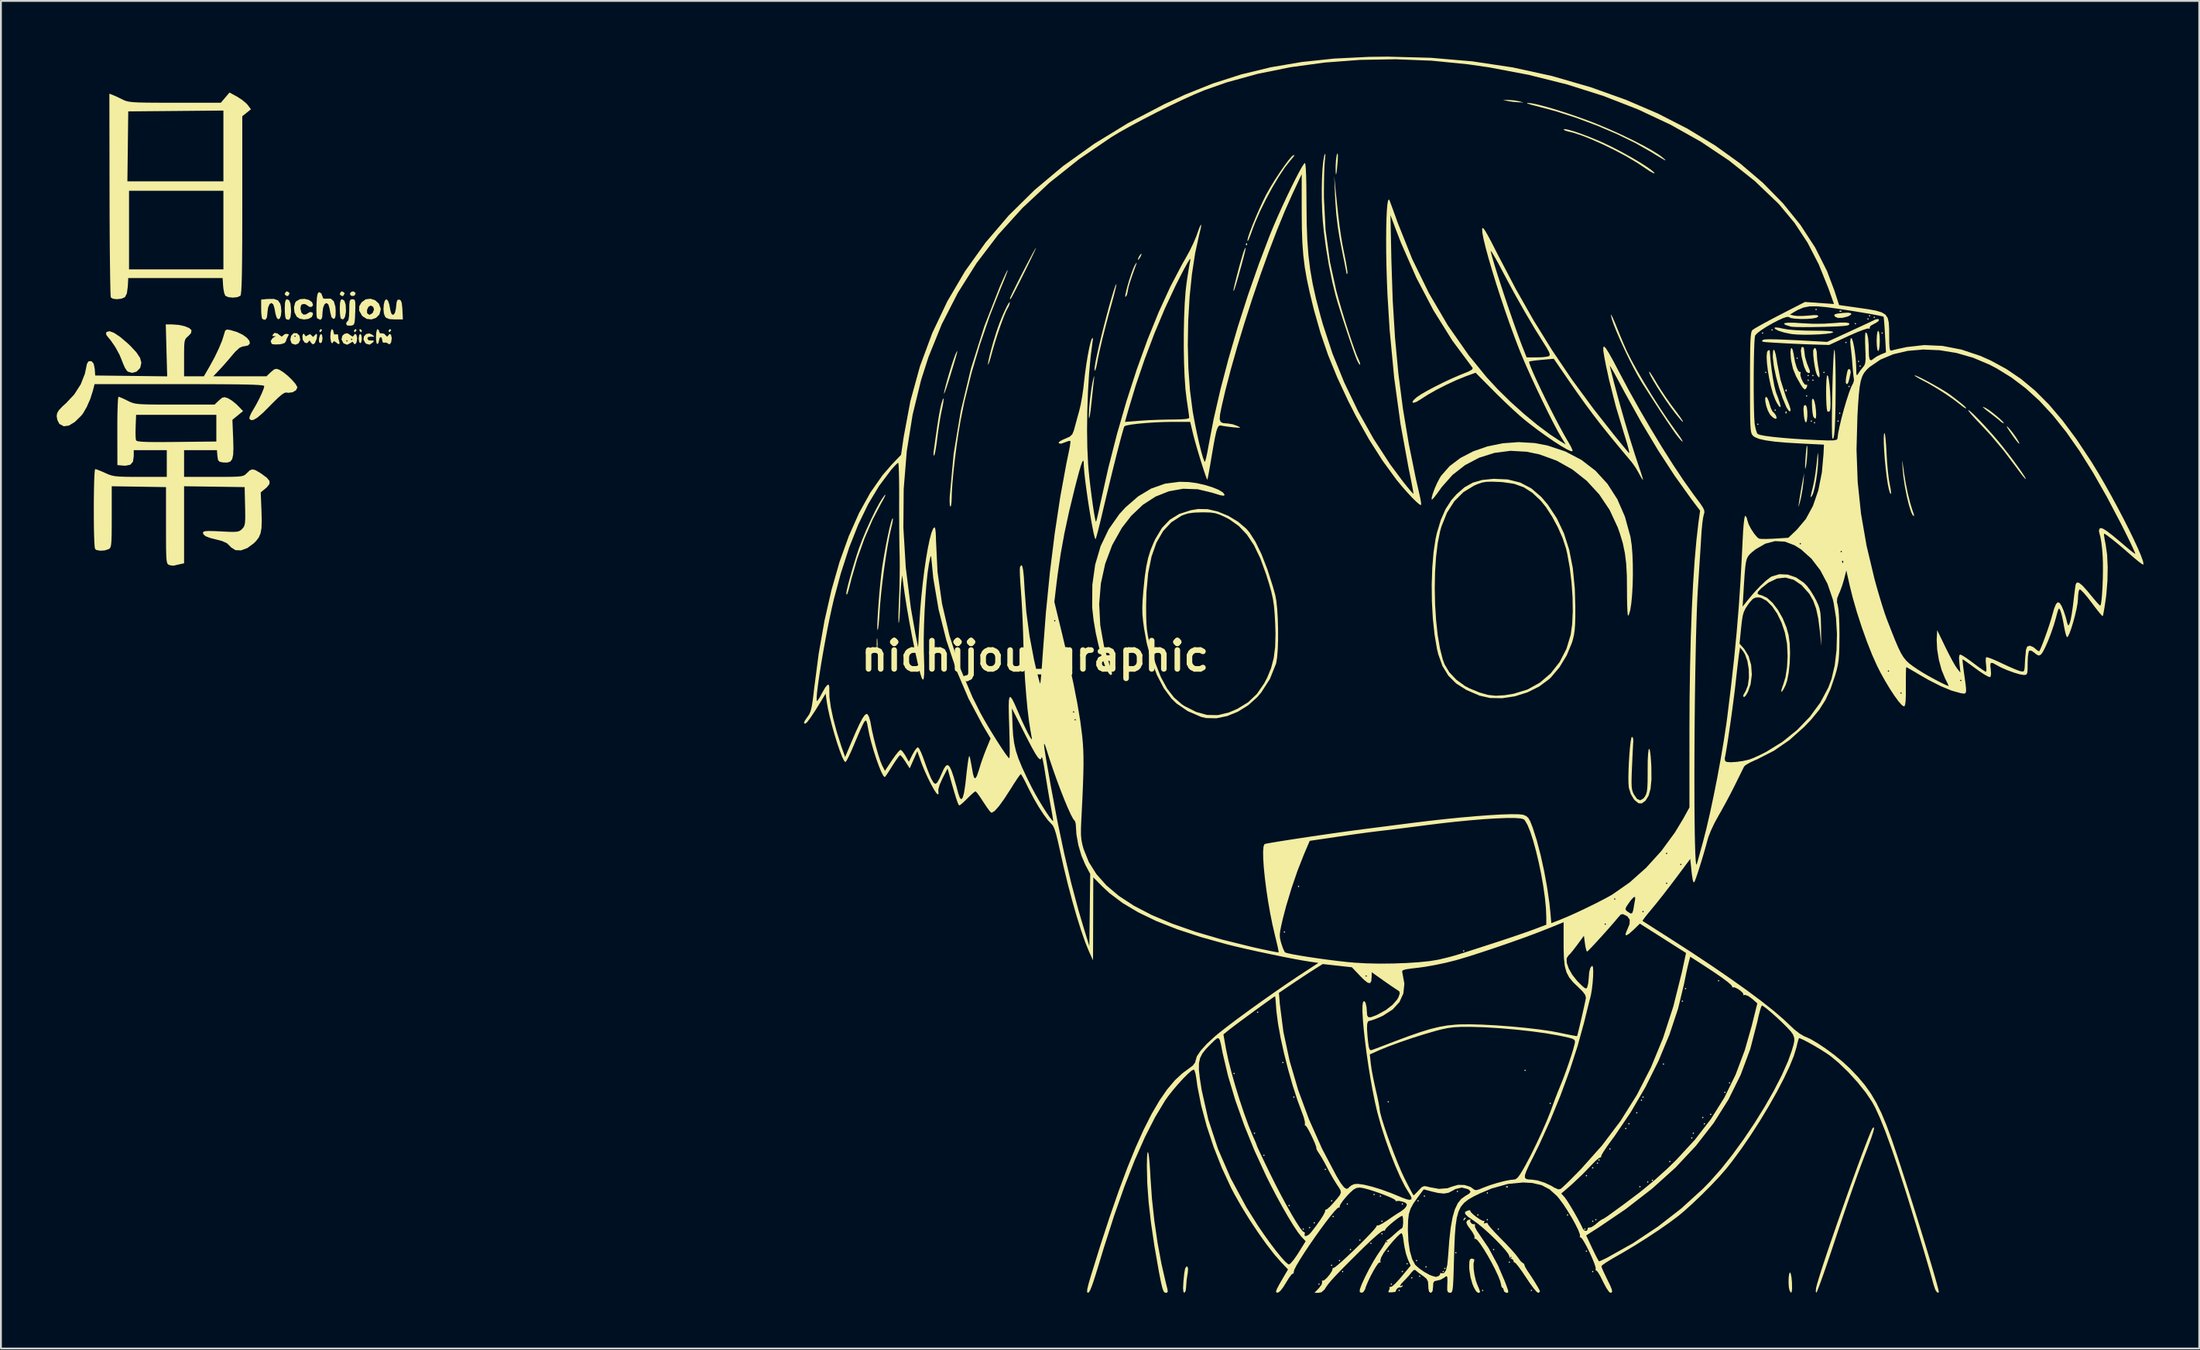
<source format=kicad_pcb>
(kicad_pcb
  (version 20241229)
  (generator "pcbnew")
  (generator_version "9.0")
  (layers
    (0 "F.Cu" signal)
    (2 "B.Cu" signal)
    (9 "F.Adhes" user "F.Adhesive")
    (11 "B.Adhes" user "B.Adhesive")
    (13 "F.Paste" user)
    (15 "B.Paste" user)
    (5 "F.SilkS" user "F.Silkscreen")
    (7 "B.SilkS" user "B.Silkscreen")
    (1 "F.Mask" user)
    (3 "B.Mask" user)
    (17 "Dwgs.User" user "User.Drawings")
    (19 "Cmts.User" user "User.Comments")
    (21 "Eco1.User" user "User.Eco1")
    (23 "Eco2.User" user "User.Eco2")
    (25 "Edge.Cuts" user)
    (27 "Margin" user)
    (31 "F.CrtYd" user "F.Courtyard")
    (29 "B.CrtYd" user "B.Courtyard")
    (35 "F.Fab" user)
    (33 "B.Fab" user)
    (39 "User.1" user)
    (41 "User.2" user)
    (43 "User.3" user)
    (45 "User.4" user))
  (footprint "nichijou_graphic"
    (layer "F.Cu")
    (at 52.663 32.286)
    (property "Reference" "nichijou_graphic" (at 0 0 0) (layer "F.SilkS") (effects (font (size 1.524 1.524) (thickness 0.3))))
    (attr board_only exclude_from_pos_files exclude_from_bom)
    (fp_poly (pts (xy 10.753 22.479) (xy 10.71 22.521) (xy 10.668 22.479) (xy 10.71 22.437)) (stroke (width 0) (type solid)) (fill yes) (layer "F.SilkS"))
    (fp_poly (pts (xy 11.853 25.696) (xy 11.811 25.739) (xy 11.769 25.696) (xy 11.811 25.654)) (stroke (width 0) (type solid)) (fill yes) (layer "F.SilkS"))
    (fp_poly (pts (xy 12.023 19.177) (xy 11.98 19.219) (xy 11.938 19.177) (xy 11.98 19.135)) (stroke (width 0) (type solid)) (fill yes) (layer "F.SilkS"))
    (fp_poly (pts (xy 12.361 26.882) (xy 12.319 26.924) (xy 12.277 26.882) (xy 12.319 26.839)) (stroke (width 0) (type solid)) (fill yes) (layer "F.SilkS"))
    (fp_poly (pts (xy 13.377 21.886) (xy 13.335 21.929) (xy 13.293 21.886) (xy 13.335 21.844)) (stroke (width 0) (type solid)) (fill yes) (layer "F.SilkS"))
    (fp_poly (pts (xy 13.462 14.859) (xy 13.42 14.901) (xy 13.377 14.859) (xy 13.42 14.817)) (stroke (width 0) (type solid)) (fill yes) (layer "F.SilkS"))
    (fp_poly (pts (xy 13.716 29.591) (xy 13.674 29.633) (xy 13.631 29.591) (xy 13.674 29.549)) (stroke (width 0) (type solid)) (fill yes) (layer "F.SilkS"))
    (fp_poly (pts (xy 13.97 23.749) (xy 13.928 23.791) (xy 13.885 23.749) (xy 13.928 23.707)) (stroke (width 0) (type solid)) (fill yes) (layer "F.SilkS"))
    (fp_poly (pts (xy 14.224 12.404) (xy 14.182 12.446) (xy 14.139 12.404) (xy 14.182 12.361)) (stroke (width 0) (type solid)) (fill yes) (layer "F.SilkS"))
    (fp_poly (pts (xy 14.478 30.861) (xy 14.436 30.903) (xy 14.393 30.861) (xy 14.436 30.819)) (stroke (width 0) (type solid)) (fill yes) (layer "F.SilkS"))
    (fp_poly (pts (xy 14.817 30.776) (xy 14.774 30.819) (xy 14.732 30.776) (xy 14.774 30.734)) (stroke (width 0) (type solid)) (fill yes) (layer "F.SilkS"))
    (fp_poly (pts (xy 15.071 30.522) (xy 15.028 30.565) (xy 14.986 30.522) (xy 15.028 30.48)) (stroke (width 0) (type solid)) (fill yes) (layer "F.SilkS"))
    (fp_poly (pts (xy 15.325 33.824) (xy 15.282 33.867) (xy 15.24 33.824) (xy 15.282 33.782)) (stroke (width 0) (type solid)) (fill yes) (layer "F.SilkS"))
    (fp_poly (pts (xy 15.663 27.644) (xy 15.621 27.686) (xy 15.579 27.644) (xy 15.621 27.601)) (stroke (width 0) (type solid)) (fill yes) (layer "F.SilkS"))
    (fp_poly (pts (xy 16.002 29.337) (xy 15.96 29.379) (xy 15.917 29.337) (xy 15.96 29.295)) (stroke (width 0) (type solid)) (fill yes) (layer "F.SilkS"))
    (fp_poly (pts (xy 16.002 32.808) (xy 15.96 32.851) (xy 15.917 32.808) (xy 15.96 32.766)) (stroke (width 0) (type solid)) (fill yes) (layer "F.SilkS"))
    (fp_poly (pts (xy 16.087 30.184) (xy 16.044 30.226) (xy 16.002 30.184) (xy 16.044 30.141)) (stroke (width 0) (type solid)) (fill yes) (layer "F.SilkS"))
    (fp_poly (pts (xy 16.425 32.554) (xy 16.383 32.597) (xy 16.341 32.554) (xy 16.383 32.512)) (stroke (width 0) (type solid)) (fill yes) (layer "F.SilkS"))
    (fp_poly (pts (xy 16.595 33.147) (xy 16.552 33.189) (xy 16.51 33.147) (xy 16.552 33.105)) (stroke (width 0) (type solid)) (fill yes) (layer "F.SilkS"))
    (fp_poly (pts (xy 16.849 29.506) (xy 16.806 29.549) (xy 16.764 29.506) (xy 16.806 29.464)) (stroke (width 0) (type solid)) (fill yes) (layer "F.SilkS"))
    (fp_poly (pts (xy 17.018 31.962) (xy 16.976 32.004) (xy 16.933 31.962) (xy 16.976 31.919)) (stroke (width 0) (type solid)) (fill yes) (layer "F.SilkS"))
    (fp_poly (pts (xy 17.526 31.454) (xy 17.484 31.496) (xy 17.441 31.454) (xy 17.484 31.411)) (stroke (width 0) (type solid)) (fill yes) (layer "F.SilkS"))
    (fp_poly (pts (xy 18.119 31.623) (xy 18.076 31.665) (xy 18.034 31.623) (xy 18.076 31.581)) (stroke (width 0) (type solid)) (fill yes) (layer "F.SilkS"))
    (fp_poly (pts (xy 18.288 28.998) (xy 18.246 29.041) (xy 18.203 28.998) (xy 18.246 28.956)) (stroke (width 0) (type solid)) (fill yes) (layer "F.SilkS"))
    (fp_poly (pts (xy 18.627 29.083) (xy 18.584 29.125) (xy 18.542 29.083) (xy 18.584 29.041)) (stroke (width 0) (type solid)) (fill yes) (layer "F.SilkS"))
    (fp_poly (pts (xy 18.711 30.438) (xy 18.669 30.48) (xy 18.627 30.438) (xy 18.669 30.395)) (stroke (width 0) (type solid)) (fill yes) (layer "F.SilkS"))
    (fp_poly (pts (xy 18.711 31.115) (xy 18.669 31.157) (xy 18.627 31.115) (xy 18.669 31.073)) (stroke (width 0) (type solid)) (fill yes) (layer "F.SilkS"))
    (fp_poly (pts (xy 19.05 24.003) (xy 19.008 24.045) (xy 18.965 24.003) (xy 19.008 23.961)) (stroke (width 0) (type solid)) (fill yes) (layer "F.SilkS"))
    (fp_poly (pts (xy 19.05 32.046) (xy 19.008 32.089) (xy 18.965 32.046) (xy 19.008 32.004)) (stroke (width 0) (type solid)) (fill yes) (layer "F.SilkS"))
    (fp_poly (pts (xy 19.219 33.824) (xy 19.177 33.867) (xy 19.135 33.824) (xy 19.177 33.782)) (stroke (width 0) (type solid)) (fill yes) (layer "F.SilkS"))
    (fp_poly (pts (xy 19.643 34.163) (xy 19.6 34.205) (xy 19.558 34.163) (xy 19.6 34.121)) (stroke (width 0) (type solid)) (fill yes) (layer "F.SilkS"))
    (fp_poly (pts (xy 19.812 29.506) (xy 19.77 29.549) (xy 19.727 29.506) (xy 19.77 29.464)) (stroke (width 0) (type solid)) (fill yes) (layer "F.SilkS"))
    (fp_poly (pts (xy 19.812 33.147) (xy 19.77 33.189) (xy 19.727 33.147) (xy 19.77 33.105)) (stroke (width 0) (type solid)) (fill yes) (layer "F.SilkS"))
    (fp_poly (pts (xy 20.066 32.724) (xy 20.024 32.766) (xy 19.981 32.724) (xy 20.024 32.681)) (stroke (width 0) (type solid)) (fill yes) (layer "F.SilkS"))
    (fp_poly (pts (xy 20.32 33.486) (xy 20.278 33.528) (xy 20.235 33.486) (xy 20.278 33.443)) (stroke (width 0) (type solid)) (fill yes) (layer "F.SilkS"))
    (fp_poly (pts (xy 20.574 32.554) (xy 20.532 32.597) (xy 20.489 32.554) (xy 20.532 32.512)) (stroke (width 0) (type solid)) (fill yes) (layer "F.SilkS"))
    (fp_poly (pts (xy 20.659 29.337) (xy 20.616 29.379) (xy 20.574 29.337) (xy 20.616 29.295)) (stroke (width 0) (type solid)) (fill yes) (layer "F.SilkS"))
    (fp_poly (pts (xy 20.743 33.401) (xy 20.701 33.443) (xy 20.659 33.401) (xy 20.701 33.359)) (stroke (width 0) (type solid)) (fill yes) (layer "F.SilkS"))
    (fp_poly (pts (xy 20.997 29.083) (xy 20.955 29.125) (xy 20.913 29.083) (xy 20.955 29.041)) (stroke (width 0) (type solid)) (fill yes) (layer "F.SilkS"))
    (fp_poly (pts (xy 21.082 32.893) (xy 21.04 32.935) (xy 20.997 32.893) (xy 21.04 32.851)) (stroke (width 0) (type solid)) (fill yes) (layer "F.SilkS"))
    (fp_poly (pts (xy 22.013 33.147) (xy 21.971 33.189) (xy 21.929 33.147) (xy 21.971 33.105)) (stroke (width 0) (type solid)) (fill yes) (layer "F.SilkS"))
    (fp_poly (pts (xy 22.098 32.978) (xy 22.056 33.02) (xy 22.013 32.978) (xy 22.056 32.935)) (stroke (width 0) (type solid)) (fill yes) (layer "F.SilkS"))
    (fp_poly (pts (xy 22.691 32.131) (xy 22.648 32.173) (xy 22.606 32.131) (xy 22.648 32.089)) (stroke (width 0) (type solid)) (fill yes) (layer "F.SilkS"))
    (fp_poly (pts (xy 22.775 28.829) (xy 22.733 28.871) (xy 22.691 28.829) (xy 22.733 28.787)) (stroke (width 0) (type solid)) (fill yes) (layer "F.SilkS"))
    (fp_poly (pts (xy 23.114 15.875) (xy 23.072 15.917) (xy 23.029 15.875) (xy 23.072 15.833)) (stroke (width 0) (type solid)) (fill yes) (layer "F.SilkS"))
    (fp_poly (pts (xy 23.876 30.099) (xy 23.834 30.141) (xy 23.791 30.099) (xy 23.834 30.057)) (stroke (width 0) (type solid)) (fill yes) (layer "F.SilkS"))
    (fp_poly (pts (xy 24.13 34.163) (xy 24.088 34.205) (xy 24.045 34.163) (xy 24.088 34.121)) (stroke (width 0) (type solid)) (fill yes) (layer "F.SilkS"))
    (fp_poly (pts (xy 24.384 28.914) (xy 24.342 28.956) (xy 24.299 28.914) (xy 24.342 28.871)) (stroke (width 0) (type solid)) (fill yes) (layer "F.SilkS"))
    (fp_poly (pts (xy 24.384 30.353) (xy 24.342 30.395) (xy 24.299 30.353) (xy 24.342 30.311)) (stroke (width 0) (type solid)) (fill yes) (layer "F.SilkS"))
    (fp_poly (pts (xy 24.723 31.962) (xy 24.68 32.004) (xy 24.638 31.962) (xy 24.68 31.919)) (stroke (width 0) (type solid)) (fill yes) (layer "F.SilkS"))
    (fp_poly (pts (xy 24.977 30.861) (xy 24.934 30.903) (xy 24.892 30.861) (xy 24.934 30.819)) (stroke (width 0) (type solid)) (fill yes) (layer "F.SilkS"))
    (fp_poly (pts (xy 25.569 32.639) (xy 25.527 32.681) (xy 25.485 32.639) (xy 25.527 32.597)) (stroke (width 0) (type solid)) (fill yes) (layer "F.SilkS"))
    (fp_poly (pts (xy 26.416 22.31) (xy 26.374 22.352) (xy 26.331 22.31) (xy 26.374 22.267)) (stroke (width 0) (type solid)) (fill yes) (layer "F.SilkS"))
    (fp_poly (pts (xy 26.755 34.163) (xy 26.712 34.205) (xy 26.67 34.163) (xy 26.712 34.121)) (stroke (width 0) (type solid)) (fill yes) (layer "F.SilkS"))
    (fp_poly (pts (xy 27.771 24.088) (xy 27.728 24.13) (xy 27.686 24.088) (xy 27.728 24.045)) (stroke (width 0) (type solid)) (fill yes) (layer "F.SilkS"))
    (fp_poly (pts (xy 28.702 30.099) (xy 28.66 30.141) (xy 28.617 30.099) (xy 28.66 30.057)) (stroke (width 0) (type solid)) (fill yes) (layer "F.SilkS"))
    (fp_poly (pts (xy 29.633 30.861) (xy 29.591 30.903) (xy 29.549 30.861) (xy 29.591 30.819)) (stroke (width 0) (type solid)) (fill yes) (layer "F.SilkS"))
    (fp_poly (pts (xy 29.718 27.982) (xy 29.676 28.025) (xy 29.633 27.982) (xy 29.676 27.94)) (stroke (width 0) (type solid)) (fill yes) (layer "F.SilkS"))
    (fp_poly (pts (xy 29.718 32.046) (xy 29.676 32.089) (xy 29.633 32.046) (xy 29.676 32.004)) (stroke (width 0) (type solid)) (fill yes) (layer "F.SilkS"))
    (fp_poly (pts (xy 30.057 27.559) (xy 30.014 27.601) (xy 29.972 27.559) (xy 30.014 27.517)) (stroke (width 0) (type solid)) (fill yes) (layer "F.SilkS"))
    (fp_poly (pts (xy 30.057 30.438) (xy 30.014 30.48) (xy 29.972 30.438) (xy 30.014 30.395)) (stroke (width 0) (type solid)) (fill yes) (layer "F.SilkS"))
    (fp_poly (pts (xy 30.057 33.147) (xy 30.014 33.189) (xy 29.972 33.147) (xy 30.014 33.105)) (stroke (width 0) (type solid)) (fill yes) (layer "F.SilkS"))
    (fp_poly (pts (xy 30.226 30.353) (xy 30.184 30.395) (xy 30.141 30.353) (xy 30.184 30.311)) (stroke (width 0) (type solid)) (fill yes) (layer "F.SilkS"))
    (fp_poly (pts (xy 30.311 27.305) (xy 30.268 27.347) (xy 30.226 27.305) (xy 30.268 27.263)) (stroke (width 0) (type solid)) (fill yes) (layer "F.SilkS"))
    (fp_poly (pts (xy 30.395 27.136) (xy 30.353 27.178) (xy 30.311 27.136) (xy 30.353 27.093)) (stroke (width 0) (type solid)) (fill yes) (layer "F.SilkS"))
    (fp_poly (pts (xy 30.988 26.543) (xy 30.946 26.585) (xy 30.903 26.543) (xy 30.946 26.501)) (stroke (width 0) (type solid)) (fill yes) (layer "F.SilkS"))
    (fp_poly (pts (xy 31.835 25.442) (xy 31.792 25.485) (xy 31.75 25.442) (xy 31.792 25.4)) (stroke (width 0) (type solid)) (fill yes) (layer "F.SilkS"))
    (fp_poly (pts (xy 32.004 25.188) (xy 31.962 25.231) (xy 31.919 25.188) (xy 31.962 25.146)) (stroke (width 0) (type solid)) (fill yes) (layer "F.SilkS"))
    (fp_poly (pts (xy 32.427 24.596) (xy 32.385 24.638) (xy 32.343 24.596) (xy 32.385 24.553)) (stroke (width 0) (type solid)) (fill yes) (layer "F.SilkS"))
    (fp_poly (pts (xy 32.597 28.575) (xy 32.554 28.617) (xy 32.512 28.575) (xy 32.554 28.533)) (stroke (width 0) (type solid)) (fill yes) (layer "F.SilkS"))
    (fp_poly (pts (xy 32.681 23.918) (xy 32.639 23.961) (xy 32.597 23.918) (xy 32.639 23.876)) (stroke (width 0) (type solid)) (fill yes) (layer "F.SilkS"))
    (fp_poly (pts (xy 32.766 23.749) (xy 32.724 23.791) (xy 32.681 23.749) (xy 32.724 23.707)) (stroke (width 0) (type solid)) (fill yes) (layer "F.SilkS"))
    (fp_poly (pts (xy 33.02 28.321) (xy 32.978 28.363) (xy 32.935 28.321) (xy 32.978 28.279)) (stroke (width 0) (type solid)) (fill yes) (layer "F.SilkS"))
    (fp_poly (pts (xy 33.274 28.236) (xy 33.232 28.279) (xy 33.189 28.236) (xy 33.232 28.194)) (stroke (width 0) (type solid)) (fill yes) (layer "F.SilkS"))
    (fp_poly (pts (xy 33.867 21.971) (xy 33.824 22.013) (xy 33.782 21.971) (xy 33.824 21.929)) (stroke (width 0) (type solid)) (fill yes) (layer "F.SilkS"))
    (fp_poly (pts (xy 34.205 27.22) (xy 34.163 27.263) (xy 34.121 27.22) (xy 34.163 27.178)) (stroke (width 0) (type solid)) (fill yes) (layer "F.SilkS"))
    (fp_poly (pts (xy 34.883 18.584) (xy 34.84 18.627) (xy 34.798 18.584) (xy 34.84 18.542)) (stroke (width 0) (type solid)) (fill yes) (layer "F.SilkS"))
    (fp_poly (pts (xy 35.052 17.907) (xy 35.01 17.949) (xy 34.967 17.907) (xy 35.01 17.865)) (stroke (width 0) (type solid)) (fill yes) (layer "F.SilkS"))
    (fp_poly (pts (xy 35.391 25.95) (xy 35.348 25.993) (xy 35.306 25.95) (xy 35.348 25.908)) (stroke (width 0) (type solid)) (fill yes) (layer "F.SilkS"))
    (fp_poly (pts (xy 35.475 25.696) (xy 35.433 25.739) (xy 35.391 25.696) (xy 35.433 25.654)) (stroke (width 0) (type solid)) (fill yes) (layer "F.SilkS"))
    (fp_poly (pts (xy 35.983 24.85) (xy 35.941 24.892) (xy 35.899 24.85) (xy 35.941 24.807)) (stroke (width 0) (type solid)) (fill yes) (layer "F.SilkS"))
    (fp_poly (pts (xy 36.068 25.188) (xy 36.026 25.231) (xy 35.983 25.188) (xy 36.026 25.146)) (stroke (width 0) (type solid)) (fill yes) (layer "F.SilkS"))
    (fp_poly (pts (xy 36.407 24.68) (xy 36.364 24.723) (xy 36.322 24.68) (xy 36.364 24.638)) (stroke (width 0) (type solid)) (fill yes) (layer "F.SilkS"))
    (fp_poly (pts (xy 36.83 17.484) (xy 36.788 17.526) (xy 36.745 17.484) (xy 36.788 17.441)) (stroke (width 0) (type solid)) (fill yes) (layer "F.SilkS"))
    (fp_poly (pts (xy 37.169 23.495) (xy 37.126 23.537) (xy 37.084 23.495) (xy 37.126 23.453)) (stroke (width 0) (type solid)) (fill yes) (layer "F.SilkS"))
    (fp_poly (pts (xy 37.423 22.987) (xy 37.38 23.029) (xy 37.338 22.987) (xy 37.38 22.945)) (stroke (width 0) (type solid)) (fill yes) (layer "F.SilkS"))
    (fp_poly (pts (xy 38.947 -12.488) (xy 38.904 -12.446) (xy 38.862 -12.488) (xy 38.904 -12.531)) (stroke (width 0) (type solid)) (fill yes) (layer "F.SilkS"))
    (fp_poly (pts (xy 39.201 -17.399) (xy 39.158 -17.357) (xy 39.116 -17.399) (xy 39.158 -17.441)) (stroke (width 0) (type solid)) (fill yes) (layer "F.SilkS"))
    (fp_poly (pts (xy 39.37 -15.282) (xy 39.328 -15.24) (xy 39.285 -15.282) (xy 39.328 -15.325)) (stroke (width 0) (type solid)) (fill yes) (layer "F.SilkS"))
    (fp_poly (pts (xy 39.709 -17.568) (xy 39.666 -17.526) (xy 39.624 -17.568) (xy 39.666 -17.611)) (stroke (width 0) (type solid)) (fill yes) (layer "F.SilkS"))
    (fp_poly (pts (xy 39.878 -13.25) (xy 39.836 -13.208) (xy 39.793 -13.25) (xy 39.836 -13.293)) (stroke (width 0) (type solid)) (fill yes) (layer "F.SilkS"))
    (fp_poly (pts (xy 41.063 -16.044) (xy 41.021 -16.002) (xy 40.979 -16.044) (xy 41.021 -16.087)) (stroke (width 0) (type solid)) (fill yes) (layer "F.SilkS"))
    (fp_poly (pts (xy 41.571 -14.012) (xy 41.529 -13.97) (xy 41.487 -14.012) (xy 41.529 -14.055)) (stroke (width 0) (type solid)) (fill yes) (layer "F.SilkS"))
    (fp_poly (pts (xy 41.656 -15.113) (xy 41.614 -15.071) (xy 41.571 -15.113) (xy 41.614 -15.155)) (stroke (width 0) (type solid)) (fill yes) (layer "F.SilkS"))
    (fp_poly (pts (xy 41.656 -14.859) (xy 41.614 -14.817) (xy 41.571 -14.859) (xy 41.614 -14.901)) (stroke (width 0) (type solid)) (fill yes) (layer "F.SilkS"))
    (fp_poly (pts (xy 41.825 -12.658) (xy 41.783 -12.615) (xy 41.741 -12.658) (xy 41.783 -12.7)) (stroke (width 0) (type solid)) (fill yes) (layer "F.SilkS"))
    (fp_poly (pts (xy 41.91 -15.113) (xy 41.868 -15.071) (xy 41.825 -15.113) (xy 41.868 -15.155)) (stroke (width 0) (type solid)) (fill yes) (layer "F.SilkS"))
    (fp_poly (pts (xy 41.91 -14.859) (xy 41.868 -14.817) (xy 41.825 -14.859) (xy 41.868 -14.901)) (stroke (width 0) (type solid)) (fill yes) (layer "F.SilkS"))
    (fp_poly (pts (xy 41.995 -12.573) (xy 41.952 -12.531) (xy 41.91 -12.573) (xy 41.952 -12.615)) (stroke (width 0) (type solid)) (fill yes) (layer "F.SilkS"))
    (fp_poly (pts (xy 42.079 -18.669) (xy 42.037 -18.627) (xy 41.995 -18.669) (xy 42.037 -18.711)) (stroke (width 0) (type solid)) (fill yes) (layer "F.SilkS"))
    (fp_poly (pts (xy 42.503 -15.282) (xy 42.46 -15.24) (xy 42.418 -15.282) (xy 42.46 -15.325)) (stroke (width 0) (type solid)) (fill yes) (layer "F.SilkS"))
    (fp_poly (pts (xy 43.265 -12.658) (xy 43.222 -12.615) (xy 43.18 -12.658) (xy 43.222 -12.7)) (stroke (width 0) (type solid)) (fill yes) (layer "F.SilkS"))
    (fp_poly (pts (xy 43.349 -13.081) (xy 43.307 -13.039) (xy 43.265 -13.081) (xy 43.307 -13.123)) (stroke (width 0) (type solid)) (fill yes) (layer "F.SilkS"))
    (fp_poly (pts (xy 43.688 -16.891) (xy 43.646 -16.849) (xy 43.603 -16.891) (xy 43.646 -16.933)) (stroke (width 0) (type solid)) (fill yes) (layer "F.SilkS"))
    (fp_poly (pts (xy 43.857 -14.52) (xy 43.815 -14.478) (xy 43.773 -14.52) (xy 43.815 -14.563)) (stroke (width 0) (type solid)) (fill yes) (layer "F.SilkS"))
    (fp_poly (pts (xy 44.196 -17.907) (xy 44.154 -17.865) (xy 44.111 -17.907) (xy 44.154 -17.949)) (stroke (width 0) (type solid)) (fill yes) (layer "F.SilkS"))
    (fp_poly (pts (xy 44.365 -15.875) (xy 44.323 -15.833) (xy 44.281 -15.875) (xy 44.323 -15.917)) (stroke (width 0) (type solid)) (fill yes) (layer "F.SilkS"))
    (fp_poly (pts (xy 44.45 -15.621) (xy 44.408 -15.579) (xy 44.365 -15.621) (xy 44.408 -15.663)) (stroke (width 0) (type solid)) (fill yes) (layer "F.SilkS"))
    (fp_poly (pts (xy 44.873 -18.161) (xy 44.831 -18.119) (xy 44.789 -18.161) (xy 44.831 -18.203)) (stroke (width 0) (type solid)) (fill yes) (layer "F.SilkS"))
    (fp_poly (pts (xy 44.958 -18.33) (xy 44.916 -18.288) (xy 44.873 -18.33) (xy 44.916 -18.373)) (stroke (width 0) (type solid)) (fill yes) (layer "F.SilkS"))
    (fp_poly (pts (xy 45.212 -18.246) (xy 45.17 -18.203) (xy 45.127 -18.246) (xy 45.17 -18.288)) (stroke (width 0) (type solid)) (fill yes) (layer "F.SilkS"))
    (fp_poly (pts (xy 45.635 -17.399) (xy 45.593 -17.357) (xy 45.551 -17.399) (xy 45.593 -17.441)) (stroke (width 0) (type solid)) (fill yes) (layer "F.SilkS"))
    (fp_poly (pts (xy 11.402 -22.239) (xy 11.412 -22.139) (xy 11.402 -22.126) (xy 11.351 -22.138) (xy 11.345 -22.183) (xy 11.376 -22.252)) (stroke (width 0) (type solid)) (fill yes) (layer "F.SilkS"))
    (fp_poly (pts (xy 25.456 28.561) (xy 25.445 28.611) (xy 25.4 28.617) (xy 25.33 28.586) (xy 25.344 28.561) (xy 25.444 28.551)) (stroke (width 0) (type solid)) (fill yes) (layer "F.SilkS"))
    (fp_poly (pts (xy 40.442 -14.365) (xy 40.453 -14.265) (xy 40.442 -14.252) (xy 40.392 -14.264) (xy 40.386 -14.309) (xy 40.417 -14.378)) (stroke (width 0) (type solid)) (fill yes) (layer "F.SilkS"))
    (fp_poly (pts (xy 40.442 -13.18) (xy 40.453 -13.079) (xy 40.442 -13.067) (xy 40.392 -13.079) (xy 40.386 -13.123) (xy 40.417 -13.193)) (stroke (width 0) (type solid)) (fill yes) (layer "F.SilkS"))
    (fp_poly (pts (xy 43.406 -18.598) (xy 43.394 -18.548) (xy 43.349 -18.542) (xy 43.28 -18.573) (xy 43.293 -18.598) (xy 43.393 -18.609)) (stroke (width 0) (type solid)) (fill yes) (layer "F.SilkS"))
    (fp_poly (pts (xy -40.147 -19.575) (xy -40.132 -19.516) (xy -40.2 -19.403) (xy -40.259 -19.389) (xy -40.371 -19.456) (xy -40.386 -19.516) (xy -40.318 -19.628) (xy -40.259 -19.643)) (stroke (width 0) (type solid)) (fill yes) (layer "F.SilkS"))
    (fp_poly (pts (xy -38.383 -17.559) (xy -38.396 -17.526) (xy -38.472 -17.445) (xy -38.486 -17.441) (xy -38.522 -17.507) (xy -38.523 -17.526) (xy -38.458 -17.607) (xy -38.434 -17.611)) (stroke (width 0) (type solid)) (fill yes) (layer "F.SilkS"))
    (fp_poly (pts (xy -37.183 -19.575) (xy -37.169 -19.516) (xy -37.236 -19.403) (xy -37.296 -19.389) (xy -37.408 -19.456) (xy -37.423 -19.516) (xy -37.355 -19.628) (xy -37.296 -19.643)) (stroke (width 0) (type solid)) (fill yes) (layer "F.SilkS"))
    (fp_poly (pts (xy -36.59 -19.575) (xy -36.576 -19.516) (xy -36.639 -19.409) (xy -36.773 -19.394) (xy -36.856 -19.443) (xy -36.876 -19.546) (xy -36.779 -19.629) (xy -36.698 -19.643)) (stroke (width 0) (type solid)) (fill yes) (layer "F.SilkS"))
    (fp_poly (pts (xy -36.52 -17.559) (xy -36.534 -17.526) (xy -36.61 -17.445) (xy -36.623 -17.441) (xy -36.66 -17.507) (xy -36.661 -17.526) (xy -36.596 -17.607) (xy -36.571 -17.611)) (stroke (width 0) (type solid)) (fill yes) (layer "F.SilkS"))
    (fp_poly (pts (xy -36.241 -17.549) (xy -36.237 -17.526) (xy -36.266 -17.444) (xy -36.275 -17.441) (xy -36.347 -17.501) (xy -36.364 -17.526) (xy -36.358 -17.604) (xy -36.327 -17.611)) (stroke (width 0) (type solid)) (fill yes) (layer "F.SilkS"))
    (fp_poly (pts (xy -34.658 -17.559) (xy -34.671 -17.526) (xy -34.747 -17.445) (xy -34.761 -17.441) (xy -34.797 -17.507) (xy -34.798 -17.526) (xy -34.733 -17.607) (xy -34.708 -17.611)) (stroke (width 0) (type solid)) (fill yes) (layer "F.SilkS"))
    (fp_poly (pts (xy -8.491 -0.91) (xy -8.477 -0.637) (xy -8.491 -0.445) (xy -8.509 -0.392) (xy -8.522 -0.488) (xy -8.526 -0.677) (xy -8.521 -0.886) (xy -8.507 -0.965)) (stroke (width 0) (type solid)) (fill yes) (layer "F.SilkS"))
    (fp_poly (pts (xy 5.72 -21.612) (xy 5.673 -21.505) (xy 5.585 -21.372) (xy 5.54 -21.336) (xy 5.54 -21.398) (xy 5.588 -21.505) (xy 5.675 -21.638) (xy 5.721 -21.675)) (stroke (width 0) (type solid)) (fill yes) (layer "F.SilkS"))
    (fp_poly (pts (xy 23.172 30.281) (xy 23.156 30.311) (xy 23.077 30.392) (xy 23.062 30.395) (xy 23.056 30.341) (xy 23.072 30.311) (xy 23.151 30.23) (xy 23.166 30.226)) (stroke (width 0) (type solid)) (fill yes) (layer "F.SilkS"))
    (fp_poly (pts (xy 25.775 -29.932) (xy 26.035 -29.885) (xy 26.289 -29.819) (xy 25.993 -29.829) (xy 25.702 -29.853) (xy 25.442 -29.895) (xy 25.188 -29.952) (xy 25.485 -29.952)) (stroke (width 0) (type solid)) (fill yes) (layer "F.SilkS"))
    (fp_poly (pts (xy -38.376 -17.283) (xy -38.354 -17.106) (xy -38.354 -17.103) (xy -38.388 -16.911) (xy -38.466 -16.849) (xy -38.543 -16.915) (xy -38.541 -17.103) (xy -38.493 -17.281) (xy -38.43 -17.357) (xy -38.429 -17.357)) (stroke (width 0) (type solid)) (fill yes) (layer "F.SilkS"))
    (fp_poly (pts (xy -36.263 -17.283) (xy -36.237 -17.106) (xy -36.237 -17.103) (xy -36.262 -16.924) (xy -36.321 -16.849) (xy -36.322 -16.849) (xy -36.381 -16.922) (xy -36.407 -17.1) (xy -36.407 -17.103) (xy -36.382 -17.281) (xy -36.323 -17.357) (xy -36.322 -17.357)) (stroke (width 0) (type solid)) (fill yes) (layer "F.SilkS"))
    (fp_poly (pts (xy 41.354 -9.356) (xy 41.306 -8.973) (xy 41.233 -8.567) (xy 41.19 -8.382) (xy 41.123 -8.133) (xy 41.093 -8.041) (xy 41.094 -8.1) (xy 41.12 -8.297) (xy 41.164 -8.585) (xy 41.226 -8.952) (xy 41.284 -9.271) (xy 41.397 -9.864)) (stroke (width 0) (type solid)) (fill yes) (layer "F.SilkS"))
    (fp_poly (pts (xy 45.426 -17.448) (xy 45.456 -17.242) (xy 45.466 -16.976) (xy 45.454 -16.688) (xy 45.422 -16.491) (xy 45.381 -16.425) (xy 45.337 -16.503) (xy 45.307 -16.709) (xy 45.297 -16.976) (xy 45.309 -17.263) (xy 45.34 -17.46) (xy 45.381 -17.526)) (stroke (width 0) (type solid)) (fill yes) (layer "F.SilkS"))
    (fp_poly (pts (xy 16.3 -26.93) (xy 16.287 -26.649) (xy 16.282 -26.585) (xy 16.249 -26.215) (xy 16.219 -25.996) (xy 16.196 -25.933) (xy 16.181 -26.028) (xy 16.177 -26.288) (xy 16.177 -26.381) (xy 16.193 -26.684) (xy 16.227 -26.938) (xy 16.257 -27.051) (xy 16.29 -27.068)) (stroke (width 0) (type solid)) (fill yes) (layer "F.SilkS"))
    (fp_poly (pts (xy 40.676 33.267) (xy 40.715 33.469) (xy 40.739 33.74) (xy 40.745 34.069) (xy 40.723 34.253) (xy 40.676 34.283) (xy 40.607 34.156) (xy 40.571 33.983) (xy 40.557 33.744) (xy 40.561 33.495) (xy 40.584 33.293) (xy 40.624 33.192) (xy 40.633 33.189)) (stroke (width 0) (type solid)) (fill yes) (layer "F.SilkS"))
    (fp_poly (pts (xy 41.493 -13.501) (xy 41.54 -13.392) (xy 41.565 -13.18) (xy 41.568 -12.932) (xy 41.548 -12.712) (xy 41.505 -12.586) (xy 41.497 -12.58) (xy 41.449 -12.629) (xy 41.403 -12.804) (xy 41.38 -12.977) (xy 41.359 -13.301) (xy 41.38 -13.477) (xy 41.445 -13.521)) (stroke (width 0) (type solid)) (fill yes) (layer "F.SilkS"))
    (fp_poly (pts (xy 52.366 -12.328) (xy 52.466 -12.22) (xy 52.627 -12.022) (xy 52.783 -11.803) (xy 52.908 -11.605) (xy 52.976 -11.468) (xy 52.972 -11.43) (xy 52.906 -11.493) (xy 52.774 -11.657) (xy 52.645 -11.832) (xy 52.437 -12.131) (xy 52.32 -12.317) (xy 52.295 -12.385)) (stroke (width 0) (type solid)) (fill yes) (layer "F.SilkS"))
    (fp_poly (pts (xy -40.15 -19.165) (xy -40.079 -18.989) (xy -40.049 -18.673) (xy -40.047 -18.535) (xy -40.075 -18.253) (xy -40.154 -18.114) (xy -40.276 -18.13) (xy -40.33 -18.175) (xy -40.36 -18.284) (xy -40.381 -18.508) (xy -40.386 -18.725) (xy -40.374 -19.023) (xy -40.334 -19.178) (xy -40.268 -19.219)) (stroke (width 0) (type solid)) (fill yes) (layer "F.SilkS"))
    (fp_poly (pts (xy 41.377 -16.613) (xy 41.406 -16.411) (xy 41.441 -16.125) (xy 41.546 -15.768) (xy 41.696 -15.388) (xy 41.708 -15.267) (xy 41.625 -15.24) (xy 41.51 -15.325) (xy 41.399 -15.578) (xy 41.367 -15.684) (xy 41.254 -16.144) (xy 41.217 -16.456) (xy 41.253 -16.626) (xy 41.296 -16.658)) (stroke (width 0) (type solid)) (fill yes) (layer "F.SilkS"))
    (fp_poly (pts (xy 41.563 -11.297) (xy 41.57 -11.133) (xy 41.563 -10.892) (xy 41.544 -10.62) (xy 41.516 -10.363) (xy 41.49 -10.202) (xy 41.458 -10.089) (xy 41.445 -10.132) (xy 41.45 -10.336) (xy 41.464 -10.583) (xy 41.488 -10.914) (xy 41.513 -11.173) (xy 41.534 -11.321) (xy 41.541 -11.338)) (stroke (width 0) (type solid)) (fill yes) (layer "F.SilkS"))
    (fp_poly (pts (xy 41.899 -13.839) (xy 41.952 -13.715) (xy 41.997 -13.499) (xy 42.029 -13.245) (xy 42.042 -13.006) (xy 42.031 -12.835) (xy 42.001 -12.785) (xy 41.913 -12.854) (xy 41.878 -12.933) (xy 41.844 -13.132) (xy 41.82 -13.414) (xy 41.813 -13.694) (xy 41.817 -13.796) (xy 41.857 -13.867)) (stroke (width 0) (type solid)) (fill yes) (layer "F.SilkS"))
    (fp_poly (pts (xy 43.873 -15.425) (xy 43.902 -15.298) (xy 43.897 -15.261) (xy 43.829 -14.939) (xy 43.777 -14.752) (xy 43.729 -14.666) (xy 43.683 -14.647) (xy 43.635 -14.723) (xy 43.643 -14.928) (xy 43.648 -14.965) (xy 43.692 -15.203) (xy 43.731 -15.376) (xy 43.736 -15.394) (xy 43.802 -15.47)) (stroke (width 0) (type solid)) (fill yes) (layer "F.SilkS"))
    (fp_poly (pts (xy 43.922 -18.464) (xy 43.927 -18.397) (xy 43.778 -18.307) (xy 43.725 -18.286) (xy 43.448 -18.216) (xy 43.207 -18.215) (xy 43.058 -18.282) (xy 43.05 -18.294) (xy 43.016 -18.366) (xy 43.05 -18.411) (xy 43.182 -18.444) (xy 43.445 -18.478) (xy 43.498 -18.484) (xy 43.775 -18.496)) (stroke (width 0) (type solid)) (fill yes) (layer "F.SilkS"))
    (fp_poly (pts (xy -37.178 -19.142) (xy -37.107 -18.926) (xy -37.093 -18.599) (xy -37.099 -18.498) (xy -37.15 -18.253) (xy -37.241 -18.135) (xy -37.356 -18.166) (xy -37.364 -18.173) (xy -37.396 -18.284) (xy -37.417 -18.508) (xy -37.423 -18.725) (xy -37.412 -19.017) (xy -37.375 -19.171) (xy -37.304 -19.219) (xy -37.297 -19.219)) (stroke (width 0) (type solid)) (fill yes) (layer "F.SilkS"))
    (fp_poly (pts (xy 42.025 -16.56) (xy 42.07 -16.402) (xy 42.079 -16.26) (xy 42.098 -15.97) (xy 42.146 -15.628) (xy 42.172 -15.492) (xy 42.222 -15.2) (xy 42.222 -15.038) (xy 42.174 -15.018) (xy 42.083 -15.149) (xy 42.024 -15.323) (xy 41.967 -15.597) (xy 41.918 -15.912) (xy 41.887 -16.209) (xy 41.881 -16.431) (xy 41.891 -16.497) (xy 41.959 -16.6)) (stroke (width 0) (type solid)) (fill yes) (layer "F.SilkS"))
    (fp_poly (pts (xy 51.095 -13.395) (xy 51.182 -13.353) (xy 51.342 -13.253) (xy 51.548 -13.1) (xy 51.766 -12.923) (xy 51.961 -12.751) (xy 52.1 -12.614) (xy 52.148 -12.54) (xy 52.14 -12.534) (xy 52.037 -12.583) (xy 51.97 -12.638) (xy 51.842 -12.747) (xy 51.633 -12.914) (xy 51.477 -13.034) (xy 51.193 -13.253) (xy 51.04 -13.38) (xy 51.01 -13.425)) (stroke (width 0) (type solid)) (fill yes) (layer "F.SilkS"))
    (fp_poly (pts (xy -35.678 -17.308) (xy -35.574 -17.217) (xy -35.614 -17.195) (xy -35.729 -17.206) (xy -35.901 -17.185) (xy -35.941 -17.103) (xy -35.872 -17.006) (xy -35.739 -16.998) (xy -35.603 -16.999) (xy -35.609 -16.938) (xy -35.644 -16.892) (xy -35.819 -16.773) (xy -36.001 -16.822) (xy -36.051 -16.866) (xy -36.149 -17.048) (xy -36.121 -17.223) (xy -36.003 -17.347) (xy -35.831 -17.379)) (stroke (width 0) (type solid)) (fill yes) (layer "F.SilkS"))
    (fp_poly (pts (xy 5.463 -21.154) (xy 5.453 -21.124) (xy 5.254 -20.571) (xy 5.115 -20.16) (xy 5.031 -19.877) (xy 4.997 -19.705) (xy 4.996 -19.685) (xy 4.951 -19.476) (xy 4.907 -19.389) (xy 4.855 -19.34) (xy 4.857 -19.436) (xy 4.872 -19.516) (xy 4.954 -19.86) (xy 5.064 -20.242) (xy 5.186 -20.611) (xy 5.301 -20.914) (xy 5.383 -21.082) (xy 5.461 -21.192)) (stroke (width 0) (type solid)) (fill yes) (layer "F.SilkS"))
    (fp_poly (pts (xy 8.207 32.89) (xy 8.234 32.991) (xy 8.222 33.195) (xy 8.205 33.293) (xy 8.158 33.611) (xy 8.133 33.926) (xy 8.132 33.972) (xy 8.106 34.182) (xy 8.046 34.286) (xy 8.031 34.29) (xy 7.982 34.231) (xy 7.966 34.043) (xy 7.983 33.708) (xy 7.988 33.648) (xy 8.028 33.255) (xy 8.07 33.011) (xy 8.123 32.893) (xy 8.19 32.881)) (stroke (width 0) (type solid)) (fill yes) (layer "F.SilkS"))
    (fp_poly (pts (xy -39.724 -17.389) (xy -39.595 -17.258) (xy -39.554 -17.045) (xy -39.556 -17.025) (xy -39.642 -16.846) (xy -39.805 -16.772) (xy -39.981 -16.823) (xy -40.03 -16.87) (xy -40.088 -17.051) (xy -40.047 -17.23) (xy -39.878 -17.23) (xy -39.836 -17.187) (xy -39.793 -17.23) (xy -39.836 -17.272) (xy -39.878 -17.23) (xy -40.047 -17.23) (xy -40.042 -17.253) (xy -39.913 -17.39) (xy -39.901 -17.395)) (stroke (width 0) (type solid)) (fill yes) (layer "F.SilkS"))
    (fp_poly (pts (xy 3.181 -14.998) (xy 3.173 -14.924) (xy 3.146 -14.683) (xy 3.108 -14.331) (xy 3.066 -13.925) (xy 3.042 -13.698) (xy 2.993 -13.265) (xy 2.951 -12.972) (xy 2.918 -12.824) (xy 2.899 -12.826) (xy 2.895 -12.983) (xy 2.91 -13.301) (xy 2.925 -13.505) (xy 2.967 -13.927) (xy 3.024 -14.356) (xy 3.086 -14.714) (xy 3.099 -14.774) (xy 3.156 -15.011) (xy 3.183 -15.085)) (stroke (width 0) (type solid)) (fill yes) (layer "F.SilkS"))
    (fp_poly (pts (xy 39.419 -13.896) (xy 39.497 -13.708) (xy 39.529 -13.594) (xy 39.603 -13.357) (xy 39.68 -13.196) (xy 39.708 -13.166) (xy 39.814 -13.054) (xy 39.881 -12.949) (xy 39.919 -12.815) (xy 39.861 -12.778) (xy 39.743 -12.83) (xy 39.599 -12.962) (xy 39.548 -13.026) (xy 39.442 -13.225) (xy 39.358 -13.468) (xy 39.306 -13.706) (xy 39.298 -13.89) (xy 39.343 -13.97) (xy 39.349 -13.97)) (stroke (width 0) (type solid)) (fill yes) (layer "F.SilkS"))
    (fp_poly (pts (xy 42.686 -15.068) (xy 42.726 -14.874) (xy 42.762 -14.59) (xy 42.791 -14.256) (xy 42.809 -13.91) (xy 42.815 -13.593) (xy 42.807 -13.344) (xy 42.78 -13.202) (xy 42.772 -13.189) (xy 42.673 -13.158) (xy 42.646 -13.181) (xy 42.616 -13.309) (xy 42.595 -13.552) (xy 42.582 -13.871) (xy 42.578 -14.223) (xy 42.582 -14.566) (xy 42.595 -14.86) (xy 42.617 -15.062) (xy 42.644 -15.132)) (stroke (width 0) (type solid)) (fill yes) (layer "F.SilkS"))
    (fp_poly (pts (xy -4.196 -16.352) (xy -4.25 -16.149) (xy -4.348 -15.812) (xy -4.494 -15.329) (xy -4.561 -15.113) (xy -4.683 -14.724) (xy -4.786 -14.412) (xy -4.862 -14.204) (xy -4.901 -14.124) (xy -4.905 -14.13) (xy -4.883 -14.271) (xy -4.821 -14.531) (xy -4.729 -14.871) (xy -4.619 -15.249) (xy -4.504 -15.624) (xy -4.396 -15.956) (xy -4.306 -16.204) (xy -4.276 -16.275) (xy -4.212 -16.404) (xy -4.185 -16.433)) (stroke (width 0) (type solid)) (fill yes) (layer "F.SilkS"))
    (fp_poly (pts (xy 11.336 -21.981) (xy 11.307 -21.818) (xy 11.231 -21.507) (xy 11.109 -21.051) (xy 11.084 -20.963) (xy 10.936 -20.432) (xy 10.825 -20.051) (xy 10.748 -19.806) (xy 10.701 -19.683) (xy 10.678 -19.667) (xy 10.675 -19.685) (xy 10.694 -19.803) (xy 10.749 -20.044) (xy 10.83 -20.369) (xy 10.926 -20.737) (xy 11.027 -21.11) (xy 11.123 -21.448) (xy 11.202 -21.711) (xy 11.248 -21.844) (xy 11.316 -21.991)) (stroke (width 0) (type solid)) (fill yes) (layer "F.SilkS"))
    (fp_poly (pts (xy 39.804 -16.45) (xy 39.861 -16.258) (xy 39.921 -15.942) (xy 39.947 -15.765) (xy 40.124 -14.877) (xy 40.42 -13.949) (xy 40.588 -13.53) (xy 40.663 -13.295) (xy 40.65 -13.181) (xy 40.574 -13.203) (xy 40.456 -13.376) (xy 40.432 -13.425) (xy 40.226 -13.918) (xy 40.038 -14.479) (xy 39.881 -15.057) (xy 39.768 -15.602) (xy 39.712 -16.062) (xy 39.709 -16.177) (xy 39.721 -16.42) (xy 39.755 -16.508)) (stroke (width 0) (type solid)) (fill yes) (layer "F.SilkS"))
    (fp_poly (pts (xy 42.145 -10.82) (xy 42.15 -10.626) (xy 42.138 -10.28) (xy 42.098 -9.876) (xy 42.038 -9.46) (xy 41.966 -9.082) (xy 41.889 -8.791) (xy 41.836 -8.665) (xy 41.765 -8.564) (xy 41.743 -8.566) (xy 41.761 -8.672) (xy 41.811 -8.891) (xy 41.868 -9.119) (xy 41.937 -9.446) (xy 42.005 -9.862) (xy 42.059 -10.288) (xy 42.068 -10.375) (xy 42.102 -10.716) (xy 42.124 -10.898) (xy 42.138 -10.929)) (stroke (width 0) (type solid)) (fill yes) (layer "F.SilkS"))
    (fp_poly (pts (xy 46.703 -10.362) (xy 46.745 -10.064) (xy 46.774 -9.848) (xy 46.865 -9.296) (xy 46.982 -8.732) (xy 47.113 -8.211) (xy 47.246 -7.787) (xy 47.286 -7.684) (xy 47.313 -7.562) (xy 47.293 -7.535) (xy 47.229 -7.605) (xy 47.151 -7.768) (xy 47.032 -8.145) (xy 46.915 -8.63) (xy 46.812 -9.161) (xy 46.735 -9.677) (xy 46.7 -10.033) (xy 46.682 -10.33) (xy 46.674 -10.488) (xy 46.681 -10.501)) (stroke (width 0) (type solid)) (fill yes) (layer "F.SilkS"))
    (fp_poly (pts (xy -37.777 -17.54) (xy -37.761 -17.444) (xy -37.722 -17.323) (xy -37.628 -17.328) (xy -37.523 -17.326) (xy -37.514 -17.262) (xy -37.499 -17.088) (xy -37.468 -16.993) (xy -37.432 -16.833) (xy -37.498 -16.801) (xy -37.624 -16.893) (xy -37.728 -16.965) (xy -37.761 -16.939) (xy -37.822 -16.852) (xy -37.846 -16.849) (xy -37.896 -16.924) (xy -37.927 -17.116) (xy -37.931 -17.23) (xy -37.914 -17.457) (xy -37.871 -17.593) (xy -37.846 -17.611)) (stroke (width 0) (type solid)) (fill yes) (layer "F.SilkS"))
    (fp_poly (pts (xy 23.641 32.496) (xy 23.638 32.551) (xy 23.599 32.722) (xy 23.606 32.999) (xy 23.652 33.327) (xy 23.73 33.651) (xy 23.798 33.84) (xy 23.904 34.093) (xy 23.948 34.227) (xy 23.932 34.28) (xy 23.86 34.29) (xy 23.84 34.29) (xy 23.744 34.215) (xy 23.627 34.018) (xy 23.543 33.821) (xy 23.438 33.451) (xy 23.376 33.056) (xy 23.368 32.895) (xy 23.375 32.63) (xy 23.407 32.495) (xy 23.478 32.45) (xy 23.531 32.45)) (stroke (width 0) (type solid)) (fill yes) (layer "F.SilkS"))
    (fp_poly (pts (xy -36.658 -19.208) (xy -36.608 -19.15) (xy -36.587 -19.013) (xy -36.586 -18.763) (xy -36.594 -18.521) (xy -36.608 -18.178) (xy -36.629 -17.97) (xy -36.67 -17.86) (xy -36.743 -17.813) (xy -36.851 -17.796) (xy -37.031 -17.806) (xy -37.084 -17.901) (xy -37.04 -18.018) (xy -36.999 -18.034) (xy -36.956 -18.112) (xy -36.926 -18.322) (xy -36.915 -18.626) (xy -36.915 -18.627) (xy -36.91 -18.938) (xy -36.89 -19.116) (xy -36.843 -19.198) (xy -36.759 -19.219) (xy -36.742 -19.219)) (stroke (width 0) (type solid)) (fill yes) (layer "F.SilkS"))
    (fp_poly (pts (xy -4.922 -13.831) (xy -4.941 -13.656) (xy -4.992 -13.38) (xy -5.033 -13.192) (xy -5.097 -12.868) (xy -5.166 -12.445) (xy -5.231 -11.991) (xy -5.259 -11.769) (xy -5.308 -11.394) (xy -5.358 -11.082) (xy -5.404 -10.871) (xy -5.43 -10.802) (xy -5.464 -10.822) (xy -5.464 -10.967) (xy -5.458 -11.014) (xy -5.356 -11.76) (xy -5.27 -12.357) (xy -5.197 -12.825) (xy -5.133 -13.184) (xy -5.077 -13.454) (xy -5.043 -13.589) (xy -4.973 -13.814) (xy -4.932 -13.889)) (stroke (width 0) (type solid)) (fill yes) (layer "F.SilkS"))
    (fp_poly (pts (xy -49.573 -17.408) (xy -49.253 -17.196) (xy -48.869 -16.871) (xy -48.71 -16.722) (xy -48.373 -16.361) (xy -48.174 -16.061) (xy -48.105 -15.8) (xy -48.157 -15.557) (xy -48.186 -15.5) (xy -48.364 -15.32) (xy -48.595 -15.254) (xy -48.819 -15.314) (xy -48.878 -15.362) (xy -48.989 -15.528) (xy -49.095 -15.767) (xy -49.109 -15.811) (xy -49.275 -16.22) (xy -49.508 -16.648) (xy -49.762 -17.017) (xy -49.854 -17.124) (xy -49.99 -17.296) (xy -50.005 -17.409) (xy -49.968 -17.46) (xy -49.815 -17.498)) (stroke (width 0) (type solid)) (fill yes) (layer "F.SilkS"))
    (fp_poly (pts (xy 0.022 -21.913) (xy -0.069 -21.713) (xy -0.208 -21.421) (xy -0.38 -21.065) (xy -0.572 -20.675) (xy -0.769 -20.28) (xy -0.955 -19.91) (xy -1.118 -19.593) (xy -1.241 -19.359) (xy -1.312 -19.236) (xy -1.319 -19.226) (xy -1.354 -19.248) (xy -1.355 -19.256) (xy -1.319 -19.352) (xy -1.22 -19.563) (xy -1.074 -19.861) (xy -0.896 -20.219) (xy -0.699 -20.606) (xy -0.498 -20.994) (xy -0.309 -21.354) (xy -0.146 -21.659) (xy -0.024 -21.879) (xy 0.043 -21.986) (xy 0.05 -21.991)) (stroke (width 0) (type solid)) (fill yes) (layer "F.SilkS"))
    (fp_poly (pts (xy 40.056 -17.681) (xy 40.235 -17.641) (xy 40.538 -17.589) (xy 40.973 -17.551) (xy 41.506 -17.53) (xy 41.861 -17.526) (xy 42.369 -17.521) (xy 42.717 -17.507) (xy 42.912 -17.482) (xy 42.962 -17.445) (xy 42.956 -17.437) (xy 42.83 -17.393) (xy 42.575 -17.357) (xy 42.231 -17.329) (xy 41.836 -17.313) (xy 41.431 -17.308) (xy 41.057 -17.318) (xy 40.752 -17.342) (xy 40.682 -17.352) (xy 40.303 -17.432) (xy 40.01 -17.525) (xy 39.832 -17.62) (xy 39.793 -17.681) (xy 39.867 -17.703)) (stroke (width 0) (type solid)) (fill yes) (layer "F.SilkS"))
    (fp_poly (pts (xy 43.678 -17.962) (xy 43.826 -17.926) (xy 43.817 -17.856) (xy 43.762 -17.816) (xy 43.644 -17.793) (xy 43.392 -17.771) (xy 43.039 -17.752) (xy 42.621 -17.737) (xy 42.171 -17.726) (xy 41.725 -17.719) (xy 41.316 -17.718) (xy 40.98 -17.724) (xy 40.75 -17.737) (xy 40.682 -17.747) (xy 40.415 -17.828) (xy 40.308 -17.891) (xy 40.353 -17.935) (xy 40.541 -17.957) (xy 40.864 -17.955) (xy 41.309 -17.926) (xy 41.864 -17.899) (xy 42.456 -17.903) (xy 42.942 -17.933) (xy 43.381 -17.965)) (stroke (width 0) (type solid)) (fill yes) (layer "F.SilkS"))
    (fp_poly (pts (xy 45.746 -11.943) (xy 45.775 -11.726) (xy 45.803 -11.401) (xy 45.827 -11.001) (xy 45.832 -10.901) (xy 45.861 -10.424) (xy 45.903 -9.954) (xy 45.952 -9.544) (xy 46.003 -9.25) (xy 46.003 -9.25) (xy 46.055 -8.979) (xy 46.074 -8.789) (xy 46.057 -8.721) (xy 46.01 -8.797) (xy 45.952 -8.996) (xy 45.9 -9.25) (xy 45.838 -9.66) (xy 45.784 -10.112) (xy 45.738 -10.577) (xy 45.705 -11.023) (xy 45.684 -11.421) (xy 45.679 -11.741) (xy 45.691 -11.951) (xy 45.721 -12.023)) (stroke (width 0) (type solid)) (fill yes) (layer "F.SilkS"))
    (fp_poly (pts (xy 47.396 -15.11) (xy 47.577 -15.032) (xy 47.84 -14.901) (xy 48.153 -14.735) (xy 48.484 -14.551) (xy 48.802 -14.366) (xy 49.076 -14.197) (xy 49.271 -14.062) (xy 49.647 -13.774) (xy 49.902 -13.571) (xy 50.052 -13.439) (xy 50.114 -13.365) (xy 50.114 -13.34) (xy 50.035 -13.369) (xy 49.876 -13.481) (xy 49.783 -13.556) (xy 49.434 -13.825) (xy 48.989 -14.132) (xy 48.505 -14.439) (xy 48.041 -14.709) (xy 47.833 -14.818) (xy 47.578 -14.953) (xy 47.397 -15.061) (xy 47.329 -15.118)) (stroke (width 0) (type solid)) (fill yes) (layer "F.SilkS"))
    (fp_poly (pts (xy -40.784 -17.381) (xy -40.678 -17.298) (xy -40.552 -17.206) (xy -40.492 -17.252) (xy -40.389 -17.338) (xy -40.284 -17.357) (xy -40.168 -17.332) (xy -40.197 -17.251) (xy -40.287 -17.077) (xy -40.313 -16.984) (xy -40.386 -16.867) (xy -40.572 -16.805) (xy -40.687 -16.79) (xy -40.916 -16.784) (xy -41.069 -16.806) (xy -41.089 -16.818) (xy -41.145 -16.967) (xy -41.048 -17.117) (xy -40.958 -17.177) (xy -40.862 -17.237) (xy -40.916 -17.234) (xy -40.922 -17.232) (xy -41.038 -17.233) (xy -41.044 -17.288) (xy -40.942 -17.408)) (stroke (width 0) (type solid)) (fill yes) (layer "F.SilkS"))
    (fp_poly (pts (xy -39.308 -17.29) (xy -39.249 -17.223) (xy -39.144 -17.284) (xy -39.024 -17.343) (xy -38.94 -17.267) (xy -38.863 -17.188) (xy -38.786 -17.263) (xy -38.782 -17.27) (xy -38.692 -17.359) (xy -38.648 -17.307) (xy -38.662 -17.135) (xy -38.679 -17.062) (xy -38.768 -16.854) (xy -38.873 -16.788) (xy -38.972 -16.874) (xy -38.988 -16.909) (xy -39.052 -16.998) (xy -39.091 -16.954) (xy -39.187 -16.853) (xy -39.311 -16.883) (xy -39.41 -17.027) (xy -39.421 -17.064) (xy -39.436 -17.23) (xy -39.406 -17.344) (xy -39.351 -17.362)) (stroke (width 0) (type solid)) (fill yes) (layer "F.SilkS"))
    (fp_poly (pts (xy 33.115 -15.257) (xy 33.234 -15.076) (xy 33.393 -14.815) (xy 33.454 -14.711) (xy 33.682 -14.341) (xy 33.963 -13.919) (xy 34.241 -13.527) (xy 34.289 -13.462) (xy 34.559 -13.101) (xy 34.738 -12.854) (xy 34.837 -12.704) (xy 34.87 -12.631) (xy 34.858 -12.615) (xy 34.793 -12.677) (xy 34.653 -12.839) (xy 34.467 -13.069) (xy 34.441 -13.102) (xy 34.204 -13.418) (xy 33.953 -13.774) (xy 33.705 -14.145) (xy 33.475 -14.505) (xy 33.279 -14.829) (xy 33.134 -15.091) (xy 33.055 -15.264) (xy 33.056 -15.325)) (stroke (width 0) (type solid)) (fill yes) (layer "F.SilkS"))
    (fp_poly (pts (xy 39.543 -16.451) (xy 39.581 -15.972) (xy 39.639 -15.467) (xy 39.711 -14.981) (xy 39.79 -14.557) (xy 39.87 -14.238) (xy 39.904 -14.139) (xy 39.972 -13.968) (xy 40.002 -13.885) (xy 40.035 -13.781) (xy 40.08 -13.646) (xy 40.128 -13.458) (xy 40.106 -13.403) (xy 40.031 -13.471) (xy 39.92 -13.649) (xy 39.838 -13.815) (xy 39.718 -14.133) (xy 39.608 -14.523) (xy 39.514 -14.951) (xy 39.441 -15.383) (xy 39.393 -15.785) (xy 39.376 -16.122) (xy 39.395 -16.361) (xy 39.446 -16.462) (xy 39.533 -16.475)) (stroke (width 0) (type solid)) (fill yes) (layer "F.SilkS"))
    (fp_poly (pts (xy -1.358 -19.048) (xy -1.401 -18.878) (xy -1.468 -18.751) (xy -1.566 -18.563) (xy -1.696 -18.248) (xy -1.847 -17.841) (xy -2.005 -17.378) (xy -2.159 -16.896) (xy -2.295 -16.43) (xy -2.33 -16.299) (xy -2.416 -15.992) (xy -2.485 -15.78) (xy -2.527 -15.69) (xy -2.536 -15.707) (xy -2.513 -15.887) (xy -2.446 -16.19) (xy -2.345 -16.58) (xy -2.219 -17.019) (xy -2.078 -17.471) (xy -2.018 -17.651) (xy -1.905 -17.962) (xy -1.775 -18.284) (xy -1.641 -18.586) (xy -1.519 -18.838) (xy -1.422 -19.009) (xy -1.366 -19.069)) (stroke (width 0) (type solid)) (fill yes) (layer "F.SilkS"))
    (fp_poly (pts (xy 16.176 -25.104) (xy 16.256 -24.317) (xy 16.327 -23.666) (xy 16.395 -23.119) (xy 16.464 -22.642) (xy 16.538 -22.203) (xy 16.622 -21.769) (xy 16.648 -21.644) (xy 16.726 -21.253) (xy 16.782 -20.926) (xy 16.813 -20.694) (xy 16.812 -20.594) (xy 16.811 -20.593) (xy 16.765 -20.593) (xy 16.764 -20.601) (xy 16.748 -20.701) (xy 16.703 -20.932) (xy 16.638 -21.26) (xy 16.558 -21.651) (xy 16.558 -21.652) (xy 16.403 -22.443) (xy 16.291 -23.135) (xy 16.213 -23.79) (xy 16.162 -24.47) (xy 16.141 -24.892) (xy 16.102 -25.866)) (stroke (width 0) (type solid)) (fill yes) (layer "F.SilkS"))
    (fp_poly (pts (xy 43.041 -16.429) (xy 43.059 -16.202) (xy 43.074 -15.851) (xy 43.084 -15.398) (xy 43.09 -14.868) (xy 43.09 -14.415) (xy 43.084 -13.553) (xy 43.069 -12.854) (xy 43.047 -12.319) (xy 43.016 -11.948) (xy 42.977 -11.744) (xy 42.93 -11.707) (xy 42.916 -11.726) (xy 42.901 -11.836) (xy 42.892 -12.085) (xy 42.888 -12.445) (xy 42.889 -12.892) (xy 42.895 -13.399) (xy 42.904 -13.941) (xy 42.916 -14.491) (xy 42.931 -15.023) (xy 42.948 -15.511) (xy 42.967 -15.93) (xy 42.986 -16.253) (xy 43.005 -16.454) (xy 43.021 -16.51)) (stroke (width 0) (type solid)) (fill yes) (layer "F.SilkS"))
    (fp_poly (pts (xy 50.299 -13.215) (xy 50.462 -13.072) (xy 50.693 -12.844) (xy 50.971 -12.555) (xy 51.273 -12.227) (xy 51.58 -11.882) (xy 51.869 -11.543) (xy 52.056 -11.313) (xy 52.374 -10.907) (xy 52.671 -10.514) (xy 52.931 -10.158) (xy 53.139 -9.861) (xy 53.277 -9.646) (xy 53.33 -9.536) (xy 53.328 -9.527) (xy 53.269 -9.577) (xy 53.135 -9.737) (xy 52.95 -9.979) (xy 52.831 -10.142) (xy 52.131 -11.071) (xy 51.432 -11.901) (xy 50.823 -12.553) (xy 50.567 -12.822) (xy 50.368 -13.046) (xy 50.247 -13.199) (xy 50.224 -13.253)) (stroke (width 0) (type solid)) (fill yes) (layer "F.SilkS"))
    (fp_poly (pts (xy -8.074 -8.623) (xy -8.172 -8.428) (xy -8.28 -8.238) (xy -8.747 -7.344) (xy -9.184 -6.329) (xy -9.572 -5.241) (xy -9.894 -4.127) (xy -9.946 -3.916) (xy -10.038 -3.557) (xy -10.106 -3.35) (xy -10.147 -3.3) (xy -10.16 -3.395) (xy -10.136 -3.547) (xy -10.07 -3.824) (xy -9.973 -4.189) (xy -9.855 -4.608) (xy -9.725 -5.044) (xy -9.595 -5.461) (xy -9.482 -5.8) (xy -9.305 -6.27) (xy -9.088 -6.79) (xy -8.85 -7.316) (xy -8.613 -7.806) (xy -8.396 -8.215) (xy -8.243 -8.465) (xy -8.108 -8.652) (xy -8.052 -8.701)) (stroke (width 0) (type solid)) (fill yes) (layer "F.SilkS"))
    (fp_poly (pts (xy -40.754 -19.16) (xy -40.63 -18.984) (xy -40.593 -18.843) (xy -40.569 -18.567) (xy -40.595 -18.328) (xy -40.661 -18.173) (xy -40.749 -18.141) (xy -40.825 -18.239) (xy -40.886 -18.441) (xy -40.897 -18.507) (xy -40.943 -18.749) (xy -40.999 -18.926) (xy -41.01 -18.948) (xy -41.109 -19.019) (xy -41.207 -18.951) (xy -41.282 -18.776) (xy -41.317 -18.521) (xy -41.317 -18.489) (xy -41.348 -18.231) (xy -41.434 -18.111) (xy -41.561 -18.141) (xy -41.6 -18.175) (xy -41.63 -18.285) (xy -41.651 -18.508) (xy -41.656 -18.717) (xy -41.656 -19.202) (xy -41.318 -19.234) (xy -40.973 -19.238)) (stroke (width 0) (type solid)) (fill yes) (layer "F.SilkS"))
    (fp_poly (pts (xy -35.52 -19.164) (xy -35.323 -18.985) (xy -35.225 -18.727) (xy -35.221 -18.66) (xy -35.292 -18.399) (xy -35.471 -18.219) (xy -35.714 -18.134) (xy -35.973 -18.159) (xy -36.202 -18.308) (xy -36.231 -18.342) (xy -36.381 -18.606) (xy -36.38 -18.651) (xy -35.957 -18.651) (xy -35.955 -18.486) (xy -35.941 -18.458) (xy -35.825 -18.377) (xy -35.678 -18.462) (xy -35.646 -18.499) (xy -35.582 -18.666) (xy -35.629 -18.816) (xy -35.763 -18.881) (xy -35.882 -18.81) (xy -35.957 -18.651) (xy -36.38 -18.651) (xy -36.376 -18.844) (xy -36.251 -19.055) (xy -36.029 -19.216) (xy -35.77 -19.247)) (stroke (width 0) (type solid)) (fill yes) (layer "F.SilkS"))
    (fp_poly (pts (xy -34.83 -19.143) (xy -34.761 -18.944) (xy -34.753 -18.902) (xy -34.697 -18.604) (xy -34.645 -18.443) (xy -34.583 -18.386) (xy -34.523 -18.393) (xy -34.454 -18.493) (xy -34.404 -18.706) (xy -34.391 -18.829) (xy -34.363 -19.075) (xy -34.311 -19.188) (xy -34.222 -19.203) (xy -34.137 -19.149) (xy -34.086 -19.005) (xy -34.058 -18.735) (xy -34.053 -18.655) (xy -34.028 -18.135) (xy -34.454 -18.132) (xy -34.748 -18.149) (xy -34.923 -18.215) (xy -34.988 -18.283) (xy -35.051 -18.454) (xy -35.072 -18.689) (xy -35.056 -18.933) (xy -35.008 -19.128) (xy -34.931 -19.218) (xy -34.92 -19.219)) (stroke (width 0) (type solid)) (fill yes) (layer "F.SilkS"))
    (fp_poly (pts (xy 40.782 -16.484) (xy 40.838 -16.214) (xy 40.843 -16.175) (xy 40.904 -15.845) (xy 40.986 -15.564) (xy 41.075 -15.368) (xy 41.159 -15.291) (xy 41.188 -15.302) (xy 41.22 -15.306) (xy 41.199 -15.262) (xy 41.192 -15.134) (xy 41.245 -14.949) (xy 41.332 -14.762) (xy 41.427 -14.633) (xy 41.496 -14.611) (xy 41.563 -14.611) (xy 41.548 -14.507) (xy 41.494 -14.402) (xy 41.426 -14.362) (xy 41.329 -14.446) (xy 41.215 -14.614) (xy 40.958 -15.069) (xy 40.795 -15.473) (xy 40.701 -15.893) (xy 40.678 -16.066) (xy 40.659 -16.377) (xy 40.679 -16.557) (xy 40.725 -16.595)) (stroke (width 0) (type solid)) (fill yes) (layer "F.SilkS"))
    (fp_poly (pts (xy -39.091 -19.186) (xy -38.919 -19.064) (xy -38.862 -18.913) (xy -38.923 -18.816) (xy -39.052 -18.804) (xy -39.158 -18.881) (xy -39.278 -18.952) (xy -39.375 -18.965) (xy -39.495 -18.924) (xy -39.538 -18.771) (xy -39.539 -18.709) (xy -39.491 -18.497) (xy -39.373 -18.388) (xy -39.224 -18.409) (xy -39.178 -18.446) (xy -39.027 -18.534) (xy -38.902 -18.512) (xy -38.862 -18.418) (xy -38.934 -18.261) (xy -39.114 -18.162) (xy -39.347 -18.13) (xy -39.58 -18.172) (xy -39.743 -18.279) (xy -39.862 -18.509) (xy -39.89 -18.785) (xy -39.826 -19.032) (xy -39.768 -19.112) (xy -39.569 -19.222) (xy -39.325 -19.242)) (stroke (width 0) (type solid)) (fill yes) (layer "F.SilkS"))
    (fp_poly (pts (xy 4.368 -19.946) (xy 4.318 -19.727) (xy 4.238 -19.407) (xy 4.133 -19.02) (xy 4.114 -18.955) (xy 3.941 -18.321) (xy 3.773 -17.679) (xy 3.619 -17.064) (xy 3.489 -16.511) (xy 3.39 -16.056) (xy 3.337 -15.767) (xy 3.288 -15.537) (xy 3.234 -15.388) (xy 3.216 -15.366) (xy 3.199 -15.422) (xy 3.215 -15.604) (xy 3.259 -15.875) (xy 3.264 -15.897) (xy 3.348 -16.302) (xy 3.456 -16.773) (xy 3.58 -17.287) (xy 3.714 -17.82) (xy 3.852 -18.346) (xy 3.986 -18.841) (xy 4.111 -19.281) (xy 4.22 -19.642) (xy 4.306 -19.898) (xy 4.362 -20.026) (xy 4.377 -20.035)) (stroke (width 0) (type solid)) (fill yes) (layer "F.SilkS"))
    (fp_poly (pts (xy 6.097 26.764) (xy 6.13 26.964) (xy 6.163 27.296) (xy 6.194 27.752) (xy 6.212 28.096) (xy 6.291 29.229) (xy 6.42 30.414) (xy 6.593 31.597) (xy 6.801 32.724) (xy 7.035 33.742) (xy 7.063 33.846) (xy 7.126 34.101) (xy 7.14 34.233) (xy 7.099 34.283) (xy 7.029 34.29) (xy 6.963 34.267) (xy 6.905 34.183) (xy 6.846 34.013) (xy 6.779 33.732) (xy 6.696 33.318) (xy 6.66 33.126) (xy 6.421 31.756) (xy 6.239 30.525) (xy 6.112 29.416) (xy 6.039 28.408) (xy 6.017 27.483) (xy 6.017 27.432) (xy 6.025 27.03) (xy 6.043 26.79) (xy 6.067 26.704)) (stroke (width 0) (type solid)) (fill yes) (layer "F.SilkS"))
    (fp_poly (pts (xy 28.724 -28.344) (xy 29.029 -28.255) (xy 29.411 -28.124) (xy 29.843 -27.96) (xy 30.3 -27.771) (xy 30.522 -27.674) (xy 31.015 -27.441) (xy 31.548 -27.165) (xy 32.08 -26.871) (xy 32.569 -26.582) (xy 32.973 -26.321) (xy 33.189 -26.163) (xy 33.327 -26.041) (xy 33.341 -25.997) (xy 33.255 -26.023) (xy 33.091 -26.112) (xy 32.872 -26.257) (xy 32.851 -26.272) (xy 32.38 -26.585) (xy 31.823 -26.914) (xy 31.213 -27.24) (xy 30.585 -27.548) (xy 29.974 -27.821) (xy 29.416 -28.042) (xy 28.945 -28.195) (xy 28.742 -28.242) (xy 28.548 -28.296) (xy 28.451 -28.355) (xy 28.448 -28.365) (xy 28.521 -28.384)) (stroke (width 0) (type solid)) (fill yes) (layer "F.SilkS"))
    (fp_poly (pts (xy 13.924 -26.913) (xy 13.764 -26.719) (xy 13.751 -26.704) (xy 13.45 -26.322) (xy 13.115 -25.817) (xy 12.765 -25.229) (xy 12.423 -24.595) (xy 12.108 -23.953) (xy 11.841 -23.342) (xy 11.722 -23.029) (xy 11.588 -22.663) (xy 11.5 -22.443) (xy 11.45 -22.352) (xy 11.431 -22.376) (xy 11.43 -22.401) (xy 11.465 -22.558) (xy 11.558 -22.834) (xy 11.695 -23.194) (xy 11.863 -23.604) (xy 12.047 -24.03) (xy 12.233 -24.437) (xy 12.407 -24.791) (xy 12.454 -24.881) (xy 12.66 -25.244) (xy 12.901 -25.638) (xy 13.158 -26.031) (xy 13.408 -26.393) (xy 13.629 -26.691) (xy 13.802 -26.894) (xy 13.88 -26.963) (xy 13.963 -26.995)) (stroke (width 0) (type solid)) (fill yes) (layer "F.SilkS"))
    (fp_poly (pts (xy -35.317 -17.541) (xy -35.306 -17.475) (xy -35.254 -17.378) (xy -35.181 -17.386) (xy -35.04 -17.364) (xy -34.965 -17.29) (xy -34.879 -17.201) (xy -34.828 -17.251) (xy -34.745 -17.355) (xy -34.669 -17.312) (xy -34.63 -17.144) (xy -34.629 -17.108) (xy -34.658 -16.905) (xy -34.73 -16.797) (xy -34.817 -16.816) (xy -34.837 -16.844) (xy -34.948 -16.891) (xy -35.012 -16.878) (xy -35.113 -16.894) (xy -35.137 -17.009) (xy -35.171 -17.151) (xy -35.221 -17.187) (xy -35.291 -17.117) (xy -35.306 -17.023) (xy -35.345 -16.861) (xy -35.391 -16.806) (xy -35.443 -16.848) (xy -35.471 -17.037) (xy -35.475 -17.182) (xy -35.46 -17.425) (xy -35.422 -17.581) (xy -35.391 -17.611)) (stroke (width 0) (type solid)) (fill yes) (layer "F.SilkS"))
    (fp_poly (pts (xy -1.491 -20.719) (xy -1.567 -20.509) (xy -1.687 -20.204) (xy -1.839 -19.833) (xy -1.868 -19.765) (xy -2.445 -18.302) (xy -2.97 -16.769) (xy -3.428 -15.22) (xy -3.803 -13.707) (xy -4.015 -12.658) (xy -4.122 -12.015) (xy -4.224 -11.323) (xy -4.314 -10.62) (xy -4.39 -9.944) (xy -4.447 -9.332) (xy -4.48 -8.822) (xy -4.487 -8.555) (xy -4.498 -8.286) (xy -4.525 -8.101) (xy -4.556 -8.043) (xy -4.588 -8.12) (xy -4.601 -8.321) (xy -4.596 -8.572) (xy -4.382 -10.898) (xy -4 -13.203) (xy -3.451 -15.491) (xy -2.734 -17.761) (xy -1.89 -19.92) (xy -1.735 -20.273) (xy -1.605 -20.557) (xy -1.512 -20.744) (xy -1.471 -20.803)) (stroke (width 0) (type solid)) (fill yes) (layer "F.SilkS"))
    (fp_poly (pts (xy 26.741 -29.771) (xy 27.105 -29.693) (xy 27.571 -29.57) (xy 28.112 -29.409) (xy 28.699 -29.22) (xy 29.305 -29.011) (xy 29.902 -28.791) (xy 30.226 -28.664) (xy 30.871 -28.393) (xy 31.519 -28.102) (xy 32.142 -27.803) (xy 32.711 -27.511) (xy 33.196 -27.241) (xy 33.571 -27.008) (xy 33.74 -26.884) (xy 33.895 -26.752) (xy 33.942 -26.697) (xy 33.872 -26.722) (xy 33.678 -26.832) (xy 33.353 -27.029) (xy 33.163 -27.147) (xy 32.309 -27.632) (xy 31.328 -28.11) (xy 30.261 -28.566) (xy 29.151 -28.982) (xy 28.038 -29.342) (xy 26.965 -29.629) (xy 26.924 -29.639) (xy 26.658 -29.708) (xy 26.502 -29.762) (xy 26.48 -29.792) (xy 26.507 -29.795)) (stroke (width 0) (type solid)) (fill yes) (layer "F.SilkS"))
    (fp_poly (pts (xy -7.653 -7.333) (xy -7.69 -7.124) (xy -7.741 -6.911) (xy -7.833 -6.5) (xy -7.933 -5.96) (xy -8.034 -5.331) (xy -8.132 -4.653) (xy -8.22 -3.966) (xy -8.293 -3.31) (xy -8.345 -2.725) (xy -8.363 -2.455) (xy -8.389 -2.047) (xy -8.418 -1.715) (xy -8.447 -1.489) (xy -8.473 -1.396) (xy -8.48 -1.398) (xy -8.493 -1.509) (xy -8.489 -1.758) (xy -8.473 -2.114) (xy -8.446 -2.547) (xy -8.41 -3.027) (xy -8.368 -3.523) (xy -8.322 -4.004) (xy -8.274 -4.44) (xy -8.227 -4.801) (xy -8.217 -4.868) (xy -8.123 -5.436) (xy -8.026 -5.975) (xy -7.929 -6.462) (xy -7.839 -6.874) (xy -7.759 -7.188) (xy -7.696 -7.38) (xy -7.655 -7.429)) (stroke (width 0) (type solid)) (fill yes) (layer "F.SilkS"))
    (fp_poly (pts (xy -36.864 -17.294) (xy -36.741 -17.204) (xy -36.682 -17.252) (xy -36.609 -17.356) (xy -36.536 -17.318) (xy -36.493 -17.162) (xy -36.491 -17.108) (xy -36.518 -16.913) (xy -36.582 -16.804) (xy -36.654 -16.813) (xy -36.685 -16.869) (xy -36.742 -16.933) (xy -36.836 -16.87) (xy -37.025 -16.77) (xy -37.207 -16.838) (xy -37.236 -16.866) (xy -37.291 -16.976) (xy -37.084 -16.976) (xy -37.042 -16.933) (xy -36.999 -16.976) (xy -37.042 -17.018) (xy -37.084 -16.976) (xy -37.291 -16.976) (xy -37.332 -17.058) (xy -37.331 -17.06) (xy -36.83 -17.06) (xy -36.788 -17.018) (xy -36.745 -17.06) (xy -36.788 -17.103) (xy -36.83 -17.06) (xy -37.331 -17.06) (xy -37.287 -17.252) (xy -37.175 -17.354) (xy -37.011 -17.39)) (stroke (width 0) (type solid)) (fill yes) (layer "F.SilkS"))
    (fp_poly (pts (xy -38.415 -19.528) (xy -38.368 -19.402) (xy -38.314 -19.259) (xy -38.18 -19.245) (xy -38.149 -19.252) (xy -37.908 -19.253) (xy -37.746 -19.11) (xy -37.661 -18.821) (xy -37.646 -18.621) (xy -37.65 -18.344) (xy -37.685 -18.202) (xy -37.759 -18.161) (xy -37.761 -18.161) (xy -37.866 -18.243) (xy -37.932 -18.487) (xy -37.934 -18.5) (xy -37.979 -18.744) (xy -38.034 -18.924) (xy -38.047 -18.948) (xy -38.146 -19.019) (xy -38.243 -18.951) (xy -38.319 -18.776) (xy -38.354 -18.521) (xy -38.354 -18.489) (xy -38.371 -18.244) (xy -38.429 -18.133) (xy -38.484 -18.119) (xy -38.625 -18.183) (xy -38.657 -18.232) (xy -38.675 -18.369) (xy -38.682 -18.622) (xy -38.677 -18.94) (xy -38.675 -18.973) (xy -38.654 -19.309) (xy -38.62 -19.505) (xy -38.564 -19.59) (xy -38.523 -19.6)) (stroke (width 0) (type solid)) (fill yes) (layer "F.SilkS"))
    (fp_poly (pts (xy 31.023 -18.364) (xy 31.101 -18.207) (xy 31.214 -17.946) (xy 31.316 -17.695) (xy 31.48 -17.29) (xy 31.65 -16.885) (xy 31.798 -16.544) (xy 31.851 -16.425) (xy 32.094 -15.942) (xy 32.415 -15.358) (xy 32.794 -14.71) (xy 33.207 -14.033) (xy 33.634 -13.364) (xy 34.052 -12.738) (xy 34.439 -12.19) (xy 34.522 -12.078) (xy 34.698 -11.833) (xy 34.818 -11.646) (xy 34.86 -11.55) (xy 34.858 -11.546) (xy 34.794 -11.59) (xy 34.661 -11.739) (xy 34.491 -11.957) (xy 34.283 -12.25) (xy 33.997 -12.673) (xy 33.641 -13.211) (xy 33.225 -13.851) (xy 32.759 -14.578) (xy 32.667 -14.723) (xy 32.456 -15.078) (xy 32.221 -15.512) (xy 31.975 -15.995) (xy 31.732 -16.501) (xy 31.503 -17) (xy 31.302 -17.466) (xy 31.141 -17.869) (xy 31.034 -18.182) (xy 30.992 -18.378) (xy 30.992 -18.391)) (stroke (width 0) (type solid)) (fill yes) (layer "F.SilkS"))
    (fp_poly (pts (xy 45.155 25.461) (xy 45.101 25.669) (xy 44.987 26.01) (xy 44.809 26.491) (xy 44.624 26.974) (xy 44.451 27.431) (xy 44.238 28.017) (xy 43.996 28.697) (xy 43.737 29.44) (xy 43.472 30.211) (xy 43.213 30.979) (xy 43.077 31.388) (xy 42.856 32.053) (xy 42.649 32.664) (xy 42.463 33.204) (xy 42.303 33.655) (xy 42.177 33.997) (xy 42.091 34.214) (xy 42.051 34.287) (xy 42.02 34.218) (xy 42.035 34.043) (xy 42.04 34.015) (xy 42.103 33.776) (xy 42.213 33.411) (xy 42.363 32.938) (xy 42.548 32.377) (xy 42.761 31.746) (xy 42.996 31.063) (xy 43.245 30.346) (xy 43.502 29.614) (xy 43.76 28.886) (xy 44.014 28.181) (xy 44.256 27.515) (xy 44.48 26.909) (xy 44.68 26.381) (xy 44.848 25.948) (xy 44.979 25.631) (xy 45.065 25.446) (xy 45.089 25.41) (xy 45.15 25.377)) (stroke (width 0) (type solid)) (fill yes) (layer "F.SilkS"))
    (fp_poly (pts (xy 23.43 30.362) (xy 23.419 30.463) (xy 23.501 30.566) (xy 23.614 30.604) (xy 23.645 30.593) (xy 23.692 30.593) (xy 23.671 30.638) (xy 23.682 30.759) (xy 23.782 30.953) (xy 23.852 31.053) (xy 24.411 31.879) (xy 24.913 32.81) (xy 25.284 33.677) (xy 25.4 33.985) (xy 25.46 34.168) (xy 25.469 34.257) (xy 25.432 34.287) (xy 25.358 34.29) (xy 25.245 34.222) (xy 25.231 34.163) (xy 25.195 34.05) (xy 25.164 34.036) (xy 25.105 33.964) (xy 25.084 33.858) (xy 25.036 33.66) (xy 24.923 33.374) (xy 24.763 33.032) (xy 24.571 32.66) (xy 24.363 32.288) (xy 24.157 31.946) (xy 23.968 31.661) (xy 23.813 31.462) (xy 23.707 31.379) (xy 23.686 31.382) (xy 23.636 31.384) (xy 23.657 31.338) (xy 23.645 31.218) (xy 23.54 31.023) (xy 23.459 30.911) (xy 23.278 30.663) (xy 23.211 30.505) (xy 23.251 30.408) (xy 23.344 30.358) (xy 23.437 30.337)) (stroke (width 0) (type solid)) (fill yes) (layer "F.SilkS"))
    (fp_poly (pts (xy 45.425 -18.117) (xy 45.39 -18.034) (xy 45.238 -17.933) (xy 45.172 -17.903) (xy 44.977 -17.794) (xy 44.919 -17.696) (xy 44.925 -17.68) (xy 44.933 -17.625) (xy 44.885 -17.646) (xy 44.775 -17.635) (xy 44.545 -17.561) (xy 44.225 -17.436) (xy 43.848 -17.271) (xy 43.763 -17.232) (xy 42.741 -16.757) (xy 41.923 -16.78) (xy 41.464 -16.796) (xy 40.924 -16.819) (xy 40.392 -16.845) (xy 40.174 -16.857) (xy 39.731 -16.883) (xy 39.431 -16.903) (xy 39.247 -16.919) (xy 39.156 -16.937) (xy 39.129 -16.961) (xy 39.143 -16.993) (xy 39.156 -17.014) (xy 39.207 -17.041) (xy 39.333 -17.058) (xy 39.548 -17.064) (xy 39.868 -17.06) (xy 40.309 -17.044) (xy 40.885 -17.018) (xy 41.612 -16.979) (xy 41.741 -16.972) (xy 42.63 -16.923) (xy 43.392 -17.273) (xy 43.982 -17.545) (xy 44.436 -17.754) (xy 44.772 -17.911) (xy 45.008 -18.022) (xy 45.161 -18.096) (xy 45.228 -18.129) (xy 45.377 -18.155)) (stroke (width 0) (type solid)) (fill yes) (layer "F.SilkS"))
    (fp_poly (pts (xy 15.625 -27.017) (xy 15.611 -26.82) (xy 15.596 -26.67) (xy 15.576 -26.394) (xy 15.561 -25.993) (xy 15.551 -25.509) (xy 15.547 -24.986) (xy 15.548 -24.68) (xy 15.636 -22.949) (xy 15.872 -21.232) (xy 16.209 -19.697) (xy 16.339 -19.217) (xy 16.495 -18.678) (xy 16.667 -18.11) (xy 16.846 -17.547) (xy 17.02 -17.02) (xy 17.18 -16.56) (xy 17.315 -16.2) (xy 17.414 -15.973) (xy 17.488 -15.795) (xy 17.497 -15.691) (xy 17.495 -15.689) (xy 17.439 -15.731) (xy 17.352 -15.888) (xy 17.314 -15.972) (xy 17.218 -16.22) (xy 17.085 -16.594) (xy 16.927 -17.055) (xy 16.756 -17.567) (xy 16.584 -18.093) (xy 16.424 -18.596) (xy 16.287 -19.038) (xy 16.187 -19.383) (xy 16.185 -19.389) (xy 15.995 -20.164) (xy 15.817 -21.044) (xy 15.662 -21.966) (xy 15.542 -22.864) (xy 15.487 -23.413) (xy 15.452 -23.962) (xy 15.434 -24.552) (xy 15.431 -25.151) (xy 15.443 -25.722) (xy 15.47 -26.232) (xy 15.51 -26.648) (xy 15.562 -26.934) (xy 15.572 -26.966) (xy 15.612 -27.063)) (stroke (width 0) (type solid)) (fill yes) (layer "F.SilkS"))
    (fp_poly (pts (xy 8.281 -9.374) (xy 8.696 -9.317) (xy 9.129 -9.219) (xy 9.536 -9.095) (xy 9.873 -8.959) (xy 10.096 -8.824) (xy 10.127 -8.795) (xy 10.204 -8.681) (xy 10.159 -8.637) (xy 9.982 -8.662) (xy 9.663 -8.758) (xy 9.559 -8.793) (xy 8.758 -8.986) (xy 7.97 -9.013) (xy 7.207 -8.879) (xy 6.479 -8.589) (xy 5.796 -8.145) (xy 5.171 -7.552) (xy 4.669 -6.902) (xy 4.151 -5.978) (xy 3.775 -4.976) (xy 3.541 -3.911) (xy 3.451 -2.802) (xy 3.508 -1.665) (xy 3.712 -0.518) (xy 3.975 0.373) (xy 4.082 0.693) (xy 4.134 0.886) (xy 4.135 0.983) (xy 4.087 1.014) (xy 4.061 1.016) (xy 3.98 0.945) (xy 3.869 0.763) (xy 3.798 0.614) (xy 3.605 0.09) (xy 3.424 -0.546) (xy 3.268 -1.239) (xy 3.149 -1.933) (xy 3.079 -2.57) (xy 3.073 -2.674) (xy 3.082 -3.839) (xy 3.234 -4.923) (xy 3.527 -5.921) (xy 3.96 -6.828) (xy 4.531 -7.642) (xy 4.866 -8.01) (xy 5.544 -8.599) (xy 6.25 -9.024) (xy 6.992 -9.286) (xy 7.777 -9.388)) (stroke (width 0) (type solid)) (fill yes) (layer "F.SilkS"))
    (fp_poly (pts (xy 32.189 4.428) (xy 32.199 4.572) (xy 32.19 4.732) (xy 32.174 5.024) (xy 32.155 5.409) (xy 32.135 5.849) (xy 32.129 5.969) (xy 32.11 6.453) (xy 32.104 6.802) (xy 32.114 7.049) (xy 32.142 7.227) (xy 32.191 7.37) (xy 32.23 7.45) (xy 32.401 7.692) (xy 32.573 7.765) (xy 32.744 7.668) (xy 32.824 7.565) (xy 32.886 7.447) (xy 32.929 7.296) (xy 32.955 7.081) (xy 32.969 6.77) (xy 32.972 6.334) (xy 32.972 6.118) (xy 32.977 5.603) (xy 32.996 5.241) (xy 33.025 5.035) (xy 33.06 4.987) (xy 33.097 5.1) (xy 33.133 5.376) (xy 33.164 5.817) (xy 33.171 5.988) (xy 33.176 6.64) (xy 33.128 7.145) (xy 33.024 7.518) (xy 32.863 7.776) (xy 32.846 7.794) (xy 32.655 7.933) (xy 32.478 7.925) (xy 32.283 7.766) (xy 32.228 7.704) (xy 32.068 7.435) (xy 31.964 7.111) (xy 31.957 7.069) (xy 31.939 6.837) (xy 31.935 6.51) (xy 31.944 6.121) (xy 31.962 5.703) (xy 31.989 5.289) (xy 32.021 4.912) (xy 32.057 4.606) (xy 32.095 4.403) (xy 32.131 4.338)) (stroke (width 0) (type solid)) (fill yes) (layer "F.SilkS"))
    (fp_poly (pts (xy 26.884 -11.475) (xy 27.567 -11.346) (xy 28.539 -11.023) (xy 29.406 -10.567) (xy 30.163 -9.985) (xy 30.809 -9.278) (xy 31.339 -8.451) (xy 31.75 -7.506) (xy 32.04 -6.449) (xy 32.056 -6.366) (xy 32.114 -5.967) (xy 32.153 -5.483) (xy 32.173 -4.946) (xy 32.177 -4.384) (xy 32.164 -3.827) (xy 32.135 -3.305) (xy 32.092 -2.847) (xy 32.036 -2.483) (xy 31.966 -2.241) (xy 31.924 -2.172) (xy 31.901 -2.229) (xy 31.883 -2.429) (xy 31.869 -2.747) (xy 31.861 -3.159) (xy 31.86 -3.569) (xy 31.852 -4.343) (xy 31.816 -4.991) (xy 31.745 -5.556) (xy 31.635 -6.08) (xy 31.477 -6.606) (xy 31.359 -6.937) (xy 30.924 -7.873) (xy 30.363 -8.711) (xy 29.691 -9.441) (xy 28.921 -10.051) (xy 28.068 -10.529) (xy 27.146 -10.864) (xy 26.466 -11.007) (xy 25.59 -11.056) (xy 24.73 -10.946) (xy 23.908 -10.687) (xy 23.147 -10.288) (xy 22.467 -9.757) (xy 21.891 -9.106) (xy 21.83 -9.021) (xy 21.634 -8.747) (xy 21.473 -8.541) (xy 21.373 -8.432) (xy 21.351 -8.423) (xy 21.348 -8.531) (xy 21.405 -8.745) (xy 21.507 -9.021) (xy 21.636 -9.315) (xy 21.776 -9.583) (xy 21.857 -9.713) (xy 22.311 -10.231) (xy 22.895 -10.672) (xy 23.583 -11.029) (xy 24.35 -11.295) (xy 25.173 -11.462) (xy 26.026 -11.525)) (stroke (width 0) (type solid)) (fill yes) (layer "F.SilkS"))
    (fp_poly (pts (xy 23.421 29.862) (xy 23.448 29.938) (xy 23.575 30.065) (xy 23.757 30.21) (xy 23.946 30.338) (xy 24.099 30.415) (xy 24.16 30.419) (xy 24.198 30.426) (xy 24.172 30.481) (xy 24.153 30.557) (xy 24.248 30.538) (xy 24.349 30.52) (xy 24.352 30.548) (xy 24.393 30.629) (xy 24.534 30.803) (xy 24.755 31.046) (xy 25.032 31.333) (xy 25.072 31.372) (xy 25.381 31.689) (xy 25.659 31.989) (xy 25.877 32.239) (xy 26.004 32.406) (xy 26.004 32.406) (xy 26.133 32.584) (xy 26.237 32.677) (xy 26.254 32.681) (xy 26.329 32.746) (xy 26.331 32.769) (xy 26.376 32.895) (xy 26.483 33.078) (xy 26.489 33.087) (xy 26.708 33.413) (xy 26.906 33.724) (xy 27.063 33.986) (xy 27.159 34.165) (xy 27.178 34.22) (xy 27.111 34.285) (xy 27.069 34.29) (xy 26.982 34.223) (xy 26.829 34.04) (xy 26.63 33.769) (xy 26.416 33.449) (xy 26.199 33.126) (xy 26.011 32.868) (xy 25.873 32.701) (xy 25.803 32.651) (xy 25.755 32.629) (xy 25.758 32.586) (xy 25.712 32.489) (xy 25.654 32.474) (xy 25.547 32.4) (xy 25.543 32.385) (xy 25.569 32.385) (xy 25.612 32.427) (xy 25.654 32.385) (xy 25.612 32.343) (xy 25.569 32.385) (xy 25.543 32.385) (xy 25.527 32.319) (xy 25.467 32.19) (xy 25.302 31.977) (xy 25.06 31.707) (xy 24.765 31.404) (xy 24.444 31.096) (xy 24.122 30.806) (xy 23.825 30.561) (xy 23.593 30.395) (xy 23.295 30.19) (xy 23.148 30.039) (xy 23.147 29.933) (xy 23.286 29.862) (xy 23.292 29.861) (xy 23.411 29.842)) (stroke (width 0) (type solid)) (fill yes) (layer "F.SilkS"))
    (fp_poly (pts (xy -42.956 -30.134) (xy -42.688 -29.962) (xy -42.459 -29.771) (xy -42.379 -29.682) (xy -42.206 -29.449) (xy -42.439 -29.263) (xy -42.672 -29.077) (xy -42.672 -24.292) (xy -42.673 -23.203) (xy -42.676 -22.273) (xy -42.681 -21.494) (xy -42.688 -20.854) (xy -42.698 -20.344) (xy -42.711 -19.955) (xy -42.727 -19.677) (xy -42.746 -19.5) (xy -42.768 -19.414) (xy -42.774 -19.406) (xy -42.937 -19.332) (xy -43.178 -19.307) (xy -43.418 -19.331) (xy -43.58 -19.403) (xy -43.588 -19.412) (xy -43.645 -19.556) (xy -43.69 -19.799) (xy -43.704 -19.941) (xy -43.73 -20.362) (xy -48.81 -20.362) (xy -48.835 -19.897) (xy -48.883 -19.538) (xy -48.983 -19.339) (xy -48.999 -19.325) (xy -49.182 -19.249) (xy -49.417 -19.222) (xy -49.631 -19.246) (xy -49.748 -19.315) (xy -49.759 -19.414) (xy -49.769 -19.668) (xy -49.778 -20.062) (xy -49.787 -20.583) (xy -49.79 -20.828) (xy -48.768 -20.828) (xy -43.688 -20.828) (xy -43.688 -25.061) (xy -48.768 -25.061) (xy -48.768 -20.828) (xy -49.79 -20.828) (xy -49.795 -21.214) (xy -49.803 -21.943) (xy -49.809 -22.754) (xy -49.813 -23.634) (xy -49.816 -24.566) (xy -49.817 -24.85) (xy -49.818 -25.569) (xy -48.856 -25.569) (xy -43.688 -25.569) (xy -43.688 -29.382) (xy -46.249 -29.359) (xy -48.81 -29.337) (xy -48.833 -27.453) (xy -48.856 -25.569) (xy -49.818 -25.569) (xy -49.826 -30.29) (xy -49.639 -30.219) (xy -49.445 -30.135) (xy -49.191 -30.014) (xy -49.113 -29.975) (xy -49.006 -29.925) (xy -48.89 -29.886) (xy -48.744 -29.856) (xy -48.547 -29.834) (xy -48.278 -29.819) (xy -47.918 -29.81) (xy -47.445 -29.805) (xy -46.838 -29.803) (xy -46.301 -29.803) (xy -43.827 -29.803) (xy -43.593 -30.078) (xy -43.359 -30.353)) (stroke (width 0) (type solid)) (fill yes) (layer "F.SilkS"))
    (fp_poly (pts (xy 25.443 -9.515) (xy 26.113 -9.346) (xy 26.71 -9.033) (xy 27.252 -8.567) (xy 27.601 -8.154) (xy 28.083 -7.421) (xy 28.464 -6.619) (xy 28.749 -5.73) (xy 28.944 -4.738) (xy 29.052 -3.627) (xy 29.079 -2.667) (xy 29.078 -2.125) (xy 29.067 -1.715) (xy 29.044 -1.397) (xy 29.005 -1.134) (xy 28.947 -0.888) (xy 28.895 -0.716) (xy 28.617 -0.043) (xy 28.228 0.598) (xy 27.768 1.146) (xy 27.671 1.238) (xy 27.13 1.64) (xy 26.503 1.952) (xy 25.828 2.165) (xy 25.143 2.269) (xy 24.486 2.257) (xy 23.918 2.127) (xy 23.219 1.826) (xy 22.666 1.475) (xy 22.242 1.051) (xy 21.927 0.534) (xy 21.701 -0.098) (xy 21.631 -0.391) (xy 21.501 -1.157) (xy 21.41 -2.017) (xy 21.359 -2.931) (xy 21.351 -3.658) (xy 21.513 -3.658) (xy 21.531 -2.786) (xy 21.585 -1.935) (xy 21.671 -1.138) (xy 21.791 -0.426) (xy 21.941 0.168) (xy 22.039 0.439) (xy 22.295 0.869) (xy 22.676 1.273) (xy 23.138 1.609) (xy 23.389 1.74) (xy 23.919 1.959) (xy 24.369 2.088) (xy 24.799 2.135) (xy 25.27 2.107) (xy 25.763 2.026) (xy 26.504 1.8) (xy 27.172 1.429) (xy 27.755 0.929) (xy 28.237 0.315) (xy 28.603 -0.398) (xy 28.828 -1.143) (xy 28.909 -1.715) (xy 28.941 -2.406) (xy 28.929 -3.174) (xy 28.873 -3.977) (xy 28.777 -4.772) (xy 28.642 -5.516) (xy 28.576 -5.8) (xy 28.399 -6.342) (xy 28.141 -6.93) (xy 27.831 -7.509) (xy 27.498 -8.023) (xy 27.224 -8.363) (xy 26.767 -8.795) (xy 26.302 -9.093) (xy 25.785 -9.278) (xy 25.169 -9.369) (xy 24.966 -9.381) (xy 24.57 -9.394) (xy 24.287 -9.386) (xy 24.061 -9.348) (xy 23.837 -9.272) (xy 23.634 -9.185) (xy 23.059 -8.835) (xy 22.569 -8.344) (xy 22.171 -7.722) (xy 21.872 -6.976) (xy 21.803 -6.731) (xy 21.673 -6.089) (xy 21.583 -5.341) (xy 21.529 -4.52) (xy 21.513 -3.658) (xy 21.351 -3.658) (xy 21.349 -3.858) (xy 21.379 -4.759) (xy 21.448 -5.595) (xy 21.558 -6.325) (xy 21.626 -6.629) (xy 21.84 -7.339) (xy 22.094 -7.918) (xy 22.406 -8.401) (xy 22.691 -8.723) (xy 23.118 -9.094) (xy 23.562 -9.342) (xy 24.069 -9.487) (xy 24.68 -9.548)) (stroke (width 0) (type solid)) (fill yes) (layer "F.SilkS"))
    (fp_poly (pts (xy 9.284 -7.915) (xy 9.839 -7.785) (xy 10.399 -7.553) (xy 10.923 -7.239) (xy 11.365 -6.864) (xy 11.541 -6.659) (xy 11.865 -6.153) (xy 12.186 -5.491) (xy 12.499 -4.688) (xy 12.797 -3.758) (xy 12.925 -3.302) (xy 12.986 -2.974) (xy 13.033 -2.529) (xy 13.064 -2.005) (xy 13.08 -1.444) (xy 13.08 -0.885) (xy 13.063 -0.368) (xy 13.029 0.066) (xy 12.977 0.378) (xy 12.967 0.413) (xy 12.642 1.227) (xy 12.182 1.947) (xy 11.956 2.213) (xy 11.467 2.651) (xy 10.916 2.994) (xy 10.334 3.231) (xy 9.753 3.349) (xy 9.207 3.338) (xy 8.932 3.273) (xy 8.211 2.961) (xy 7.61 2.549) (xy 7.336 2.281) (xy 6.925 1.724) (xy 6.561 1.024) (xy 6.252 0.206) (xy 6.008 -0.708) (xy 5.867 -1.482) (xy 5.81 -1.906) (xy 5.778 -2.267) (xy 5.772 -2.621) (xy 5.776 -2.709) (xy 5.977 -2.709) (xy 5.98 -2.17) (xy 5.994 -1.753) (xy 6.023 -1.411) (xy 6.071 -1.097) (xy 6.145 -0.764) (xy 6.205 -0.529) (xy 6.477 0.381) (xy 6.775 1.137) (xy 7.108 1.75) (xy 7.482 2.233) (xy 7.905 2.6) (xy 8.046 2.691) (xy 8.671 3.007) (xy 9.256 3.169) (xy 9.83 3.179) (xy 10.424 3.038) (xy 10.886 2.841) (xy 11.463 2.489) (xy 11.935 2.042) (xy 12.329 1.473) (xy 12.493 1.16) (xy 12.703 0.648) (xy 12.844 0.108) (xy 12.922 -0.497) (xy 12.941 -1.203) (xy 12.925 -1.736) (xy 12.895 -2.276) (xy 12.857 -2.709) (xy 12.8 -3.089) (xy 12.714 -3.472) (xy 12.59 -3.909) (xy 12.435 -4.403) (xy 12.122 -5.265) (xy 11.78 -5.975) (xy 11.398 -6.549) (xy 10.965 -7.005) (xy 10.469 -7.359) (xy 10.26 -7.47) (xy 9.957 -7.61) (xy 9.709 -7.693) (xy 9.448 -7.732) (xy 9.107 -7.742) (xy 8.973 -7.742) (xy 8.548 -7.727) (xy 8.233 -7.683) (xy 7.969 -7.598) (xy 7.862 -7.55) (xy 7.331 -7.205) (xy 6.889 -6.728) (xy 6.535 -6.114) (xy 6.269 -5.362) (xy 6.088 -4.47) (xy 5.993 -3.434) (xy 5.977 -2.709) (xy 5.776 -2.709) (xy 5.789 -3.025) (xy 5.829 -3.535) (xy 5.833 -3.578) (xy 5.903 -4.262) (xy 5.983 -4.818) (xy 6.084 -5.285) (xy 6.214 -5.705) (xy 6.383 -6.119) (xy 6.48 -6.323) (xy 6.829 -6.904) (xy 7.25 -7.344) (xy 7.761 -7.657) (xy 8.384 -7.857) (xy 8.778 -7.923)) (stroke (width 0) (type solid)) (fill yes) (layer "F.SilkS"))
    (fp_poly (pts (xy -46.446 -17.864) (xy -46.087 -17.837) (xy -45.763 -17.765) (xy -45.52 -17.663) (xy -45.405 -17.55) (xy -45.431 -17.392) (xy -45.579 -17.234) (xy -45.675 -17.151) (xy -45.739 -17.061) (xy -45.778 -16.931) (xy -45.797 -16.727) (xy -45.804 -16.415) (xy -45.805 -16.062) (xy -45.805 -15.071) (xy -44.739 -15.071) (xy -44.432 -15.6) (xy -44.167 -16.085) (xy -43.935 -16.568) (xy -43.755 -17.002) (xy -43.649 -17.343) (xy -43.647 -17.352) (xy -43.591 -17.534) (xy -43.494 -17.588) (xy -43.32 -17.563) (xy -42.953 -17.453) (xy -42.65 -17.308) (xy -42.425 -17.145) (xy -42.291 -16.983) (xy -42.264 -16.84) (xy -42.356 -16.733) (xy -42.582 -16.683) (xy -42.643 -16.681) (xy -42.818 -16.606) (xy -43.051 -16.392) (xy -43.187 -16.235) (xy -43.442 -15.931) (xy -43.719 -15.616) (xy -43.89 -15.431) (xy -44.231 -15.071) (xy -41.369 -15.071) (xy -41.133 -15.297) (xy -40.961 -15.44) (xy -40.827 -15.473) (xy -40.684 -15.426) (xy -40.467 -15.293) (xy -40.222 -15.096) (xy -39.99 -14.872) (xy -39.807 -14.659) (xy -39.714 -14.496) (xy -39.709 -14.465) (xy -39.783 -14.315) (xy -39.965 -14.21) (xy -40.194 -14.18) (xy -40.282 -14.195) (xy -40.387 -14.183) (xy -40.536 -14.094) (xy -40.749 -13.911) (xy -41.046 -13.62) (xy -41.193 -13.469) (xy -41.566 -13.097) (xy -41.851 -12.851) (xy -42.059 -12.725) (xy -42.204 -12.709) (xy -42.289 -12.782) (xy -42.277 -12.894) (xy -42.189 -13.091) (xy -42.113 -13.222) (xy -41.941 -13.515) (xy -41.771 -13.839) (xy -41.625 -14.148) (xy -41.523 -14.399) (xy -41.487 -14.541) (xy -41.52 -14.565) (xy -41.627 -14.586) (xy -41.818 -14.603) (xy -42.105 -14.617) (xy -42.498 -14.627) (xy -43.009 -14.636) (xy -43.65 -14.641) (xy -44.43 -14.645) (xy -45.361 -14.647) (xy -46.055 -14.647) (xy -50.624 -14.647) (xy -50.715 -14.287) (xy -50.855 -13.847) (xy -51.042 -13.421) (xy -51.245 -13.07) (xy -51.335 -12.954) (xy -51.687 -12.609) (xy -52.003 -12.416) (xy -52.277 -12.377) (xy -52.503 -12.496) (xy -52.523 -12.516) (xy -52.626 -12.714) (xy -52.663 -12.927) (xy -52.637 -13.085) (xy -52.542 -13.247) (xy -52.353 -13.447) (xy -52.161 -13.619) (xy -51.716 -14.092) (xy -51.368 -14.637) (xy -51.144 -15.208) (xy -51.091 -15.457) (xy -51.034 -15.735) (xy -50.957 -15.87) (xy -50.839 -15.889) (xy -50.77 -15.868) (xy -50.67 -15.745) (xy -50.616 -15.488) (xy -50.614 -15.466) (xy -50.588 -15.113) (xy -48.651 -15.09) (xy -46.714 -15.067) (xy -46.752 -16.466) (xy -46.79 -17.865)) (stroke (width 0) (type solid)) (fill yes) (layer "F.SilkS"))
    (fp_poly (pts (xy -49.23 -13.934) (xy -49.025 -13.843) (xy -48.853 -13.758) (xy -48.72 -13.693) (xy -48.595 -13.643) (xy -48.455 -13.606) (xy -48.276 -13.58) (xy -48.034 -13.563) (xy -47.707 -13.553) (xy -47.271 -13.548) (xy -46.702 -13.547) (xy -46.299 -13.547) (xy -44.163 -13.547) (xy -43.93 -13.77) (xy -43.76 -13.912) (xy -43.625 -13.946) (xy -43.449 -13.892) (xy -43.238 -13.767) (xy -42.999 -13.574) (xy -42.916 -13.493) (xy -42.63 -13.197) (xy -43.204 -12.727) (xy -43.162 -11.699) (xy -43.149 -11.198) (xy -43.163 -10.842) (xy -43.215 -10.61) (xy -43.314 -10.478) (xy -43.469 -10.425) (xy -43.69 -10.428) (xy -43.701 -10.429) (xy -43.889 -10.464) (xy -43.976 -10.555) (xy -44.009 -10.757) (xy -44.011 -10.774) (xy -44.037 -11.091) (xy -45.805 -11.091) (xy -45.805 -9.652) (xy -44.211 -9.652) (xy -43.655 -9.653) (xy -43.243 -9.656) (xy -42.95 -9.666) (xy -42.75 -9.684) (xy -42.617 -9.715) (xy -42.528 -9.761) (xy -42.456 -9.824) (xy -42.418 -9.864) (xy -42.264 -10.008) (xy -42.127 -10.059) (xy -41.961 -10.015) (xy -41.719 -9.873) (xy -41.636 -9.819) (xy -41.348 -9.605) (xy -41.208 -9.431) (xy -41.209 -9.271) (xy -41.343 -9.1) (xy -41.407 -9.044) (xy -41.679 -8.816) (xy -41.638 -7.803) (xy -41.625 -7.285) (xy -41.638 -6.901) (xy -41.688 -6.616) (xy -41.78 -6.395) (xy -41.925 -6.203) (xy -42.048 -6.08) (xy -42.4 -5.819) (xy -42.738 -5.694) (xy -43.041 -5.707) (xy -43.285 -5.863) (xy -43.325 -5.911) (xy -43.495 -6.077) (xy -43.747 -6.193) (xy -43.997 -6.26) (xy -44.389 -6.358) (xy -44.636 -6.452) (xy -44.761 -6.553) (xy -44.789 -6.646) (xy -44.763 -6.698) (xy -44.669 -6.728) (xy -44.479 -6.739) (xy -44.167 -6.732) (xy -43.827 -6.716) (xy -43.409 -6.695) (xy -43.124 -6.69) (xy -42.939 -6.704) (xy -42.818 -6.741) (xy -42.726 -6.805) (xy -42.682 -6.848) (xy -42.604 -6.937) (xy -42.553 -7.042) (xy -42.524 -7.196) (xy -42.513 -7.432) (xy -42.515 -7.784) (xy -42.521 -8.067) (xy -42.545 -9.102) (xy -44.175 -9.125) (xy -45.805 -9.148) (xy -45.805 -4.999) (xy -46.038 -4.948) (xy -46.239 -4.902) (xy -46.355 -4.873) (xy -46.498 -4.88) (xy -46.609 -4.91) (xy -46.662 -4.936) (xy -46.702 -4.984) (xy -46.732 -5.074) (xy -46.753 -5.228) (xy -46.766 -5.464) (xy -46.774 -5.804) (xy -46.777 -6.269) (xy -46.778 -6.877) (xy -46.778 -7.036) (xy -46.778 -9.102) (xy -49.699 -9.148) (xy -49.699 -7.498) (xy -49.7 -6.929) (xy -49.705 -6.505) (xy -49.715 -6.205) (xy -49.733 -6.004) (xy -49.76 -5.879) (xy -49.801 -5.807) (xy -49.855 -5.765) (xy -49.863 -5.76) (xy -50.078 -5.692) (xy -50.32 -5.677) (xy -50.52 -5.714) (xy -50.595 -5.769) (xy -50.617 -5.884) (xy -50.635 -6.135) (xy -50.648 -6.494) (xy -50.658 -6.934) (xy -50.663 -7.427) (xy -50.664 -7.947) (xy -50.662 -8.464) (xy -50.655 -8.953) (xy -50.645 -9.386) (xy -50.631 -9.735) (xy -50.613 -9.973) (xy -50.591 -10.073) (xy -50.588 -10.074) (xy -50.471 -10.04) (xy -50.253 -9.953) (xy -50.051 -9.863) (xy -49.874 -9.785) (xy -49.708 -9.729) (xy -49.521 -9.691) (xy -49.281 -9.669) (xy -48.957 -9.657) (xy -48.514 -9.652) (xy -48.167 -9.652) (xy -46.736 -9.652) (xy -46.736 -11.091) (xy -48.514 -11.091) (xy -48.514 -10.763) (xy -48.557 -10.469) (xy -48.699 -10.306) (xy -48.958 -10.255) (xy -49.075 -10.26) (xy -49.394 -10.287) (xy -49.398 -12.048) (xy -48.419 -12.048) (xy -48.413 -11.785) (xy -48.395 -11.634) (xy -48.393 -11.627) (xy -48.351 -11.591) (xy -48.244 -11.564) (xy -48.055 -11.545) (xy -47.766 -11.533) (xy -47.359 -11.528) (xy -46.816 -11.529) (xy -46.209 -11.534) (xy -44.069 -11.557) (xy -44.069 -12.996) (xy -48.387 -12.996) (xy -48.412 -12.369) (xy -48.419 -12.048) (xy -49.398 -12.048) (xy -49.398 -12.128) (xy -49.397 -12.666) (xy -49.39 -13.142) (xy -49.378 -13.532) (xy -49.363 -13.811) (xy -49.345 -13.955) (xy -49.337 -13.97)) (stroke (width 0) (type solid)) (fill yes) (layer "F.SilkS"))
    (fp_poly (pts (xy 21.298 -32.224) (xy 23.538 -32.032) (xy 25.706 -31.706) (xy 27.823 -31.243) (xy 29.908 -30.638) (xy 31.792 -29.964) (xy 33.509 -29.228) (xy 35.111 -28.408) (xy 36.592 -27.509) (xy 37.946 -26.536) (xy 39.169 -25.494) (xy 40.254 -24.388) (xy 41.195 -23.224) (xy 41.987 -22.006) (xy 42.625 -20.74) (xy 43.022 -19.689) (xy 43.276 -18.906) (xy 44.265 -18.766) (xy 44.84 -18.682) (xy 45.268 -18.604) (xy 45.572 -18.512) (xy 45.773 -18.388) (xy 45.892 -18.212) (xy 45.95 -17.966) (xy 45.97 -17.629) (xy 45.973 -17.242) (xy 45.977 -16.857) (xy 45.991 -16.615) (xy 46.019 -16.488) (xy 46.065 -16.449) (xy 46.101 -16.456) (xy 46.24 -16.495) (xy 46.497 -16.555) (xy 46.823 -16.625) (xy 46.925 -16.646) (xy 47.862 -16.752) (xy 48.847 -16.706) (xy 49.861 -16.509) (xy 50.887 -16.166) (xy 51.441 -15.919) (xy 52.279 -15.463) (xy 53.072 -14.925) (xy 53.833 -14.291) (xy 54.574 -13.547) (xy 55.31 -12.681) (xy 56.054 -11.679) (xy 56.819 -10.527) (xy 56.917 -10.37) (xy 57.24 -9.84) (xy 57.576 -9.262) (xy 57.916 -8.655) (xy 58.251 -8.036) (xy 58.571 -7.425) (xy 58.867 -6.841) (xy 59.13 -6.301) (xy 59.351 -5.825) (xy 59.519 -5.431) (xy 59.626 -5.138) (xy 59.662 -4.964) (xy 59.652 -4.929) (xy 59.574 -4.962) (xy 59.403 -5.087) (xy 59.168 -5.28) (xy 59.047 -5.385) (xy 58.654 -5.728) (xy 58.291 -6.036) (xy 57.976 -6.291) (xy 57.732 -6.478) (xy 57.578 -6.581) (xy 57.536 -6.593) (xy 57.537 -6.501) (xy 57.569 -6.289) (xy 57.623 -6.011) (xy 57.702 -5.455) (xy 57.733 -4.786) (xy 57.719 -4.052) (xy 57.658 -3.302) (xy 57.621 -3.02) (xy 57.568 -2.664) (xy 57.519 -2.377) (xy 57.482 -2.195) (xy 57.467 -2.151) (xy 57.405 -2.2) (xy 57.267 -2.361) (xy 57.072 -2.607) (xy 56.865 -2.882) (xy 56.634 -3.183) (xy 56.432 -3.419) (xy 56.285 -3.565) (xy 56.217 -3.597) (xy 56.171 -3.49) (xy 56.141 -3.27) (xy 56.134 -3.086) (xy 56.112 -2.849) (xy 56.054 -2.532) (xy 55.97 -2.171) (xy 55.871 -1.805) (xy 55.767 -1.471) (xy 55.669 -1.205) (xy 55.587 -1.045) (xy 55.55 -1.016) (xy 55.503 -1.093) (xy 55.446 -1.295) (xy 55.388 -1.58) (xy 55.385 -1.603) (xy 55.322 -1.938) (xy 55.252 -2.239) (xy 55.195 -2.428) (xy 55.145 -2.541) (xy 55.105 -2.562) (xy 55.06 -2.472) (xy 54.995 -2.249) (xy 54.947 -2.062) (xy 54.832 -1.666) (xy 54.688 -1.246) (xy 54.532 -0.84) (xy 54.376 -0.484) (xy 54.239 -0.217) (xy 54.136 -0.078) (xy 54.023 -0.029) (xy 53.891 -0.094) (xy 53.809 -0.166) (xy 53.646 -0.281) (xy 53.522 -0.304) (xy 53.516 -0.3) (xy 53.47 -0.191) (xy 53.438 0.044) (xy 53.425 0.363) (xy 53.425 0.386) (xy 53.422 0.707) (xy 53.406 0.895) (xy 53.364 0.986) (xy 53.286 1.014) (xy 53.216 1.016) (xy 52.997 0.981) (xy 52.684 0.888) (xy 52.332 0.759) (xy 51.999 0.614) (xy 51.774 0.494) (xy 51.552 0.373) (xy 51.44 0.368) (xy 51.414 0.497) (xy 51.438 0.71) (xy 51.456 0.964) (xy 51.425 1.116) (xy 51.408 1.133) (xy 51.309 1.108) (xy 51.109 0.998) (xy 50.84 0.823) (xy 50.638 0.678) (xy 50.348 0.464) (xy 50.112 0.295) (xy 49.962 0.192) (xy 49.924 0.169) (xy 49.922 0.247) (xy 49.942 0.455) (xy 49.979 0.758) (xy 50.006 0.953) (xy 50.069 1.402) (xy 50.106 1.708) (xy 50.112 1.897) (xy 50.081 1.993) (xy 50.01 2.022) (xy 49.892 2.008) (xy 49.806 1.991) (xy 49.326 1.857) (xy 48.748 1.618) (xy 48.096 1.286) (xy 47.695 1.056) (xy 47.375 0.867) (xy 47.114 0.715) (xy 46.942 0.618) (xy 46.891 0.593) (xy 46.881 0.672) (xy 46.873 0.889) (xy 46.869 1.211) (xy 46.869 1.605) (xy 46.869 1.651) (xy 46.868 2.113) (xy 46.856 2.427) (xy 46.831 2.616) (xy 46.792 2.7) (xy 46.766 2.709) (xy 46.652 2.638) (xy 46.478 2.441) (xy 46.26 2.143) (xy 46.159 1.99) (xy 46.567 1.99) (xy 46.609 2.032) (xy 46.651 1.99) (xy 46.609 1.947) (xy 46.567 1.99) (xy 46.159 1.99) (xy 46.014 1.769) (xy 45.758 1.343) (xy 45.507 0.892) (xy 45.462 0.804) (xy 45.889 0.804) (xy 45.932 0.847) (xy 45.974 0.804) (xy 45.932 0.762) (xy 45.889 0.804) (xy 45.462 0.804) (xy 45.333 0.55) (xy 45.061 -0.053) (xy 44.776 -0.774) (xy 44.494 -1.564) (xy 44.232 -2.374) (xy 44.007 -3.156) (xy 43.855 -3.767) (xy 43.665 -4.613) (xy 43.547 -4.148) (xy 43.448 -3.816) (xy 43.329 -3.493) (xy 43.27 -3.361) (xy 43.172 -3.115) (xy 43.162 -2.909) (xy 43.207 -2.726) (xy 43.242 -2.52) (xy 43.27 -2.179) (xy 43.288 -1.735) (xy 43.296 -1.222) (xy 43.295 -1.058) (xy 43.29 -0.523) (xy 43.277 -0.116) (xy 43.252 0.206) (xy 43.209 0.483) (xy 43.145 0.759) (xy 43.059 1.058) (xy 42.819 1.763) (xy 42.545 2.357) (xy 42.206 2.893) (xy 41.77 3.423) (xy 41.399 3.81) (xy 40.604 4.521) (xy 39.775 5.093) (xy 38.868 5.557) (xy 38.736 5.614) (xy 38.464 5.741) (xy 38.258 5.861) (xy 38.168 5.94) (xy 38.108 6.058) (xy 37.992 6.293) (xy 37.835 6.611) (xy 37.672 6.943) (xy 37.439 7.402) (xy 37.172 7.905) (xy 36.912 8.375) (xy 36.786 8.594) (xy 36.575 8.979) (xy 36.386 9.377) (xy 36.247 9.726) (xy 36.204 9.867) (xy 36.107 10.227) (xy 35.988 10.64) (xy 35.86 11.068) (xy 35.733 11.472) (xy 35.62 11.818) (xy 35.531 12.066) (xy 35.487 12.168) (xy 35.441 12.183) (xy 35.398 12.053) (xy 35.354 11.766) (xy 35.337 11.614) (xy 35.264 10.923) (xy 34.491 11.96) (xy 34.167 12.388) (xy 33.826 12.829) (xy 33.505 13.236) (xy 33.239 13.563) (xy 33.193 13.618) (xy 32.971 13.885) (xy 32.802 14.1) (xy 32.707 14.233) (xy 32.696 14.261) (xy 32.772 14.311) (xy 32.97 14.438) (xy 33.267 14.628) (xy 33.641 14.867) (xy 34.071 15.14) (xy 34.163 15.199) (xy 35.333 15.954) (xy 36.421 16.677) (xy 37.419 17.362) (xy 38.315 18) (xy 39.099 18.585) (xy 39.761 19.109) (xy 40.291 19.565) (xy 40.561 19.821) (xy 40.868 20.108) (xy 41.157 20.334) (xy 41.386 20.468) (xy 41.419 20.481) (xy 41.732 20.621) (xy 42.13 20.854) (xy 42.577 21.155) (xy 43.038 21.497) (xy 43.477 21.856) (xy 43.857 22.206) (xy 43.869 22.218) (xy 44.295 22.665) (xy 44.662 23.102) (xy 44.985 23.554) (xy 45.277 24.047) (xy 45.552 24.606) (xy 45.824 25.257) (xy 46.107 26.025) (xy 46.383 26.839) (xy 46.625 27.582) (xy 46.875 28.356) (xy 47.126 29.147) (xy 47.375 29.937) (xy 47.615 30.71) (xy 47.842 31.448) (xy 48.051 32.136) (xy 48.237 32.756) (xy 48.394 33.293) (xy 48.518 33.728) (xy 48.603 34.046) (xy 48.645 34.231) (xy 48.647 34.27) (xy 48.554 34.274) (xy 48.454 34.125) (xy 48.358 33.838) (xy 48.349 33.805) (xy 48.277 33.538) (xy 48.163 33.136) (xy 48.014 32.624) (xy 47.838 32.028) (xy 47.642 31.376) (xy 47.436 30.692) (xy 47.225 30.002) (xy 47.019 29.334) (xy 46.848 28.787) (xy 46.456 27.569) (xy 46.099 26.516) (xy 45.775 25.627) (xy 45.485 24.9) (xy 45.228 24.334) (xy 45.056 24.015) (xy 44.711 23.504) (xy 44.266 22.949) (xy 43.765 22.399) (xy 43.249 21.901) (xy 42.817 21.543) (xy 42.577 21.376) (xy 42.274 21.184) (xy 41.944 20.987) (xy 41.626 20.808) (xy 41.355 20.667) (xy 41.17 20.586) (xy 41.121 20.574) (xy 41.088 20.649) (xy 41.034 20.845) (xy 40.983 21.061) (xy 40.843 21.524) (xy 40.611 22.097) (xy 40.3 22.755) (xy 39.923 23.475) (xy 39.494 24.235) (xy 39.027 25.011) (xy 38.533 25.779) (xy 38.028 26.517) (xy 37.524 27.201) (xy 37.208 27.601) (xy 36.847 28.016) (xy 36.396 28.495) (xy 35.897 28.996) (xy 35.392 29.479) (xy 34.922 29.902) (xy 34.629 30.147) (xy 34.156 30.502) (xy 33.576 30.907) (xy 32.932 31.333) (xy 32.265 31.753) (xy 31.619 32.138) (xy 31.348 32.292) (xy 31.008 32.488) (xy 30.73 32.661) (xy 30.545 32.79) (xy 30.48 32.858) (xy 30.516 32.968) (xy 30.611 33.185) (xy 30.746 33.467) (xy 30.776 33.528) (xy 30.946 33.876) (xy 31.039 34.101) (xy 31.061 34.229) (xy 31.018 34.283) (xy 30.96 34.29) (xy 30.875 34.218) (xy 30.747 34.027) (xy 30.601 33.754) (xy 30.558 33.664) (xy 30.416 33.381) (xy 30.292 33.177) (xy 30.207 33.084) (xy 30.192 33.084) (xy 30.157 33.073) (xy 30.177 33.03) (xy 30.17 32.919) (xy 30.101 32.704) (xy 29.987 32.423) (xy 29.846 32.112) (xy 29.695 31.808) (xy 29.551 31.546) (xy 29.433 31.365) (xy 29.358 31.299) (xy 29.352 31.301) (xy 29.31 31.297) (xy 29.331 31.252) (xy 29.327 31.2) (xy 29.663 31.2) (xy 29.991 31.898) (xy 30.139 32.205) (xy 30.261 32.443) (xy 30.341 32.578) (xy 30.359 32.597) (xy 30.452 32.561) (xy 30.645 32.471) (xy 30.8 32.394) (xy 32.181 31.621) (xy 33.521 30.729) (xy 34.784 29.747) (xy 35.931 28.703) (xy 36.332 28.292) (xy 36.927 27.619) (xy 37.535 26.852) (xy 38.14 26.02) (xy 38.725 25.149) (xy 39.273 24.266) (xy 39.768 23.398) (xy 40.191 22.572) (xy 40.527 21.815) (xy 40.739 21.222) (xy 40.829 20.911) (xy 40.868 20.707) (xy 40.859 20.556) (xy 40.804 20.405) (xy 40.781 20.357) (xy 40.678 20.215) (xy 40.478 19.998) (xy 40.215 19.736) (xy 39.921 19.459) (xy 39.629 19.198) (xy 39.373 18.983) (xy 39.184 18.845) (xy 39.126 18.815) (xy 39.084 18.883) (xy 39.02 19.085) (xy 38.942 19.388) (xy 38.872 19.704) (xy 38.496 21.158) (xy 37.981 22.547) (xy 37.324 23.876) (xy 36.522 25.15) (xy 35.571 26.373) (xy 34.467 27.551) (xy 33.206 28.687) (xy 31.785 29.787) (xy 30.347 30.763) (xy 29.663 31.2) (xy 29.327 31.2) (xy 29.321 31.13) (xy 29.232 30.9) (xy 29.081 30.594) (xy 28.887 30.243) (xy 28.666 29.879) (xy 28.438 29.531) (xy 28.219 29.232) (xy 28.085 29.073) (xy 27.94 28.942) (xy 28.321 28.942) (xy 28.499 29.139) (xy 28.613 29.296) (xy 28.78 29.558) (xy 28.974 29.883) (xy 29.169 30.227) (xy 29.341 30.545) (xy 29.463 30.794) (xy 29.485 30.846) (xy 29.578 30.946) (xy 29.688 30.953) (xy 29.744 30.87) (xy 29.74 30.832) (xy 29.78 30.772) (xy 29.826 30.781) (xy 29.949 30.754) (xy 30.129 30.637) (xy 30.188 30.587) (xy 30.365 30.437) (xy 30.492 30.35) (xy 30.512 30.342) (xy 30.617 30.29) (xy 30.801 30.169) (xy 30.89 30.106) (xy 31.129 29.932) (xy 31.43 29.713) (xy 31.665 29.542) (xy 32.549 28.877) (xy 33.329 28.237) (xy 34.054 27.581) (xy 34.505 27.141) (xy 35.516 26.045) (xy 36.377 24.933) (xy 37.101 23.776) (xy 37.704 22.547) (xy 38.202 21.219) (xy 38.573 19.915) (xy 38.874 18.702) (xy 38.593 18.454) (xy 38.396 18.312) (xy 38.231 18.248) (xy 38.187 18.251) (xy 38.11 18.262) (xy 38.123 18.237) (xy 38.105 18.156) (xy 37.988 18.039) (xy 37.824 17.922) (xy 37.664 17.844) (xy 37.566 17.838) (xy 37.515 17.841) (xy 37.527 17.814) (xy 37.481 17.726) (xy 37.291 17.557) (xy 36.959 17.309) (xy 36.487 16.985) (xy 35.899 16.599) (xy 35.264 16.19) (xy 35.17 16.541) (xy 35.111 16.789) (xy 35.034 17.139) (xy 34.956 17.527) (xy 34.934 17.639) (xy 34.61 18.984) (xy 34.147 20.378) (xy 33.56 21.792) (xy 32.86 23.198) (xy 32.061 24.567) (xy 31.176 25.873) (xy 31.016 26.089) (xy 30.785 26.408) (xy 30.603 26.679) (xy 30.49 26.873) (xy 30.463 26.963) (xy 30.463 26.964) (xy 30.464 27.001) (xy 30.438 26.995) (xy 30.342 27.038) (xy 30.173 27.18) (xy 29.972 27.385) (xy 29.471 27.904) (xy 28.914 28.431) (xy 28.575 28.728) (xy 28.321 28.942) (xy 27.94 28.942) (xy 27.696 28.722) (xy 27.268 28.495) (xy 26.76 28.376) (xy 26.265 28.348) (xy 25.446 28.429) (xy 24.578 28.672) (xy 23.961 28.929) (xy 23.605 29.103) (xy 23.318 29.268) (xy 23.092 29.446) (xy 22.918 29.656) (xy 22.789 29.919) (xy 22.698 30.255) (xy 22.635 30.683) (xy 22.593 31.225) (xy 22.565 31.9) (xy 22.546 32.533) (xy 22.53 33.121) (xy 22.515 33.561) (xy 22.498 33.874) (xy 22.477 34.082) (xy 22.45 34.206) (xy 22.413 34.268) (xy 22.364 34.288) (xy 22.335 34.29) (xy 22.226 34.261) (xy 22.184 34.144) (xy 22.184 33.972) (xy 22.196 33.644) (xy 22.19 33.459) (xy 22.156 33.393) (xy 22.088 33.421) (xy 22.028 33.472) (xy 21.823 33.588) (xy 21.647 33.631) (xy 21.498 33.663) (xy 21.434 33.76) (xy 21.421 33.97) (xy 21.397 34.198) (xy 21.32 34.287) (xy 21.294 34.29) (xy 21.208 34.237) (xy 21.17 34.059) (xy 21.166 33.93) (xy 21.149 33.69) (xy 21.069 33.534) (xy 20.887 33.385) (xy 20.849 33.359) (xy 20.642 33.212) (xy 20.498 33.093) (xy 20.471 33.063) (xy 20.386 33.06) (xy 20.263 33.189) (xy 20.263 33.189) (xy 20.097 33.396) (xy 19.894 33.611) (xy 19.879 33.625) (xy 19.721 33.792) (xy 19.646 33.904) (xy 19.667 33.936) (xy 19.74 33.901) (xy 19.798 33.891) (xy 19.777 33.94) (xy 19.681 34.005) (xy 19.646 33.996) (xy 19.553 34.013) (xy 19.453 34.102) (xy 19.415 34.195) (xy 19.424 34.213) (xy 19.376 34.242) (xy 19.213 34.265) (xy 19.204 34.266) (xy 19.037 34.265) (xy 19.012 34.216) (xy 19.041 34.174) (xy 19.089 34.044) (xy 19.07 33.993) (xy 19.068 33.963) (xy 19.109 33.983) (xy 19.213 33.948) (xy 19.396 33.788) (xy 19.645 33.514) (xy 19.713 33.433) (xy 20.215 32.825) (xy 20.062 32.478) (xy 19.967 32.196) (xy 19.886 31.84) (xy 19.849 31.602) (xy 19.81 31.328) (xy 19.764 31.137) (xy 19.727 31.073) (xy 19.631 31.134) (xy 19.462 31.296) (xy 19.254 31.523) (xy 19.036 31.781) (xy 18.84 32.035) (xy 18.754 32.157) (xy 18.628 32.386) (xy 18.58 32.558) (xy 18.589 32.605) (xy 18.604 32.668) (xy 18.555 32.647) (xy 18.482 32.692) (xy 18.362 32.857) (xy 18.214 33.103) (xy 18.058 33.395) (xy 17.915 33.696) (xy 17.803 33.969) (xy 17.758 34.113) (xy 17.664 34.255) (xy 17.571 34.29) (xy 17.473 34.248) (xy 17.483 34.1) (xy 17.483 34.099) (xy 17.586 33.82) (xy 17.757 33.448) (xy 17.969 33.031) (xy 18.199 32.617) (xy 18.42 32.256) (xy 18.505 32.131) (xy 18.682 31.872) (xy 18.813 31.663) (xy 18.872 31.544) (xy 18.873 31.538) (xy 18.881 31.538) (xy 18.923 31.581) (xy 18.965 31.538) (xy 18.923 31.496) (xy 18.881 31.538) (xy 18.873 31.538) (xy 18.93 31.455) (xy 18.944 31.453) (xy 19.036 31.399) (xy 19.205 31.261) (xy 19.343 31.136) (xy 19.54 30.96) (xy 19.629 30.892) (xy 20.066 30.892) (xy 20.094 31.504) (xy 20.173 32.041) (xy 20.296 32.476) (xy 20.458 32.776) (xy 20.476 32.798) (xy 20.675 32.976) (xy 20.945 33.164) (xy 21.217 33.317) (xy 21.383 33.382) (xy 21.524 33.42) (xy 21.562 33.434) (xy 21.641 33.417) (xy 21.71 33.392) (xy 21.801 33.313) (xy 21.797 33.266) (xy 21.815 33.224) (xy 21.868 33.236) (xy 22.009 33.23) (xy 22.114 33.083) (xy 22.187 32.786) (xy 22.231 32.331) (xy 22.231 32.33) (xy 22.293 31.484) (xy 22.37 30.791) (xy 22.469 30.236) (xy 22.593 29.802) (xy 22.747 29.475) (xy 22.936 29.237) (xy 23.156 29.077) (xy 23.373 28.944) (xy 23.44 28.843) (xy 23.366 28.751) (xy 23.289 28.705) (xy 22.966 28.623) (xy 22.623 28.705) (xy 22.479 28.787) (xy 22.25 28.904) (xy 22.005 28.946) (xy 21.693 28.914) (xy 21.361 28.837) (xy 20.92 28.719) (xy 20.593 29.155) (xy 20.362 29.482) (xy 20.21 29.761) (xy 20.12 30.043) (xy 20.078 30.383) (xy 20.066 30.833) (xy 20.066 30.892) (xy 19.629 30.892) (xy 19.691 30.844) (xy 19.745 30.819) (xy 19.787 30.744) (xy 19.81 30.556) (xy 19.812 30.48) (xy 19.802 30.268) (xy 19.776 30.15) (xy 19.766 30.141) (xy 19.656 30.19) (xy 19.475 30.314) (xy 19.262 30.481) (xy 19.058 30.655) (xy 18.904 30.806) (xy 18.839 30.898) (xy 18.84 30.907) (xy 18.824 30.952) (xy 18.767 30.939) (xy 18.661 30.982) (xy 18.447 31.146) (xy 18.13 31.427) (xy 17.715 31.82) (xy 17.383 32.147) (xy 16.876 32.653) (xy 16.476 33.057) (xy 16.169 33.377) (xy 15.941 33.627) (xy 15.776 33.824) (xy 15.66 33.984) (xy 15.584 34.11) (xy 15.414 34.262) (xy 15.264 34.29) (xy 15.039 34.29) (xy 15.276 34.043) (xy 15.424 33.847) (xy 15.454 33.705) (xy 15.448 33.691) (xy 15.431 33.626) (xy 15.471 33.641) (xy 15.566 33.612) (xy 15.707 33.485) (xy 15.855 33.307) (xy 15.972 33.128) (xy 16.018 32.994) (xy 16.016 32.978) (xy 16.03 32.939) (xy 16.052 32.957) (xy 16.129 32.921) (xy 16.3 32.786) (xy 16.544 32.572) (xy 16.837 32.302) (xy 17.157 31.998) (xy 17.481 31.682) (xy 17.786 31.376) (xy 18.051 31.101) (xy 18.252 30.88) (xy 18.366 30.735) (xy 18.384 30.692) (xy 18.399 30.651) (xy 18.418 30.667) (xy 18.511 30.651) (xy 18.701 30.554) (xy 18.949 30.395) (xy 18.985 30.37) (xy 19.267 30.177) (xy 19.521 30.01) (xy 19.693 29.905) (xy 19.694 29.904) (xy 19.88 29.762) (xy 19.979 29.637) (xy 20.012 29.519) (xy 19.928 29.439) (xy 19.801 29.388) (xy 19.592 29.34) (xy 19.446 29.35) (xy 19.442 29.352) (xy 19.393 29.361) (xy 19.413 29.333) (xy 19.369 29.277) (xy 19.198 29.185) (xy 18.935 29.072) (xy 18.616 28.949) (xy 18.275 28.829) (xy 17.949 28.727) (xy 17.671 28.653) (xy 17.478 28.623) (xy 17.471 28.622) (xy 17.306 28.643) (xy 17.144 28.729) (xy 16.945 28.907) (xy 16.772 29.09) (xy 16.572 29.328) (xy 16.437 29.524) (xy 16.392 29.643) (xy 16.396 29.654) (xy 16.397 29.704) (xy 16.361 29.688) (xy 16.278 29.731) (xy 16.12 29.894) (xy 15.903 30.155) (xy 15.644 30.491) (xy 15.357 30.879) (xy 15.059 31.298) (xy 14.765 31.723) (xy 14.492 32.133) (xy 14.256 32.505) (xy 14.071 32.815) (xy 13.955 33.043) (xy 13.923 33.164) (xy 13.924 33.167) (xy 13.913 33.25) (xy 13.88 33.252) (xy 13.799 33.31) (xy 13.669 33.482) (xy 13.516 33.73) (xy 13.511 33.74) (xy 13.349 34) (xy 13.198 34.192) (xy 13.091 34.275) (xy 12.996 34.279) (xy 12.967 34.225) (xy 13.012 34.09) (xy 13.137 33.851) (xy 13.284 33.596) (xy 13.614 33.032) (xy 13.263 32.664) (xy 12.877 32.223) (xy 12.445 31.664) (xy 11.989 31.023) (xy 11.533 30.335) (xy 11.102 29.636) (xy 10.72 28.962) (xy 10.552 28.639) (xy 10.055 27.568) (xy 9.612 26.443) (xy 9.236 25.307) (xy 8.939 24.198) (xy 8.735 23.16) (xy 8.68 22.754) (xy 8.636 22.493) (xy 8.581 22.316) (xy 8.537 22.267) (xy 8.42 22.33) (xy 8.224 22.499) (xy 7.976 22.747) (xy 7.702 23.046) (xy 7.426 23.369) (xy 7.175 23.687) (xy 6.996 23.939) (xy 6.456 24.839) (xy 5.912 25.908) (xy 5.365 27.145) (xy 4.814 28.55) (xy 4.26 30.122) (xy 3.703 31.86) (xy 3.595 32.216) (xy 3.401 32.858) (xy 3.247 33.355) (xy 3.127 33.725) (xy 3.034 33.985) (xy 2.963 34.154) (xy 2.907 34.249) (xy 2.859 34.287) (xy 2.838 34.29) (xy 2.799 34.244) (xy 2.81 34.093) (xy 2.875 33.82) (xy 2.978 33.465) (xy 3.508 31.756) (xy 4.014 30.209) (xy 4.497 28.816) (xy 4.962 27.57) (xy 5.411 26.467) (xy 5.847 25.498) (xy 6.273 24.658) (xy 6.692 23.941) (xy 7.107 23.34) (xy 7.521 22.849) (xy 7.937 22.461) (xy 8.208 22.264) (xy 8.817 22.264) (xy 8.862 22.702) (xy 8.951 23.268) (xy 8.97 23.381) (xy 9.325 24.961) (xy 9.846 26.543) (xy 10.53 28.121) (xy 11.374 29.685) (xy 11.993 30.672) (xy 12.327 31.161) (xy 12.656 31.619) (xy 12.966 32.027) (xy 13.24 32.364) (xy 13.462 32.611) (xy 13.617 32.746) (xy 13.666 32.766) (xy 13.761 32.698) (xy 13.914 32.518) (xy 14.098 32.258) (xy 14.173 32.14) (xy 14.563 31.514) (xy 14.33 31.263) (xy 14.144 31.026) (xy 13.901 30.661) (xy 13.616 30.193) (xy 13.302 29.647) (xy 12.975 29.048) (xy 12.649 28.421) (xy 12.443 28.007) (xy 11.817 26.649) (xy 11.258 25.272) (xy 10.776 23.913) (xy 10.385 22.604) (xy 10.095 21.382) (xy 10.078 21.294) (xy 10.003 20.909) (xy 9.943 20.674) (xy 9.876 20.574) (xy 9.78 20.594) (xy 9.634 20.719) (xy 9.467 20.882) (xy 9.199 21.157) (xy 9.007 21.4) (xy 8.883 21.645) (xy 8.822 21.922) (xy 8.817 22.264) (xy 8.208 22.264) (xy 8.224 22.252) (xy 8.493 22.05) (xy 8.62 21.879) (xy 8.636 21.794) (xy 8.707 21.556) (xy 8.914 21.248) (xy 9.242 20.885) (xy 9.681 20.48) (xy 9.808 20.374) (xy 10.137 20.374) (xy 10.279 21.173) (xy 10.399 21.741) (xy 10.569 22.414) (xy 10.777 23.15) (xy 11.009 23.902) (xy 11.251 24.627) (xy 11.489 25.281) (xy 11.709 25.82) (xy 11.737 25.881) (xy 11.846 26.128) (xy 11.919 26.308) (xy 11.938 26.369) (xy 11.973 26.457) (xy 12.072 26.672) (xy 12.223 26.991) (xy 12.413 27.389) (xy 12.633 27.843) (xy 12.65 27.877) (xy 12.951 28.482) (xy 13.253 29.062) (xy 13.545 29.601) (xy 13.816 30.079) (xy 14.056 30.479) (xy 14.254 30.783) (xy 14.399 30.971) (xy 14.482 31.027) (xy 14.485 31.026) (xy 14.525 31.046) (xy 14.51 31.111) (xy 14.508 31.221) (xy 14.597 31.234) (xy 14.735 31.158) (xy 14.842 31.051) (xy 15.112 30.703) (xy 15.34 30.383) (xy 15.51 30.119) (xy 15.603 29.937) (xy 15.612 29.873) (xy 15.616 29.818) (xy 15.638 29.822) (xy 15.729 29.776) (xy 15.886 29.635) (xy 16.006 29.506) (xy 16.252 29.225) (xy 16.4 29.035) (xy 16.459 28.897) (xy 16.44 28.771) (xy 16.352 28.619) (xy 16.26 28.484) (xy 16.074 28.187) (xy 15.869 27.828) (xy 15.734 27.57) (xy 15.57 27.26) (xy 15.405 26.972) (xy 15.293 26.797) (xy 15.184 26.626) (xy 15.14 26.526) (xy 15.143 26.518) (xy 15.132 26.43) (xy 15.063 26.241) (xy 14.954 25.993) (xy 14.828 25.73) (xy 14.704 25.494) (xy 14.605 25.331) (xy 14.55 25.281) (xy 14.512 25.26) (xy 14.525 25.206) (xy 14.52 25.068) (xy 14.459 24.833) (xy 14.386 24.63) (xy 14.123 23.919) (xy 13.864 23.118) (xy 13.621 22.267) (xy 13.402 21.403) (xy 13.217 20.568) (xy 13.078 19.801) (xy 12.992 19.14) (xy 12.981 19.008) (xy 12.958 18.691) (xy 12.938 18.45) (xy 12.924 18.326) (xy 12.922 18.317) (xy 12.854 18.358) (xy 12.676 18.482) (xy 12.414 18.669) (xy 12.094 18.9) (xy 11.742 19.156) (xy 11.384 19.419) (xy 11.046 19.669) (xy 10.754 19.887) (xy 10.534 20.055) (xy 10.459 20.114) (xy 10.137 20.374) (xy 9.808 20.374) (xy 9.909 20.29) (xy 10.346 19.948) (xy 10.891 19.537) (xy 11.514 19.079) (xy 12.182 18.6) (xy 12.839 18.137) (xy 13.124 18.137) (xy 13.174 18.742) (xy 13.366 20.236) (xy 13.698 21.787) (xy 14.161 23.37) (xy 14.747 24.959) (xy 15.447 26.53) (xy 16.224 28.003) (xy 16.449 28.376) (xy 16.622 28.603) (xy 16.754 28.694) (xy 16.857 28.661) (xy 16.894 28.612) (xy 17.01 28.516) (xy 17.165 28.44) (xy 17.373 28.423) (xy 17.705 28.469) (xy 18.13 28.572) (xy 18.621 28.722) (xy 19.146 28.914) (xy 19.431 29.03) (xy 19.781 29.175) (xy 20.009 29.256) (xy 20.149 29.284) (xy 20.231 29.264) (xy 20.261 29.241) (xy 20.253 29.144) (xy 20.164 28.976) (xy 20.142 28.944) (xy 19.909 28.562) (xy 19.65 28.047) (xy 19.38 27.429) (xy 19.109 26.742) (xy 18.851 26.016) (xy 18.618 25.283) (xy 18.422 24.574) (xy 18.418 24.559) (xy 18.293 24.017) (xy 18.17 23.407) (xy 18.052 22.751) (xy 17.942 22.072) (xy 17.852 21.452) (xy 18.016 21.452) (xy 18.072 21.966) (xy 18.117 22.277) (xy 18.193 22.686) (xy 18.285 23.126) (xy 18.335 23.346) (xy 18.422 23.724) (xy 18.49 24.055) (xy 18.533 24.294) (xy 18.542 24.384) (xy 18.573 24.577) (xy 18.659 24.897) (xy 18.788 25.311) (xy 18.95 25.791) (xy 19.135 26.306) (xy 19.331 26.826) (xy 19.527 27.32) (xy 19.713 27.758) (xy 19.866 28.087) (xy 20.048 28.448) (xy 20.203 28.746) (xy 20.316 28.953) (xy 20.372 29.04) (xy 20.374 29.041) (xy 20.445 28.984) (xy 20.585 28.84) (xy 20.649 28.77) (xy 20.811 28.603) (xy 20.941 28.543) (xy 21.115 28.568) (xy 21.229 28.601) (xy 21.739 28.694) (xy 22.197 28.659) (xy 22.455 28.566) (xy 22.769 28.476) (xy 23.118 28.485) (xy 23.429 28.585) (xy 23.542 28.664) (xy 23.648 28.744) (xy 23.756 28.762) (xy 23.922 28.713) (xy 24.107 28.636) (xy 24.455 28.504) (xy 24.854 28.379) (xy 25.248 28.276) (xy 25.582 28.21) (xy 25.759 28.194) (xy 25.866 28.172) (xy 25.974 28.088) (xy 26.068 27.963) (xy 26.365 27.963) (xy 26.367 28.096) (xy 26.443 28.164) (xy 26.592 28.189) (xy 26.732 28.193) (xy 27.053 28.24) (xy 27.432 28.363) (xy 27.793 28.532) (xy 27.939 28.623) (xy 28.163 28.721) (xy 28.284 28.699) (xy 28.386 28.616) (xy 28.582 28.432) (xy 28.849 28.17) (xy 29.164 27.852) (xy 29.386 27.623) (xy 30.516 26.356) (xy 31.515 25.031) (xy 32.391 23.634) (xy 33.151 22.149) (xy 33.803 20.563) (xy 34.355 18.861) (xy 34.814 17.027) (xy 34.831 16.948) (xy 35.037 15.989) (xy 34.473 15.63) (xy 34.127 15.41) (xy 33.715 15.147) (xy 33.314 14.892) (xy 33.232 14.84) (xy 32.554 14.408) (xy 32.196 14.755) (xy 31.962 14.961) (xy 31.819 15.041) (xy 31.775 14.993) (xy 31.834 14.818) (xy 31.862 14.761) (xy 31.997 14.434) (xy 32.008 14.198) (xy 31.892 14.029) (xy 31.808 13.974) (xy 31.635 13.894) (xy 31.524 13.919) (xy 31.4 14.055) (xy 31.217 14.274) (xy 30.979 14.549) (xy 30.709 14.854) (xy 30.43 15.163) (xy 30.168 15.45) (xy 29.944 15.689) (xy 29.784 15.853) (xy 29.71 15.917) (xy 29.709 15.917) (xy 29.668 15.841) (xy 29.623 15.647) (xy 29.598 15.489) (xy 29.542 15.062) (xy 29.171 15.565) (xy 28.978 15.818) (xy 28.815 16.017) (xy 28.714 16.121) (xy 28.709 16.125) (xy 28.61 16.276) (xy 28.619 16.519) (xy 28.722 16.821) (xy 28.909 17.153) (xy 29.169 17.485) (xy 29.261 17.581) (xy 29.476 17.79) (xy 29.605 17.89) (xy 29.678 17.896) (xy 29.724 17.823) (xy 29.726 17.818) (xy 29.773 17.619) (xy 29.798 17.365) (xy 29.798 17.357) (xy 29.827 17.018) (xy 29.891 16.783) (xy 29.98 16.681) (xy 29.994 16.679) (xy 30.029 16.756) (xy 30.042 16.96) (xy 30.036 17.25) (xy 30.012 17.585) (xy 29.973 17.925) (xy 29.923 18.229) (xy 29.894 18.355) (xy 29.842 18.556) (xy 29.761 18.879) (xy 29.661 19.281) (xy 29.553 19.72) (xy 29.54 19.77) (xy 29.203 20.997) (xy 28.777 22.311) (xy 28.28 23.664) (xy 27.729 25.01) (xy 27.143 26.302) (xy 26.815 26.966) (xy 26.588 27.419) (xy 26.438 27.745) (xy 26.365 27.963) (xy 26.068 27.963) (xy 26.103 27.917) (xy 26.274 27.634) (xy 26.401 27.409) (xy 26.679 26.884) (xy 26.972 26.289) (xy 27.261 25.67) (xy 27.522 25.073) (xy 27.736 24.546) (xy 27.844 24.249) (xy 27.969 23.903) (xy 28.126 23.496) (xy 28.265 23.156) (xy 28.411 22.795) (xy 28.568 22.372) (xy 28.724 21.928) (xy 28.865 21.504) (xy 28.976 21.141) (xy 29.043 20.879) (xy 29.055 20.817) (xy 29.058 20.728) (xy 29.02 20.661) (xy 28.914 20.605) (xy 28.711 20.547) (xy 28.383 20.476) (xy 28.152 20.428) (xy 27.495 20.314) (xy 26.719 20.208) (xy 25.875 20.115) (xy 25.013 20.041) (xy 24.184 19.99) (xy 23.439 19.968) (xy 22.94 19.969) (xy 22.55 19.989) (xy 22.206 20.034) (xy 21.846 20.111) (xy 21.571 20.183) (xy 20.949 20.364) (xy 20.286 20.574) (xy 19.634 20.797) (xy 19.041 21.015) (xy 18.557 21.211) (xy 18.512 21.231) (xy 18.016 21.452) (xy 17.852 21.452) (xy 17.844 21.394) (xy 17.76 20.74) (xy 17.692 20.133) (xy 17.686 20.066) (xy 17.867 20.066) (xy 17.892 20.449) (xy 17.92 20.737) (xy 17.958 21.029) (xy 18.003 21.182) (xy 18.068 21.227) (xy 18.11 21.22) (xy 18.236 21.175) (xy 18.487 21.081) (xy 18.829 20.951) (xy 19.229 20.798) (xy 19.346 20.753) (xy 20.103 20.47) (xy 20.735 20.25) (xy 21.274 20.085) (xy 21.749 19.969) (xy 22.189 19.892) (xy 22.625 19.848) (xy 22.86 19.835) (xy 23.412 19.829) (xy 24.084 19.848) (xy 24.833 19.888) (xy 25.617 19.947) (xy 26.395 20.02) (xy 27.122 20.104) (xy 27.759 20.196) (xy 28.189 20.277) (xy 28.569 20.357) (xy 28.882 20.419) (xy 29.094 20.458) (xy 29.173 20.466) (xy 29.199 20.379) (xy 29.252 20.166) (xy 29.324 19.865) (xy 29.406 19.515) (xy 29.488 19.156) (xy 29.562 18.827) (xy 29.618 18.565) (xy 29.648 18.411) (xy 29.649 18.405) (xy 29.614 18.25) (xy 29.458 18.045) (xy 29.238 17.831) (xy 28.952 17.556) (xy 28.744 17.298) (xy 28.601 17.023) (xy 28.512 16.695) (xy 28.466 16.281) (xy 28.449 15.745) (xy 28.448 15.521) (xy 28.448 14.436) (xy 30.649 14.436) (xy 30.692 14.478) (xy 30.734 14.436) (xy 30.692 14.393) (xy 30.649 14.436) (xy 28.448 14.436) (xy 28.448 14.332) (xy 27.622 14.668) (xy 27.037 14.897) (xy 26.348 15.154) (xy 25.594 15.423) (xy 24.819 15.691) (xy 24.063 15.943) (xy 23.369 16.166) (xy 22.776 16.344) (xy 22.615 16.389) (xy 22.101 16.517) (xy 21.533 16.637) (xy 20.989 16.733) (xy 20.641 16.781) (xy 20.237 16.828) (xy 19.975 16.867) (xy 19.826 16.907) (xy 19.764 16.956) (xy 19.761 17.023) (xy 19.77 17.057) (xy 19.877 17.639) (xy 19.824 18.164) (xy 19.615 18.629) (xy 19.249 19.03) (xy 18.73 19.365) (xy 18.565 19.443) (xy 18.298 19.552) (xy 18.082 19.625) (xy 17.989 19.643) (xy 17.915 19.683) (xy 17.874 19.817) (xy 17.867 20.066) (xy 17.686 20.066) (xy 17.645 19.596) (xy 17.62 19.151) (xy 17.622 18.822) (xy 17.652 18.632) (xy 17.66 18.615) (xy 17.73 18.583) (xy 17.794 18.69) (xy 17.841 18.905) (xy 17.859 19.156) (xy 17.877 19.356) (xy 17.944 19.45) (xy 18.088 19.445) (xy 18.342 19.349) (xy 18.445 19.302) (xy 18.876 19.065) (xy 19.238 18.784) (xy 19.491 18.493) (xy 19.564 18.359) (xy 19.629 18.169) (xy 19.61 18.066) (xy 19.521 17.998) (xy 19.383 17.909) (xy 19.15 17.751) (xy 18.862 17.551) (xy 18.742 17.466) (xy 18.119 17.025) (xy 18.117 17.255) (xy 18.097 17.503) (xy 18.03 17.614) (xy 17.902 17.59) (xy 17.699 17.428) (xy 17.51 17.239) (xy 17.502 17.23) (xy 17.78 17.23) (xy 17.822 17.272) (xy 17.865 17.23) (xy 17.822 17.187) (xy 17.78 17.23) (xy 17.502 17.23) (xy 17.053 16.759) (xy 15.483 16.584) (xy 15.044 16.86) (xy 14.778 17.03) (xy 14.429 17.259) (xy 14.053 17.509) (xy 13.864 17.636) (xy 13.124 18.137) (xy 12.839 18.137) (xy 12.862 18.121) (xy 13.521 17.666) (xy 14.128 17.258) (xy 14.251 17.177) (xy 15.252 16.522) (xy 14.844 16.465) (xy 14.459 16.404) (xy 13.948 16.311) (xy 13.348 16.194) (xy 12.696 16.06) (xy 12.03 15.919) (xy 11.388 15.777) (xy 10.807 15.642) (xy 10.344 15.528) (xy 8.912 15.128) (xy 7.641 14.709) (xy 6.523 14.267) (xy 5.55 13.798) (xy 4.713 13.299) (xy 4.006 12.766) (xy 3.619 12.408) (xy 3.133 11.916) (xy 3.119 16.383) (xy 2.906 15.917) (xy 2.703 15.421) (xy 2.48 14.783) (xy 2.244 14.031) (xy 2.003 13.19) (xy 1.764 12.286) (xy 1.535 11.346) (xy 1.34 10.475) (xy 1.222 9.947) (xy 1.125 9.562) (xy 1.04 9.298) (xy 0.961 9.132) (xy 0.886 9.044) (xy 0.696 8.845) (xy 0.458 8.526) (xy 0.195 8.121) (xy -0.073 7.663) (xy -0.322 7.186) (xy -0.367 7.094) (xy -0.522 6.778) (xy -0.654 6.529) (xy -0.743 6.38) (xy -0.768 6.353) (xy -0.83 6.419) (xy -0.959 6.602) (xy -1.136 6.871) (xy -1.314 7.154) (xy -1.659 7.688) (xy -1.943 8.081) (xy -2.165 8.33) (xy -2.321 8.43) (xy -2.374 8.423) (xy -2.459 8.328) (xy -2.603 8.13) (xy -2.778 7.867) (xy -2.805 7.825) (xy -2.976 7.565) (xy -3.116 7.373) (xy -3.2 7.284) (xy -3.207 7.281) (xy -3.293 7.337) (xy -3.458 7.483) (xy -3.641 7.662) (xy -3.845 7.861) (xy -4.004 7.998) (xy -4.078 8.043) (xy -4.117 8.003) (xy -4.174 7.873) (xy -4.255 7.635) (xy -4.365 7.273) (xy -4.509 6.772) (xy -4.592 6.477) (xy -4.711 6.054) (xy -4.984 6.588) (xy -5.136 6.927) (xy -5.208 7.18) (xy -5.205 7.287) (xy -5.196 7.418) (xy -5.233 7.451) (xy -5.315 7.378) (xy -5.443 7.182) (xy -5.602 6.896) (xy -5.774 6.553) (xy -5.941 6.187) (xy -6.088 5.83) (xy -6.139 5.691) (xy -6.339 5.122) (xy -6.544 5.585) (xy -6.749 6.047) (xy -6.974 5.69) (xy -7.115 5.485) (xy -7.227 5.356) (xy -7.263 5.334) (xy -7.334 5.401) (xy -7.466 5.58) (xy -7.636 5.836) (xy -7.693 5.927) (xy -7.865 6.199) (xy -8.002 6.406) (xy -8.082 6.512) (xy -8.092 6.519) (xy -8.17 6.442) (xy -8.279 6.232) (xy -8.409 5.918) (xy -8.548 5.532) (xy -8.686 5.104) (xy -8.813 4.665) (xy -8.918 4.246) (xy -8.98 3.94) (xy -9.035 3.647) (xy -9.079 3.498) (xy -9.125 3.467) (xy -9.185 3.529) (xy -9.193 3.539) (xy -9.267 3.678) (xy -9.389 3.937) (xy -9.54 4.282) (xy -9.706 4.675) (xy -9.719 4.708) (xy -9.88 5.085) (xy -10.024 5.397) (xy -10.137 5.615) (xy -10.204 5.709) (xy -10.21 5.71) (xy -10.285 5.629) (xy -10.391 5.411) (xy -10.516 5.085) (xy -10.654 4.68) (xy -10.795 4.223) (xy -10.93 3.743) (xy -11.051 3.269) (xy -11.149 2.829) (xy -11.215 2.452) (xy -11.218 2.428) (xy -11.273 2.02) (xy -11.546 2.47) (xy -11.859 2.974) (xy -12.102 3.339) (xy -12.274 3.563) (xy -12.371 3.641) (xy -12.373 3.641) (xy -12.439 3.608) (xy -12.404 3.496) (xy -12.259 3.284) (xy -12.237 3.255) (xy -12.15 3.123) (xy -12.082 2.963) (xy -12.026 2.744) (xy -11.975 2.435) (xy -11.951 2.242) (xy -11.758 2.242) (xy -11.754 2.402) (xy -11.746 2.422) (xy -11.691 2.374) (xy -11.585 2.21) (xy -11.462 1.983) (xy -11.294 1.689) (xy -11.17 1.545) (xy -11.094 1.554) (xy -11.072 1.719) (xy -11.076 1.801) (xy -11.069 2.21) (xy -10.995 2.745) (xy -10.862 3.377) (xy -10.674 4.079) (xy -10.44 4.823) (xy -10.325 5.151) (xy -10.223 5.434) (xy -9.908 4.686) (xy -9.657 4.1) (xy -9.455 3.662) (xy -9.295 3.36) (xy -9.172 3.181) (xy -9.078 3.113) (xy -9.022 3.129) (xy -8.942 3.265) (xy -8.872 3.499) (xy -8.849 3.622) (xy -8.782 3.983) (xy -8.684 4.414) (xy -8.568 4.866) (xy -8.445 5.293) (xy -8.329 5.65) (xy -8.232 5.888) (xy -8.23 5.891) (xy -8.082 6.181) (xy -7.703 5.609) (xy -7.517 5.345) (xy -7.358 5.147) (xy -7.255 5.05) (xy -7.239 5.046) (xy -7.149 5.119) (xy -7.023 5.291) (xy -6.974 5.372) (xy -6.794 5.69) (xy -6.599 5.3) (xy -6.471 5.079) (xy -6.356 4.937) (xy -6.307 4.911) (xy -6.237 4.985) (xy -6.136 5.185) (xy -6.021 5.473) (xy -5.973 5.609) (xy -5.842 5.977) (xy -5.707 6.326) (xy -5.592 6.592) (xy -5.571 6.635) (xy -5.462 6.82) (xy -5.367 6.883) (xy -5.269 6.814) (xy -5.15 6.603) (xy -5.029 6.33) (xy -4.909 6.068) (xy -4.803 5.909) (xy -4.706 5.865) (xy -4.608 5.943) (xy -4.503 6.153) (xy -4.382 6.505) (xy -4.237 7.007) (xy -4.135 7.388) (xy -4.05 7.634) (xy -3.969 7.711) (xy -3.894 7.619) (xy -3.823 7.358) (xy -3.757 6.928) (xy -3.725 6.646) (xy -3.682 6.245) (xy -3.638 5.888) (xy -3.601 5.62) (xy -3.58 5.503) (xy -3.559 5.416) (xy -3.54 5.38) (xy -3.519 5.415) (xy -3.488 5.545) (xy -3.441 5.79) (xy -3.371 6.174) (xy -3.344 6.329) (xy -3.287 6.537) (xy -3.219 6.584) (xy -3.137 6.466) (xy -3.038 6.183) (xy -3.013 6.099) (xy -2.903 5.746) (xy -2.758 5.337) (xy -2.633 5.015) (xy -2.394 4.435) (xy -2.819 3.721) (xy -3.579 2.294) (xy -4.235 0.758) (xy -4.776 -0.855) (xy -5.194 -2.516) (xy -5.479 -4.191) (xy -5.595 -5.376) (xy -5.614 -5.385) (xy -5.653 -5.254) (xy -5.704 -5.01) (xy -5.715 -4.953) (xy -5.785 -4.48) (xy -5.848 -3.878) (xy -5.902 -3.186) (xy -5.946 -2.444) (xy -5.977 -1.693) (xy -5.993 -0.972) (xy -5.992 -0.322) (xy -5.982 0.021) (xy -5.965 0.575) (xy -5.969 0.97) (xy -5.993 1.205) (xy -6.036 1.278) (xy -6.099 1.187) (xy -6.178 0.94) (xy -6.317 0.383) (xy -6.467 -0.298) (xy -6.621 -1.059) (xy -6.771 -1.856) (xy -6.907 -2.644) (xy -7.022 -3.379) (xy -7.087 -3.852) (xy -7.152 -4.36) (xy -7.199 -3.979) (xy -7.221 -3.729) (xy -7.243 -3.367) (xy -7.261 -2.952) (xy -7.268 -2.712) (xy -7.282 -2.342) (xy -7.301 -2.038) (xy -7.323 -1.839) (xy -7.339 -1.781) (xy -7.352 -1.845) (xy -7.355 -2.051) (xy -7.35 -2.372) (xy -7.336 -2.781) (xy -7.323 -3.09) (xy -7.301 -3.659) (xy -7.288 -4.27) (xy -7.283 -4.858) (xy -7.288 -5.359) (xy -7.291 -5.461) (xy -7.3 -5.857) (xy -7.308 -6.379) (xy -7.313 -6.919) (xy -7.089 -6.919) (xy -6.96 -4.772) (xy -6.684 -2.575) (xy -6.446 -1.228) (xy -6.297 -0.466) (xy -6.234 -1.693) (xy -6.187 -2.436) (xy -6.124 -3.181) (xy -6.048 -3.91) (xy -5.963 -4.602) (xy -5.87 -5.241) (xy -5.773 -5.805) (xy -5.675 -6.277) (xy -5.579 -6.636) (xy -5.489 -6.865) (xy -5.408 -6.943) (xy -5.374 -6.865) (xy -5.348 -6.657) (xy -5.335 -6.358) (xy -5.334 -6.244) (xy -5.251 -4.544) (xy -5.009 -2.829) (xy -4.611 -1.118) (xy -4.064 0.567) (xy -3.372 2.206) (xy -2.95 3.048) (xy -2.755 3.4) (xy -2.527 3.792) (xy -2.282 4.197) (xy -2.037 4.59) (xy -1.808 4.943) (xy -1.613 5.231) (xy -1.468 5.426) (xy -1.39 5.503) (xy -1.387 5.503) (xy -1.373 5.423) (xy -1.366 5.199) (xy -1.366 4.855) (xy -1.374 4.418) (xy -1.388 3.913) (xy -1.392 3.789) (xy -1.412 3.158) (xy -1.417 2.814) (xy -1.247 2.814) (xy -1.21 3.799) (xy -1.181 4.265) (xy -1.127 4.683) (xy -1.036 5.088) (xy -0.897 5.513) (xy -0.701 5.991) (xy -0.437 6.556) (xy -0.193 7.046) (xy -0.012 7.386) (xy 0.196 7.751) (xy 0.413 8.109) (xy 0.619 8.432) (xy 0.796 8.689) (xy 0.924 8.85) (xy 0.976 8.89) (xy 0.969 8.813) (xy 0.936 8.604) (xy 0.883 8.3) (xy 0.84 8.065) (xy 0.759 7.613) (xy 0.668 7.077) (xy 0.58 6.54) (xy 0.536 6.265) (xy 0.476 5.902) (xy 0.422 5.626) (xy 0.38 5.464) (xy 0.356 5.443) (xy 0.355 5.445) (xy 0.316 5.546) (xy 0.252 5.556) (xy 0.155 5.463) (xy 0.016 5.254) (xy -0.173 4.92) (xy -0.26 4.754) (xy 0.482 4.754) (xy 0.496 4.915) (xy 0.538 5.207) (xy 0.609 5.639) (xy 0.71 6.219) (xy 0.84 6.956) (xy 0.858 7.056) (xy 1.21 8.928) (xy 1.572 10.647) (xy 1.947 12.232) (xy 2.339 13.699) (xy 2.608 14.605) (xy 2.921 15.621) (xy 2.967 11.731) (xy 2.707 11.243) (xy 2.496 10.75) (xy 2.328 10.175) (xy 2.225 9.599) (xy 2.203 9.257) (xy 2.188 9.032) (xy 2.151 8.893) (xy 2.136 8.876) (xy 2.053 8.774) (xy 1.926 8.535) (xy 1.765 8.183) (xy 1.579 7.74) (xy 1.378 7.231) (xy 1.171 6.679) (xy 0.968 6.107) (xy 0.777 5.54) (xy 0.685 5.249) (xy 0.597 4.972) (xy 0.533 4.791) (xy 0.494 4.715) (xy 0.482 4.754) (xy -0.26 4.754) (xy -0.42 4.449) (xy -0.56 4.174) (xy -1.247 2.814) (xy -1.417 2.814) (xy -1.419 2.691) (xy -1.409 2.38) (xy -1.377 2.22) (xy -1.318 2.204) (xy -1.227 2.326) (xy -1.101 2.58) (xy -0.935 2.96) (xy -0.879 3.09) (xy -0.72 3.453) (xy -0.558 3.8) (xy -0.408 4.104) (xy -0.283 4.337) (xy -0.199 4.469) (xy -0.17 4.478) (xy -0.184 4.371) (xy -0.221 4.156) (xy -0.247 4.012) (xy -0.329 3.497) (xy -0.337 3.429) (xy 2.117 3.429) (xy 2.159 3.471) (xy 2.201 3.429) (xy 2.159 3.387) (xy 2.117 3.429) (xy -0.337 3.429) (xy -0.388 3.006) (xy 2.032 3.006) (xy 2.074 3.048) (xy 2.117 3.006) (xy 2.074 2.963) (xy 2.032 3.006) (xy -0.388 3.006) (xy -0.407 2.848) (xy -0.477 2.1) (xy -0.539 1.29) (xy -0.562 0.889) (xy -0.169 0.889) (xy -0.127 0.931) (xy -0.085 0.889) (xy -0.127 0.847) (xy -0.169 0.889) (xy -0.562 0.889) (xy -0.587 0.452) (xy -0.621 -0.378) (xy -0.628 -0.639) (xy -0.646 -1.266) (xy -0.671 -1.922) (xy -0.701 -2.558) (xy -0.734 -3.123) (xy -0.764 -3.545) (xy -0.796 -3.973) (xy -0.816 -4.345) (xy -0.823 -4.627) (xy -0.815 -4.783) (xy -0.811 -4.796) (xy -0.747 -4.9) (xy -0.691 -4.849) (xy -0.644 -4.64) (xy -0.604 -4.268) (xy -0.572 -3.731) (xy -0.567 -3.621) (xy -0.472 -2.381) (xy -0.298 -1.08) (xy -0.056 0.198) (xy 0.038 0.61) (xy 0.126 0.965) (xy 0.202 1.253) (xy 0.255 1.439) (xy 0.274 1.488) (xy 0.289 1.417) (xy 0.312 1.203) (xy 0.341 0.871) (xy 0.359 0.635) (xy 1.609 0.635) (xy 1.651 0.677) (xy 1.693 0.635) (xy 1.651 0.593) (xy 1.609 0.635) (xy 0.359 0.635) (xy 0.374 0.444) (xy 0.408 -0.051) (xy 0.412 -0.107) (xy 0.549 -1.905) (xy 1.016 -1.905) (xy 1.058 -1.863) (xy 1.101 -1.905) (xy 1.058 -1.947) (xy 1.016 -1.905) (xy 0.549 -1.905) (xy 0.583 -2.355) (xy 0.64 -2.921) (xy 1.037 -2.921) (xy 1.489 -1.058) (xy 1.806 0.289) (xy 2.067 1.488) (xy 2.274 2.546) (xy 2.429 3.475) (xy 2.534 4.283) (xy 2.542 4.36) (xy 2.573 4.706) (xy 2.594 5.059) (xy 2.605 5.441) (xy 2.606 5.875) (xy 2.596 6.383) (xy 2.576 6.986) (xy 2.545 7.709) (xy 2.502 8.572) (xy 2.489 8.824) (xy 2.47 9.284) (xy 2.47 9.627) (xy 2.495 9.903) (xy 2.548 10.163) (xy 2.615 10.4) (xy 2.893 11.092) (xy 3.299 11.739) (xy 3.835 12.345) (xy 4.507 12.913) (xy 5.319 13.445) (xy 6.277 13.943) (xy 7.383 14.411) (xy 8.644 14.851) (xy 10.063 15.266) (xy 11.646 15.658) (xy 11.811 15.696) (xy 12.25 15.793) (xy 12.628 15.872) (xy 12.914 15.929) (xy 13.079 15.956) (xy 13.109 15.957) (xy 13.101 15.87) (xy 13.058 15.654) (xy 12.986 15.344) (xy 12.916 15.057) (xy 12.909 15.028) (xy 13.171 15.028) (xy 13.185 15.204) (xy 13.231 15.396) (xy 13.252 15.469) (xy 13.337 15.724) (xy 13.42 15.906) (xy 13.462 15.96) (xy 13.598 16.003) (xy 13.872 16.061) (xy 14.256 16.13) (xy 14.72 16.204) (xy 15.235 16.28) (xy 15.772 16.354) (xy 16.3 16.42) (xy 16.791 16.475) (xy 17.187 16.511) (xy 17.829 16.547) (xy 18.534 16.562) (xy 19.265 16.555) (xy 19.983 16.53) (xy 20.652 16.486) (xy 21.234 16.427) (xy 21.692 16.352) (xy 21.759 16.337) (xy 22 16.279) (xy 22.199 16.231) (xy 22.38 16.184) (xy 22.569 16.131) (xy 22.791 16.065) (xy 23.071 15.978) (xy 23.433 15.862) (xy 23.903 15.71) (xy 24.506 15.515) (xy 24.596 15.486) (xy 25.142 15.307) (xy 25.682 15.127) (xy 26.177 14.958) (xy 26.586 14.815) (xy 26.86 14.715) (xy 27.517 14.466) (xy 27.517 14.066) (xy 27.496 13.568) (xy 27.44 12.998) (xy 27.352 12.38) (xy 27.239 11.741) (xy 27.107 11.104) (xy 26.962 10.496) (xy 26.81 9.941) (xy 26.656 9.466) (xy 26.506 9.094) (xy 26.366 8.853) (xy 26.297 8.785) (xy 26.131 8.741) (xy 25.815 8.719) (xy 25.365 8.72) (xy 24.8 8.742) (xy 24.136 8.784) (xy 23.391 8.846) (xy 22.582 8.925) (xy 21.726 9.022) (xy 21.04 9.108) (xy 20.472 9.181) (xy 19.902 9.254) (xy 19.374 9.319) (xy 18.932 9.373) (xy 18.669 9.404) (xy 18.285 9.45) (xy 17.795 9.514) (xy 17.261 9.586) (xy 16.745 9.66) (xy 16.722 9.664) (xy 16.256 9.732) (xy 15.817 9.797) (xy 15.449 9.851) (xy 15.195 9.889) (xy 15.16 9.894) (xy 14.783 9.949) (xy 14.468 10.689) (xy 14.129 11.551) (xy 13.802 12.504) (xy 13.511 13.47) (xy 13.337 14.139) (xy 13.244 14.54) (xy 13.189 14.821) (xy 13.171 15.028) (xy 12.909 15.028) (xy 12.78 14.476) (xy 12.655 13.853) (xy 12.543 13.212) (xy 12.447 12.575) (xy 12.37 11.965) (xy 12.313 11.405) (xy 12.28 10.918) (xy 12.273 10.527) (xy 12.295 10.256) (xy 12.348 10.126) (xy 12.351 10.124) (xy 12.455 10.098) (xy 12.704 10.053) (xy 13.074 9.991) (xy 13.544 9.916) (xy 14.09 9.832) (xy 14.689 9.741) (xy 15.319 9.648) (xy 15.956 9.556) (xy 16.579 9.468) (xy 17.163 9.388) (xy 17.686 9.319) (xy 17.695 9.318) (xy 17.964 9.284) (xy 18.367 9.232) (xy 18.871 9.168) (xy 19.443 9.094) (xy 20.049 9.017) (xy 20.362 8.977) (xy 21.246 8.869) (xy 22.116 8.772) (xy 22.952 8.689) (xy 23.737 8.62) (xy 24.452 8.567) (xy 25.078 8.531) (xy 25.597 8.514) (xy 25.991 8.516) (xy 26.241 8.539) (xy 26.284 8.55) (xy 26.439 8.616) (xy 26.552 8.72) (xy 26.653 8.9) (xy 26.77 9.198) (xy 26.79 9.254) (xy 27.005 9.927) (xy 27.212 10.719) (xy 27.401 11.579) (xy 27.561 12.456) (xy 27.683 13.299) (xy 27.733 13.775) (xy 27.787 14.384) (xy 28.223 14.214) (xy 28.654 14.035) (xy 29.164 13.806) (xy 29.559 13.619) (xy 31.776 13.619) (xy 31.813 13.698) (xy 31.885 13.758) (xy 32.048 13.861) (xy 32.141 13.842) (xy 32.17 13.758) (xy 32.681 13.758) (xy 32.724 13.801) (xy 32.766 13.758) (xy 32.724 13.716) (xy 32.681 13.758) (xy 32.17 13.758) (xy 32.197 13.68) (xy 32.216 13.568) (xy 32.258 13.317) (xy 32.294 13.12) (xy 32.297 13.102) (xy 32.297 12.972) (xy 32.222 12.983) (xy 32.081 13.132) (xy 31.96 13.295) (xy 31.823 13.501) (xy 31.776 13.619) (xy 29.559 13.619) (xy 29.707 13.549) (xy 30.236 13.288) (xy 30.636 13.081) (xy 31.157 13.081) (xy 31.2 13.123) (xy 31.242 13.081) (xy 31.2 13.039) (xy 31.157 13.081) (xy 30.636 13.081) (xy 30.704 13.046) (xy 31.064 12.844) (xy 31.073 12.839) (xy 31.939 12.234) (xy 33.951 12.234) (xy 33.994 12.277) (xy 34.036 12.234) (xy 33.994 12.192) (xy 33.951 12.234) (xy 31.939 12.234) (xy 32 12.192) (xy 32.886 11.403) (xy 33.054 11.218) (xy 34.713 11.218) (xy 34.756 11.261) (xy 34.798 11.218) (xy 34.756 11.176) (xy 34.713 11.218) (xy 33.054 11.218) (xy 33.591 10.626) (xy 33.951 10.626) (xy 33.994 10.668) (xy 34.036 10.626) (xy 33.994 10.583) (xy 33.951 10.626) (xy 33.591 10.626) (xy 33.707 10.498) (xy 34.436 9.503) (xy 34.88 8.769) (xy 35.221 8.149) (xy 35.221 4.058) (xy 35.229 2.287) (xy 35.254 0.597) (xy 35.293 -1) (xy 35.347 -2.491) (xy 35.416 -3.866) (xy 35.498 -5.11) (xy 35.594 -6.212) (xy 35.702 -7.16) (xy 35.724 -7.324) (xy 35.795 -7.832) (xy 35.286 -8.509) (xy 34.42 -9.721) (xy 33.533 -11.085) (xy 32.635 -12.583) (xy 31.735 -14.201) (xy 31.531 -14.583) (xy 31.321 -14.975) (xy 31.146 -15.292) (xy 31.016 -15.516) (xy 30.944 -15.625) (xy 30.934 -15.621) (xy 31.173 -14.68) (xy 31.441 -13.686) (xy 31.726 -12.685) (xy 32.013 -11.721) (xy 32.29 -10.84) (xy 32.51 -10.181) (xy 32.615 -9.87) (xy 32.689 -9.63) (xy 32.721 -9.498) (xy 32.719 -9.483) (xy 32.664 -9.551) (xy 32.564 -9.725) (xy 32.502 -9.842) (xy 32.336 -10.13) (xy 32.147 -10.402) (xy 32.098 -10.464) (xy 31.469 -11.215) (xy 30.929 -11.871) (xy 30.453 -12.467) (xy 30.018 -13.032) (xy 29.597 -13.601) (xy 29.167 -14.203) (xy 28.702 -14.872) (xy 28.664 -14.929) (xy 27.919 -16.014) (xy 27.273 -15.956) (xy 26.961 -15.924) (xy 26.722 -15.893) (xy 26.599 -15.868) (xy 26.592 -15.865) (xy 26.605 -15.771) (xy 26.686 -15.55) (xy 26.825 -15.224) (xy 27.01 -14.816) (xy 27.23 -14.349) (xy 27.475 -13.845) (xy 27.734 -13.326) (xy 27.995 -12.815) (xy 28.248 -12.335) (xy 28.482 -11.908) (xy 28.685 -11.556) (xy 28.724 -11.493) (xy 28.852 -11.263) (xy 28.924 -11.094) (xy 28.927 -11.034) (xy 28.824 -11.044) (xy 28.609 -11.145) (xy 28.303 -11.323) (xy 27.928 -11.564) (xy 27.504 -11.855) (xy 27.054 -12.181) (xy 26.597 -12.529) (xy 26.347 -12.728) (xy 26.066 -12.968) (xy 25.706 -13.294) (xy 25.305 -13.671) (xy 24.901 -14.064) (xy 24.719 -14.245) (xy 23.711 -15.262) (xy 23.179 -15.068) (xy 22.686 -14.868) (xy 22.145 -14.618) (xy 21.608 -14.344) (xy 21.13 -14.073) (xy 20.786 -13.85) (xy 20.543 -13.701) (xy 20.377 -13.642) (xy 20.309 -13.668) (xy 20.358 -13.772) (xy 20.535 -13.937) (xy 20.764 -14.092) (xy 21.11 -14.292) (xy 21.533 -14.517) (xy 21.993 -14.747) (xy 22.449 -14.96) (xy 22.863 -15.138) (xy 23.011 -15.196) (xy 23.342 -15.331) (xy 23.52 -15.433) (xy 23.557 -15.511) (xy 23.55 -15.524) (xy 22.453 -17.003) (xy 21.442 -18.623) (xy 20.522 -20.378) (xy 19.695 -22.26) (xy 19.414 -22.987) (xy 19.129 -23.749) (xy 19.178 -21.336) (xy 19.249 -19.174) (xy 19.374 -17.138) (xy 19.557 -15.194) (xy 19.802 -13.307) (xy 20.113 -11.44) (xy 20.495 -9.559) (xy 20.696 -8.679) (xy 20.753 -8.407) (xy 20.781 -8.209) (xy 20.778 -8.134) (xy 20.696 -8.164) (xy 20.529 -8.303) (xy 20.3 -8.529) (xy 20.03 -8.818) (xy 19.74 -9.149) (xy 19.453 -9.499) (xy 19.425 -9.534) (xy 18.696 -10.537) (xy 17.97 -11.679) (xy 17.265 -12.934) (xy 16.845 -13.758) (xy 16.261 -15.013) (xy 15.775 -16.204) (xy 15.368 -17.387) (xy 15.018 -18.617) (xy 14.983 -18.754) (xy 14.784 -19.572) (xy 14.63 -20.288) (xy 14.516 -20.944) (xy 14.437 -21.586) (xy 14.387 -22.258) (xy 14.36 -23.006) (xy 14.351 -23.874) (xy 14.351 -23.962) (xy 14.351 -25.953) (xy 13.864 -24.917) (xy 13.451 -23.991) (xy 13.017 -22.929) (xy 12.572 -21.763) (xy 12.125 -20.522) (xy 11.688 -19.239) (xy 11.271 -17.943) (xy 10.883 -16.666) (xy 10.535 -15.439) (xy 10.238 -14.292) (xy 10.03 -13.391) (xy 9.955 -13.009) (xy 9.937 -12.761) (xy 9.986 -12.618) (xy 10.113 -12.55) (xy 10.332 -12.529) (xy 10.372 -12.528) (xy 10.636 -12.485) (xy 10.88 -12.399) (xy 11.015 -12.33) (xy 11.037 -12.299) (xy 10.928 -12.299) (xy 10.669 -12.323) (xy 10.668 -12.323) (xy 10.371 -12.358) (xy 10.121 -12.395) (xy 10.023 -12.415) (xy 9.945 -12.421) (xy 9.878 -12.384) (xy 9.818 -12.285) (xy 9.758 -12.103) (xy 9.693 -11.82) (xy 9.616 -11.416) (xy 9.522 -10.871) (xy 9.481 -10.626) (xy 9.411 -10.216) (xy 9.35 -9.871) (xy 9.303 -9.624) (xy 9.276 -9.505) (xy 9.273 -9.5) (xy 9.238 -9.562) (xy 9.166 -9.755) (xy 9.068 -10.048) (xy 8.952 -10.409) (xy 8.83 -10.807) (xy 8.71 -11.21) (xy 8.603 -11.587) (xy 8.518 -11.905) (xy 8.495 -12.002) (xy 8.349 -12.615) (xy 7.371 -12.615) (xy 6.902 -12.606) (xy 6.414 -12.585) (xy 5.938 -12.552) (xy 5.507 -12.512) (xy 5.153 -12.466) (xy 4.909 -12.419) (xy 4.81 -12.379) (xy 4.771 -12.279) (xy 4.699 -12.032) (xy 4.596 -11.655) (xy 4.468 -11.167) (xy 4.32 -10.583) (xy 4.156 -9.923) (xy 3.98 -9.204) (xy 3.796 -8.443) (xy 3.61 -7.657) (xy 3.596 -7.595) (xy 3.489 -7.149) (xy 3.394 -6.77) (xy 3.317 -6.484) (xy 3.267 -6.319) (xy 3.251 -6.288) (xy 3.206 -6.403) (xy 3.145 -6.657) (xy 3.072 -7.021) (xy 2.993 -7.465) (xy 2.911 -7.962) (xy 2.832 -8.481) (xy 2.759 -8.995) (xy 2.697 -9.472) (xy 2.651 -9.886) (xy 2.626 -10.206) (xy 2.622 -10.316) (xy 2.613 -10.481) (xy 2.586 -10.532) (xy 2.538 -10.461) (xy 2.465 -10.258) (xy 2.365 -9.914) (xy 2.233 -9.42) (xy 2.13 -9.017) (xy 1.825 -7.759) (xy 1.577 -6.604) (xy 1.377 -5.499) (xy 1.214 -4.389) (xy 1.147 -3.852) (xy 1.037 -2.921) (xy 0.64 -2.921) (xy 0.799 -4.524) (xy 1.056 -6.596) (xy 1.351 -8.549) (xy 1.683 -10.365) (xy 1.817 -11.006) (xy 1.872 -11.289) (xy 1.901 -11.5) (xy 1.899 -11.591) (xy 1.805 -11.586) (xy 1.647 -11.528) (xy 1.403 -11.44) (xy 1.284 -11.457) (xy 1.27 -11.503) (xy 1.342 -11.574) (xy 1.524 -11.67) (xy 1.641 -11.718) (xy 1.874 -11.823) (xy 2.005 -11.951) (xy 2.09 -12.162) (xy 2.116 -12.259) (xy 2.198 -12.562) (xy 2.3 -12.935) (xy 2.376 -13.208) (xy 2.456 -13.547) (xy 2.534 -13.98) (xy 2.599 -14.434) (xy 2.618 -14.605) (xy 2.68 -15.146) (xy 2.753 -15.677) (xy 2.832 -16.168) (xy 2.912 -16.586) (xy 2.986 -16.901) (xy 3.049 -17.083) (xy 3.055 -17.094) (xy 3.106 -17.145) (xy 3.112 -17.053) (xy 3.094 -16.927) (xy 2.991 -16.139) (xy 2.908 -15.227) (xy 2.847 -14.235) (xy 2.81 -13.207) (xy 2.798 -12.189) (xy 2.812 -11.223) (xy 2.854 -10.354) (xy 2.88 -10.033) (xy 2.923 -9.598) (xy 2.977 -9.13) (xy 3.037 -8.657) (xy 3.098 -8.209) (xy 3.157 -7.813) (xy 3.21 -7.499) (xy 3.252 -7.295) (xy 3.279 -7.23) (xy 3.28 -7.231) (xy 3.309 -7.322) (xy 3.364 -7.546) (xy 3.437 -7.866) (xy 3.514 -8.225) (xy 3.936 -10.111) (xy 4.406 -11.951) (xy 4.597 -12.613) (xy 4.838 -12.613) (xy 5.658 -12.678) (xy 6.124 -12.707) (xy 6.667 -12.729) (xy 7.197 -12.741) (xy 7.387 -12.742) (xy 7.843 -12.751) (xy 8.145 -12.775) (xy 8.287 -12.815) (xy 8.297 -12.833) (xy 8.285 -12.95) (xy 8.252 -13.196) (xy 8.203 -13.532) (xy 8.156 -13.849) (xy 8.094 -14.379) (xy 8.048 -15.04) (xy 8.018 -15.795) (xy 8.004 -16.605) (xy 8.005 -17.433) (xy 8.022 -18.242) (xy 8.054 -18.994) (xy 8.102 -19.652) (xy 8.155 -20.108) (xy 8.217 -20.519) (xy 8.275 -20.881) (xy 8.322 -21.153) (xy 8.351 -21.294) (xy 8.366 -21.398) (xy 8.312 -21.352) (xy 8.193 -21.16) (xy 8.01 -20.827) (xy 7.765 -20.355) (xy 7.554 -19.935) (xy 6.989 -18.727) (xy 6.432 -17.399) (xy 5.902 -16.001) (xy 5.419 -14.58) (xy 5.011 -13.228) (xy 4.838 -12.613) (xy 4.597 -12.613) (xy 4.92 -13.731) (xy 5.47 -15.432) (xy 6.05 -17.037) (xy 6.655 -18.529) (xy 7.279 -19.891) (xy 7.916 -21.106) (xy 8.098 -21.421) (xy 8.314 -21.813) (xy 8.518 -22.234) (xy 8.677 -22.609) (xy 8.716 -22.718) (xy 8.833 -23.046) (xy 8.91 -23.217) (xy 8.942 -23.23) (xy 8.926 -23.085) (xy 8.856 -22.782) (xy 8.841 -22.727) (xy 8.618 -21.712) (xy 8.443 -20.572) (xy 8.317 -19.344) (xy 8.242 -18.067) (xy 8.22 -16.777) (xy 8.251 -15.512) (xy 8.338 -14.31) (xy 8.48 -13.209) (xy 8.501 -13.085) (xy 8.605 -12.523) (xy 8.718 -11.973) (xy 8.832 -11.463) (xy 8.941 -11.025) (xy 9.038 -10.688) (xy 9.115 -10.483) (xy 9.126 -10.461) (xy 9.159 -10.505) (xy 9.21 -10.688) (xy 9.272 -10.977) (xy 9.332 -11.307) (xy 9.614 -12.78) (xy 9.978 -14.362) (xy 10.413 -16.021) (xy 10.909 -17.725) (xy 11.458 -19.439) (xy 12.05 -21.131) (xy 12.643 -22.691) (xy 12.835 -23.155) (xy 13.055 -23.664) (xy 13.294 -24.194) (xy 13.54 -24.723) (xy 13.781 -25.226) (xy 14.007 -25.681) (xy 14.207 -26.064) (xy 14.368 -26.353) (xy 14.48 -26.524) (xy 14.52 -26.561) (xy 14.549 -26.486) (xy 14.572 -26.247) (xy 14.59 -25.848) (xy 14.602 -25.295) (xy 14.608 -24.592) (xy 14.609 -24.32) (xy 14.62 -23.292) (xy 14.654 -22.391) (xy 14.715 -21.577) (xy 14.809 -20.81) (xy 14.942 -20.049) (xy 15.119 -19.254) (xy 15.346 -18.383) (xy 15.492 -17.866) (xy 16.004 -16.306) (xy 16.642 -14.734) (xy 17.387 -13.187) (xy 18.219 -11.703) (xy 19.119 -10.319) (xy 19.803 -9.4) (xy 20.029 -9.119) (xy 20.213 -8.899) (xy 20.333 -8.766) (xy 20.366 -8.74) (xy 20.357 -8.826) (xy 20.318 -9.05) (xy 20.255 -9.383) (xy 20.172 -9.798) (xy 20.106 -10.118) (xy 19.672 -12.486) (xy 19.33 -14.977) (xy 19.084 -17.566) (xy 18.967 -19.473) (xy 18.935 -20.258) (xy 18.912 -21.025) (xy 18.899 -21.757) (xy 18.896 -22.439) (xy 18.901 -23.055) (xy 18.914 -23.589) (xy 18.936 -24.026) (xy 18.965 -24.349) (xy 19.002 -24.544) (xy 19.047 -24.594) (xy 19.074 -24.553) (xy 19.122 -24.43) (xy 19.214 -24.18) (xy 19.339 -23.838) (xy 19.484 -23.436) (xy 19.524 -23.326) (xy 20.298 -21.389) (xy 21.198 -19.548) (xy 22.217 -17.812) (xy 23.349 -16.192) (xy 24.289 -15.037) (xy 24.898 -14.376) (xy 25.582 -13.704) (xy 26.306 -13.052) (xy 27.033 -12.451) (xy 27.727 -11.932) (xy 28.229 -11.601) (xy 28.561 -11.399) (xy 28.329 -11.774) (xy 28.134 -12.113) (xy 27.888 -12.577) (xy 27.605 -13.134) (xy 27.303 -13.753) (xy 26.994 -14.401) (xy 26.694 -15.049) (xy 26.419 -15.664) (xy 26.183 -16.215) (xy 26.069 -16.497) (xy 25.813 -17.163) (xy 25.553 -17.875) (xy 25.295 -18.613) (xy 25.045 -19.357) (xy 24.81 -20.086) (xy 24.597 -20.78) (xy 24.41 -21.417) (xy 24.304 -21.804) (xy 24.522 -21.804) (xy 24.522 -21.802) (xy 24.599 -21.508) (xy 24.723 -21.085) (xy 24.886 -20.561) (xy 25.077 -19.967) (xy 25.286 -19.332) (xy 25.505 -18.684) (xy 25.722 -18.054) (xy 25.929 -17.471) (xy 26.115 -16.965) (xy 26.216 -16.701) (xy 26.458 -16.087) (xy 27.008 -16.088) (xy 27.311 -16.099) (xy 27.553 -16.127) (xy 27.671 -16.16) (xy 27.707 -16.231) (xy 27.667 -16.369) (xy 27.54 -16.601) (xy 27.405 -16.816) (xy 26.899 -17.626) (xy 26.354 -18.549) (xy 25.794 -19.542) (xy 25.246 -20.56) (xy 25.172 -20.701) (xy 24.954 -21.113) (xy 24.768 -21.448) (xy 24.627 -21.686) (xy 24.542 -21.811) (xy 24.522 -21.804) (xy 24.304 -21.804) (xy 24.257 -21.979) (xy 24.143 -22.444) (xy 24.076 -22.792) (xy 24.062 -23.002) (xy 24.062 -23.006) (xy 24.085 -23.059) (xy 24.137 -23.03) (xy 24.226 -22.906) (xy 24.361 -22.674) (xy 24.55 -22.321) (xy 24.8 -21.832) (xy 24.908 -21.62) (xy 25.869 -19.783) (xy 26.838 -18.075) (xy 27.841 -16.456) (xy 28.904 -14.885) (xy 30.052 -13.323) (xy 31.142 -11.938) (xy 31.416 -11.6) (xy 31.66 -11.302) (xy 31.848 -11.074) (xy 31.958 -10.943) (xy 31.969 -10.931) (xy 31.983 -10.964) (xy 31.949 -11.133) (xy 31.874 -11.413) (xy 31.763 -11.781) (xy 31.7 -11.982) (xy 31.258 -13.45) (xy 30.896 -14.876) (xy 30.73 -15.64) (xy 30.639 -16.107) (xy 30.587 -16.437) (xy 30.581 -16.627) (xy 30.624 -16.676) (xy 30.721 -16.58) (xy 30.876 -16.338) (xy 31.094 -15.948) (xy 31.379 -15.408) (xy 31.433 -15.303) (xy 31.973 -14.29) (xy 32.552 -13.254) (xy 33.153 -12.223) (xy 33.759 -11.225) (xy 34.352 -10.289) (xy 34.916 -9.443) (xy 35.434 -8.715) (xy 35.577 -8.523) (xy 35.81 -8.211) (xy 35.951 -7.997) (xy 36.018 -7.848) (xy 36.025 -7.73) (xy 35.997 -7.634) (xy 35.957 -7.456) (xy 35.915 -7.156) (xy 35.879 -6.782) (xy 35.861 -6.519) (xy 35.839 -6.164) (xy 35.809 -5.68) (xy 35.772 -5.108) (xy 35.732 -4.488) (xy 35.691 -3.86) (xy 35.679 -3.683) (xy 35.65 -3.18) (xy 35.624 -2.571) (xy 35.6 -1.868) (xy 35.577 -1.087) (xy 35.558 -0.239) (xy 35.54 0.66) (xy 35.525 1.599) (xy 35.512 2.563) (xy 35.502 3.538) (xy 35.495 4.512) (xy 35.49 5.47) (xy 35.488 6.4) (xy 35.489 7.287) (xy 35.492 8.119) (xy 35.499 8.881) (xy 35.508 9.56) (xy 35.521 10.142) (xy 35.536 10.615) (xy 35.555 10.964) (xy 35.577 11.176) (xy 35.602 11.238) (xy 35.612 11.218) (xy 35.644 11.109) (xy 35.712 10.869) (xy 35.805 10.532) (xy 35.916 10.13) (xy 35.943 10.033) (xy 36.13 9.303) (xy 36.328 8.445) (xy 36.529 7.5) (xy 36.725 6.51) (xy 36.907 5.518) (xy 37.119 5.518) (xy 37.147 5.655) (xy 37.229 5.699) (xy 37.445 5.717) (xy 37.76 5.697) (xy 38.112 5.647) (xy 38.434 5.573) (xy 38.439 5.572) (xy 38.656 5.49) (xy 38.962 5.353) (xy 39.296 5.187) (xy 39.355 5.156) (xy 40.226 4.618) (xy 41.014 3.982) (xy 41.702 3.268) (xy 42.268 2.498) (xy 42.696 1.693) (xy 42.869 1.228) (xy 43.04 0.501) (xy 43.138 -0.324) (xy 43.161 -1.196) (xy 43.11 -2.06) (xy 42.983 -2.864) (xy 42.933 -3.073) (xy 42.653 -3.89) (xy 42.266 -4.622) (xy 41.915 -5.08) (xy 43.434 -5.08) (xy 43.465 -5.01) (xy 43.49 -5.024) (xy 43.501 -5.124) (xy 43.49 -5.136) (xy 43.44 -5.125) (xy 43.434 -5.08) (xy 41.915 -5.08) (xy 41.786 -5.249) (xy 41.36 -5.63) (xy 43.349 -5.63) (xy 43.392 -5.588) (xy 43.434 -5.63) (xy 43.392 -5.673) (xy 43.349 -5.63) (xy 41.36 -5.63) (xy 41.229 -5.748) (xy 40.88 -5.968) (xy 40.654 -6.054) (xy 41.148 -6.054) (xy 41.19 -6.011) (xy 41.233 -6.054) (xy 41.19 -6.096) (xy 41.148 -6.054) (xy 40.654 -6.054) (xy 40.359 -6.165) (xy 39.832 -6.193) (xy 39.303 -6.054) (xy 38.779 -5.75) (xy 38.574 -5.584) (xy 38.461 -5.479) (xy 38.376 -5.373) (xy 38.311 -5.241) (xy 38.263 -5.056) (xy 38.226 -4.794) (xy 38.193 -4.428) (xy 38.16 -3.935) (xy 38.137 -3.556) (xy 38.084 -2.667) (xy 38.352 -3.006) (xy 38.68 -3.397) (xy 39.015 -3.755) (xy 39.325 -4.049) (xy 39.579 -4.247) (xy 39.647 -4.288) (xy 40.062 -4.411) (xy 40.512 -4.391) (xy 40.961 -4.236) (xy 41.375 -3.956) (xy 41.547 -3.782) (xy 41.727 -3.542) (xy 41.923 -3.227) (xy 42.047 -2.994) (xy 42.155 -2.76) (xy 42.226 -2.551) (xy 42.269 -2.321) (xy 42.292 -2.023) (xy 42.303 -1.61) (xy 42.305 -1.524) (xy 42.318 -0.55) (xy 42.239 -1.355) (xy 42.155 -2.022) (xy 42.04 -2.553) (xy 41.885 -2.98) (xy 41.683 -3.336) (xy 41.658 -3.371) (xy 41.257 -3.823) (xy 40.834 -4.109) (xy 40.393 -4.228) (xy 39.939 -4.179) (xy 39.476 -3.961) (xy 39.095 -3.659) (xy 38.92 -3.478) (xy 38.88 -3.37) (xy 38.977 -3.306) (xy 39.11 -3.274) (xy 39.398 -3.14) (xy 39.695 -2.87) (xy 39.982 -2.494) (xy 40.239 -2.042) (xy 40.444 -1.545) (xy 40.56 -1.121) (xy 40.619 -0.68) (xy 40.637 -0.164) (xy 40.618 0.375) (xy 40.565 0.887) (xy 40.48 1.32) (xy 40.4 1.558) (xy 40.29 1.779) (xy 40.203 1.91) (xy 40.168 1.927) (xy 40.17 1.828) (xy 40.229 1.636) (xy 40.262 1.554) (xy 40.391 1.131) (xy 40.473 0.597) (xy 40.504 0.006) (xy 40.478 -0.589) (xy 40.466 -0.706) (xy 40.357 -1.27) (xy 40.177 -1.804) (xy 39.944 -2.284) (xy 39.672 -2.683) (xy 39.378 -2.977) (xy 39.077 -3.138) (xy 38.943 -3.162) (xy 38.769 -3.15) (xy 38.627 -3.073) (xy 38.469 -2.899) (xy 38.378 -2.776) (xy 38.241 -2.573) (xy 38.149 -2.385) (xy 38.086 -2.161) (xy 38.039 -1.855) (xy 38.003 -1.524) (xy 37.918 -0.672) (xy 38.171 -0.383) (xy 38.405 -0.001) (xy 38.542 0.476) (xy 38.58 0.998) (xy 38.512 1.519) (xy 38.374 1.917) (xy 38.269 2.102) (xy 38.182 2.198) (xy 38.169 2.201) (xy 38.106 2.171) (xy 38.14 2.062) (xy 38.237 1.902) (xy 38.364 1.585) (xy 38.422 1.172) (xy 38.414 0.716) (xy 38.342 0.273) (xy 38.211 -0.101) (xy 38.107 -0.267) (xy 37.946 -0.465) (xy 37.898 -0.169) (xy 37.871 0.022) (xy 37.832 0.341) (xy 37.784 0.749) (xy 37.733 1.206) (xy 37.717 1.355) (xy 37.668 1.788) (xy 37.604 2.297) (xy 37.531 2.851) (xy 37.452 3.422) (xy 37.372 3.979) (xy 37.296 4.494) (xy 37.226 4.937) (xy 37.168 5.278) (xy 37.126 5.488) (xy 37.119 5.518) (xy 36.907 5.518) (xy 36.908 5.516) (xy 37.07 4.557) (xy 37.204 3.675) (xy 37.254 3.302) (xy 37.453 1.684) (xy 37.62 0.184) (xy 37.759 -1.244) (xy 37.875 -2.648) (xy 37.971 -4.075) (xy 38.052 -5.572) (xy 38.081 -6.181) (xy 38.109 -6.712) (xy 38.142 -7.128) (xy 38.177 -7.412) (xy 38.213 -7.549) (xy 38.227 -7.559) (xy 38.298 -7.471) (xy 38.34 -7.31) (xy 38.406 -7.103) (xy 38.54 -6.846) (xy 38.707 -6.593) (xy 38.871 -6.399) (xy 38.971 -6.326) (xy 39.104 -6.311) (xy 39.359 -6.309) (xy 39.689 -6.321) (xy 39.816 -6.328) (xy 40.546 -6.373) (xy 41.008 -6.814) (xy 41.485 -7.383) (xy 41.869 -8.089) (xy 42.157 -8.927) (xy 42.349 -9.892) (xy 42.437 -10.88) (xy 42.448 -11.112) (xy 44.214 -11.112) (xy 44.277 -9.376) (xy 44.456 -7.669) (xy 44.754 -5.948) (xy 45.177 -4.172) (xy 45.31 -3.689) (xy 45.448 -3.213) (xy 45.59 -2.747) (xy 45.721 -2.34) (xy 45.826 -2.038) (xy 45.844 -1.991) (xy 46.093 -1.352) (xy 46.294 -0.849) (xy 46.46 -0.459) (xy 46.606 -0.162) (xy 46.746 0.066) (xy 46.892 0.246) (xy 47.058 0.401) (xy 47.259 0.551) (xy 47.508 0.72) (xy 47.564 0.756) (xy 47.807 0.908) (xy 48.11 1.083) (xy 48.434 1.26) (xy 48.741 1.42) (xy 48.992 1.542) (xy 49.148 1.604) (xy 49.171 1.609) (xy 49.148 1.541) (xy 49.065 1.367) (xy 49.037 1.312) (xy 49.784 1.312) (xy 49.826 1.355) (xy 49.869 1.312) (xy 49.826 1.27) (xy 49.784 1.312) (xy 49.037 1.312) (xy 48.979 1.199) (xy 48.794 0.748) (xy 48.647 0.203) (xy 48.554 -0.363) (xy 48.529 -0.877) (xy 48.531 -0.923) (xy 48.556 -1.397) (xy 48.997 -0.484) (xy 49.188 -0.101) (xy 49.372 0.246) (xy 49.527 0.516) (xy 49.623 0.659) (xy 49.807 0.889) (xy 49.753 0.402) (xy 49.731 0.105) (xy 49.751 -0.05) (xy 49.799 -0.085) (xy 49.907 -0.036) (xy 50.112 0.094) (xy 50.377 0.283) (xy 50.507 0.381) (xy 50.783 0.587) (xy 51.009 0.746) (xy 51.151 0.836) (xy 51.179 0.847) (xy 51.206 0.772) (xy 51.2 0.584) (xy 51.187 0.473) (xy 51.167 0.239) (xy 51.181 0.085) (xy 51.198 0.058) (xy 51.298 0.075) (xy 51.514 0.154) (xy 51.809 0.282) (xy 52.028 0.385) (xy 52.38 0.549) (xy 52.699 0.689) (xy 52.94 0.783) (xy 53.023 0.809) (xy 53.167 0.833) (xy 53.237 0.787) (xy 53.263 0.631) (xy 53.27 0.496) (xy 53.283 0.237) (xy 53.298 0.039) (xy 53.303 0) (xy 53.323 -0.188) (xy 53.331 -0.32) (xy 53.394 -0.508) (xy 53.54 -0.563) (xy 53.737 -0.48) (xy 53.81 -0.42) (xy 53.957 -0.298) (xy 54.043 -0.258) (xy 54.047 -0.261) (xy 54.112 -0.383) (xy 54.213 -0.626) (xy 54.336 -0.95) (xy 54.467 -1.314) (xy 54.59 -1.677) (xy 54.691 -1.999) (xy 54.736 -2.159) (xy 54.852 -2.562) (xy 54.954 -2.806) (xy 55.05 -2.901) (xy 55.15 -2.856) (xy 55.253 -2.699) (xy 55.364 -2.438) (xy 55.47 -2.116) (xy 55.504 -1.99) (xy 55.565 -1.748) (xy 55.606 -1.652) (xy 55.648 -1.682) (xy 55.695 -1.791) (xy 55.742 -1.969) (xy 55.798 -2.267) (xy 55.853 -2.638) (xy 55.884 -2.891) (xy 55.929 -3.267) (xy 55.969 -3.584) (xy 56.001 -3.802) (xy 56.014 -3.873) (xy 56.08 -3.968) (xy 56.199 -3.943) (xy 56.382 -3.792) (xy 56.639 -3.507) (xy 56.769 -3.349) (xy 56.993 -3.078) (xy 57.179 -2.864) (xy 57.301 -2.737) (xy 57.332 -2.715) (xy 57.367 -2.791) (xy 57.4 -3.004) (xy 57.429 -3.323) (xy 57.453 -3.716) (xy 57.47 -4.152) (xy 57.478 -4.598) (xy 57.476 -5.022) (xy 57.464 -5.372) (xy 57.434 -5.769) (xy 57.391 -6.133) (xy 57.342 -6.409) (xy 57.316 -6.505) (xy 57.259 -6.742) (xy 57.303 -6.876) (xy 57.378 -6.897) (xy 57.507 -6.849) (xy 57.706 -6.721) (xy 57.989 -6.504) (xy 58.372 -6.186) (xy 58.645 -5.953) (xy 58.893 -5.744) (xy 59.091 -5.587) (xy 59.207 -5.508) (xy 59.22 -5.503) (xy 59.2 -5.575) (xy 59.112 -5.775) (xy 58.968 -6.082) (xy 58.777 -6.475) (xy 58.55 -6.93) (xy 58.462 -7.105) (xy 57.692 -8.57) (xy 56.947 -9.879) (xy 56.22 -11.042) (xy 55.502 -12.068) (xy 54.784 -12.968) (xy 54.059 -13.75) (xy 53.319 -14.425) (xy 52.556 -15.003) (xy 51.761 -15.493) (xy 51.367 -15.699) (xy 50.491 -16.069) (xy 49.591 -16.327) (xy 48.689 -16.474) (xy 47.806 -16.511) (xy 46.966 -16.439) (xy 46.189 -16.257) (xy 45.499 -15.967) (xy 44.916 -15.568) (xy 44.905 -15.558) (xy 44.743 -15.404) (xy 44.615 -15.245) (xy 44.517 -15.057) (xy 44.442 -14.817) (xy 44.384 -14.501) (xy 44.338 -14.085) (xy 44.298 -13.546) (xy 44.262 -12.917) (xy 44.214 -11.112) (xy 42.448 -11.112) (xy 42.46 -11.388) (xy 41.233 -11.449) (xy 40.445 -11.496) (xy 39.814 -11.551) (xy 39.328 -11.618) (xy 38.974 -11.698) (xy 38.74 -11.793) (xy 38.65 -11.859) (xy 38.603 -11.913) (xy 38.566 -11.981) (xy 38.537 -12.084) (xy 38.516 -12.239) (xy 38.501 -12.465) (xy 38.491 -12.78) (xy 38.485 -13.203) (xy 38.482 -13.751) (xy 38.481 -14.444) (xy 38.481 -14.731) (xy 38.481 -14.856) (xy 38.68 -14.856) (xy 38.681 -14.289) (xy 38.686 -13.749) (xy 38.695 -13.265) (xy 38.708 -12.863) (xy 38.726 -12.573) (xy 38.735 -12.488) (xy 38.787 -12.222) (xy 38.855 -12.022) (xy 38.891 -11.964) (xy 39.019 -11.914) (xy 39.295 -11.861) (xy 39.696 -11.808) (xy 40.202 -11.757) (xy 40.789 -11.71) (xy 41.437 -11.668) (xy 42.123 -11.634) (xy 42.651 -11.615) (xy 42.973 -11.618) (xy 43.146 -11.654) (xy 43.187 -11.705) (xy 43.225 -11.996) (xy 43.303 -12.382) (xy 43.41 -12.828) (xy 43.535 -13.297) (xy 43.669 -13.753) (xy 43.801 -14.159) (xy 43.92 -14.478) (xy 44.018 -14.675) (xy 44.032 -14.694) (xy 44.077 -14.845) (xy 44.069 -14.948) (xy 44.046 -15.114) (xy 44.018 -15.389) (xy 43.993 -15.706) (xy 43.963 -16.078) (xy 43.925 -16.447) (xy 43.895 -16.689) (xy 43.875 -16.952) (xy 43.903 -17.111) (xy 43.922 -17.133) (xy 43.973 -17.083) (xy 44.031 -16.9) (xy 44.088 -16.621) (xy 44.138 -16.281) (xy 44.177 -15.917) (xy 44.197 -15.564) (xy 44.199 -15.469) (xy 44.205 -15.224) (xy 44.227 -15.127) (xy 44.27 -15.156) (xy 44.295 -15.198) (xy 44.424 -15.39) (xy 44.558 -15.554) (xy 44.635 -15.656) (xy 44.681 -15.781) (xy 44.702 -15.965) (xy 44.7 -16.248) (xy 44.686 -16.591) (xy 44.675 -16.947) (xy 44.676 -17.23) (xy 44.691 -17.404) (xy 44.707 -17.441) (xy 44.784 -17.36) (xy 44.838 -17.123) (xy 44.868 -16.745) (xy 44.872 -16.489) (xy 44.885 -16.153) (xy 44.925 -15.972) (xy 45.003 -15.929) (xy 45.127 -16.012) (xy 45.142 -16.027) (xy 45.297 -16.134) (xy 45.517 -16.243) (xy 45.527 -16.248) (xy 45.8 -16.359) (xy 45.748 -17.302) (xy 45.725 -17.683) (xy 45.702 -17.996) (xy 45.682 -18.206) (xy 45.669 -18.277) (xy 45.576 -18.307) (xy 45.345 -18.355) (xy 45.008 -18.418) (xy 44.596 -18.49) (xy 44.14 -18.565) (xy 43.669 -18.64) (xy 43.216 -18.708) (xy 42.81 -18.765) (xy 42.564 -18.796) (xy 42.064 -18.84) (xy 41.678 -18.835) (xy 41.358 -18.773) (xy 41.056 -18.645) (xy 40.87 -18.54) (xy 40.63 -18.394) (xy 40.849 -18.339) (xy 41.047 -18.318) (xy 41.344 -18.321) (xy 41.627 -18.341) (xy 41.929 -18.366) (xy 42.093 -18.361) (xy 42.151 -18.323) (xy 42.147 -18.28) (xy 42.049 -18.222) (xy 41.829 -18.182) (xy 41.536 -18.159) (xy 41.216 -18.155) (xy 40.917 -18.171) (xy 40.687 -18.205) (xy 40.572 -18.26) (xy 40.572 -18.261) (xy 40.474 -18.271) (xy 40.27 -18.206) (xy 39.995 -18.082) (xy 39.684 -17.921) (xy 39.37 -17.739) (xy 39.088 -17.558) (xy 38.873 -17.394) (xy 38.759 -17.269) (xy 38.754 -17.257) (xy 38.733 -17.116) (xy 38.715 -16.834) (xy 38.701 -16.44) (xy 38.69 -15.96) (xy 38.683 -15.422) (xy 38.68 -14.856) (xy 38.481 -14.856) (xy 38.482 -15.496) (xy 38.486 -16.109) (xy 38.492 -16.587) (xy 38.503 -16.947) (xy 38.519 -17.207) (xy 38.541 -17.383) (xy 38.568 -17.493) (xy 38.603 -17.554) (xy 38.608 -17.559) (xy 38.722 -17.637) (xy 38.961 -17.776) (xy 39.296 -17.961) (xy 39.702 -18.178) (xy 40.086 -18.378) (xy 41.437 -19.073) (xy 43.001 -18.963) (xy 42.708 -19.789) (xy 42.182 -21.097) (xy 41.577 -22.269) (xy 40.88 -23.328) (xy 40.078 -24.293) (xy 39.974 -24.404) (xy 38.734 -25.589) (xy 37.353 -26.689) (xy 35.84 -27.701) (xy 34.203 -28.621) (xy 32.449 -29.444) (xy 30.588 -30.169) (xy 28.626 -30.79) (xy 26.572 -31.304) (xy 24.434 -31.709) (xy 23.283 -31.875) (xy 21.354 -32.067) (xy 19.414 -32.144) (xy 17.485 -32.11) (xy 15.589 -31.967) (xy 13.749 -31.716) (xy 11.984 -31.359) (xy 10.319 -30.9) (xy 9.102 -30.472) (xy 8.58 -30.254) (xy 7.952 -29.97) (xy 7.255 -29.637) (xy 6.526 -29.276) (xy 5.805 -28.904) (xy 5.13 -28.543) (xy 4.538 -28.211) (xy 4.109 -27.952) (xy 2.367 -26.764) (xy 0.77 -25.491) (xy -0.682 -24.133) (xy -1.988 -22.691) (xy -3.147 -21.167) (xy -4.159 -19.561) (xy -5.022 -17.874) (xy -5.737 -16.108) (xy -6.135 -14.87) (xy -6.593 -12.992) (xy -6.906 -11.036) (xy -7.071 -9.01) (xy -7.089 -6.919) (xy -7.313 -6.919) (xy -7.313 -6.984) (xy -7.316 -7.631) (xy -7.316 -8.276) (xy -7.315 -8.445) (xy -7.315 -9.003) (xy -7.32 -9.498) (xy -7.329 -9.91) (xy -7.341 -10.213) (xy -7.356 -10.384) (xy -7.366 -10.414) (xy -7.447 -10.354) (xy -7.599 -10.199) (xy -7.755 -10.02) (xy -8.394 -9.168) (xy -8.98 -8.193) (xy -9.517 -7.087) (xy -10.009 -5.84) (xy -10.459 -4.444) (xy -10.827 -3.077) (xy -10.942 -2.581) (xy -11.063 -2.018) (xy -11.186 -1.408) (xy -11.305 -0.774) (xy -11.419 -0.141) (xy -11.522 0.471) (xy -11.611 1.037) (xy -11.683 1.537) (xy -11.733 1.946) (xy -11.758 2.242) (xy -11.951 2.242) (xy -11.921 2.002) (xy -11.894 1.766) (xy -11.648 -0.127) (xy -11.336 -1.901) (xy -10.961 -3.551) (xy -10.525 -5.072) (xy -10.029 -6.457) (xy -9.477 -7.702) (xy -8.869 -8.8) (xy -8.208 -9.746) (xy -7.719 -10.31) (xy -7.213 -10.841) (xy -7.075 -11.792) (xy -6.711 -13.739) (xy -6.197 -15.607) (xy -5.535 -17.396) (xy -4.725 -19.104) (xy -3.768 -20.731) (xy -2.664 -22.274) (xy -1.416 -23.734) (xy -0.023 -25.108) (xy 1.512 -26.396) (xy 3.191 -27.597) (xy 5.01 -28.709) (xy 6.971 -29.732) (xy 8.08 -30.243) (xy 9.572 -30.84) (xy 11.099 -31.329) (xy 12.683 -31.713) (xy 14.343 -31.996) (xy 16.098 -32.182) (xy 17.967 -32.274) (xy 18.965 -32.286)) (stroke (width 0) (type solid)) (fill yes) (layer "F.SilkS")))
  (gr_rect
    (start -3 -3)
    (end 115.324 69.576)
    (stroke (width 0.1) (type default))
    (fill no)
    (layer "Edge.Cuts")))
</source>
